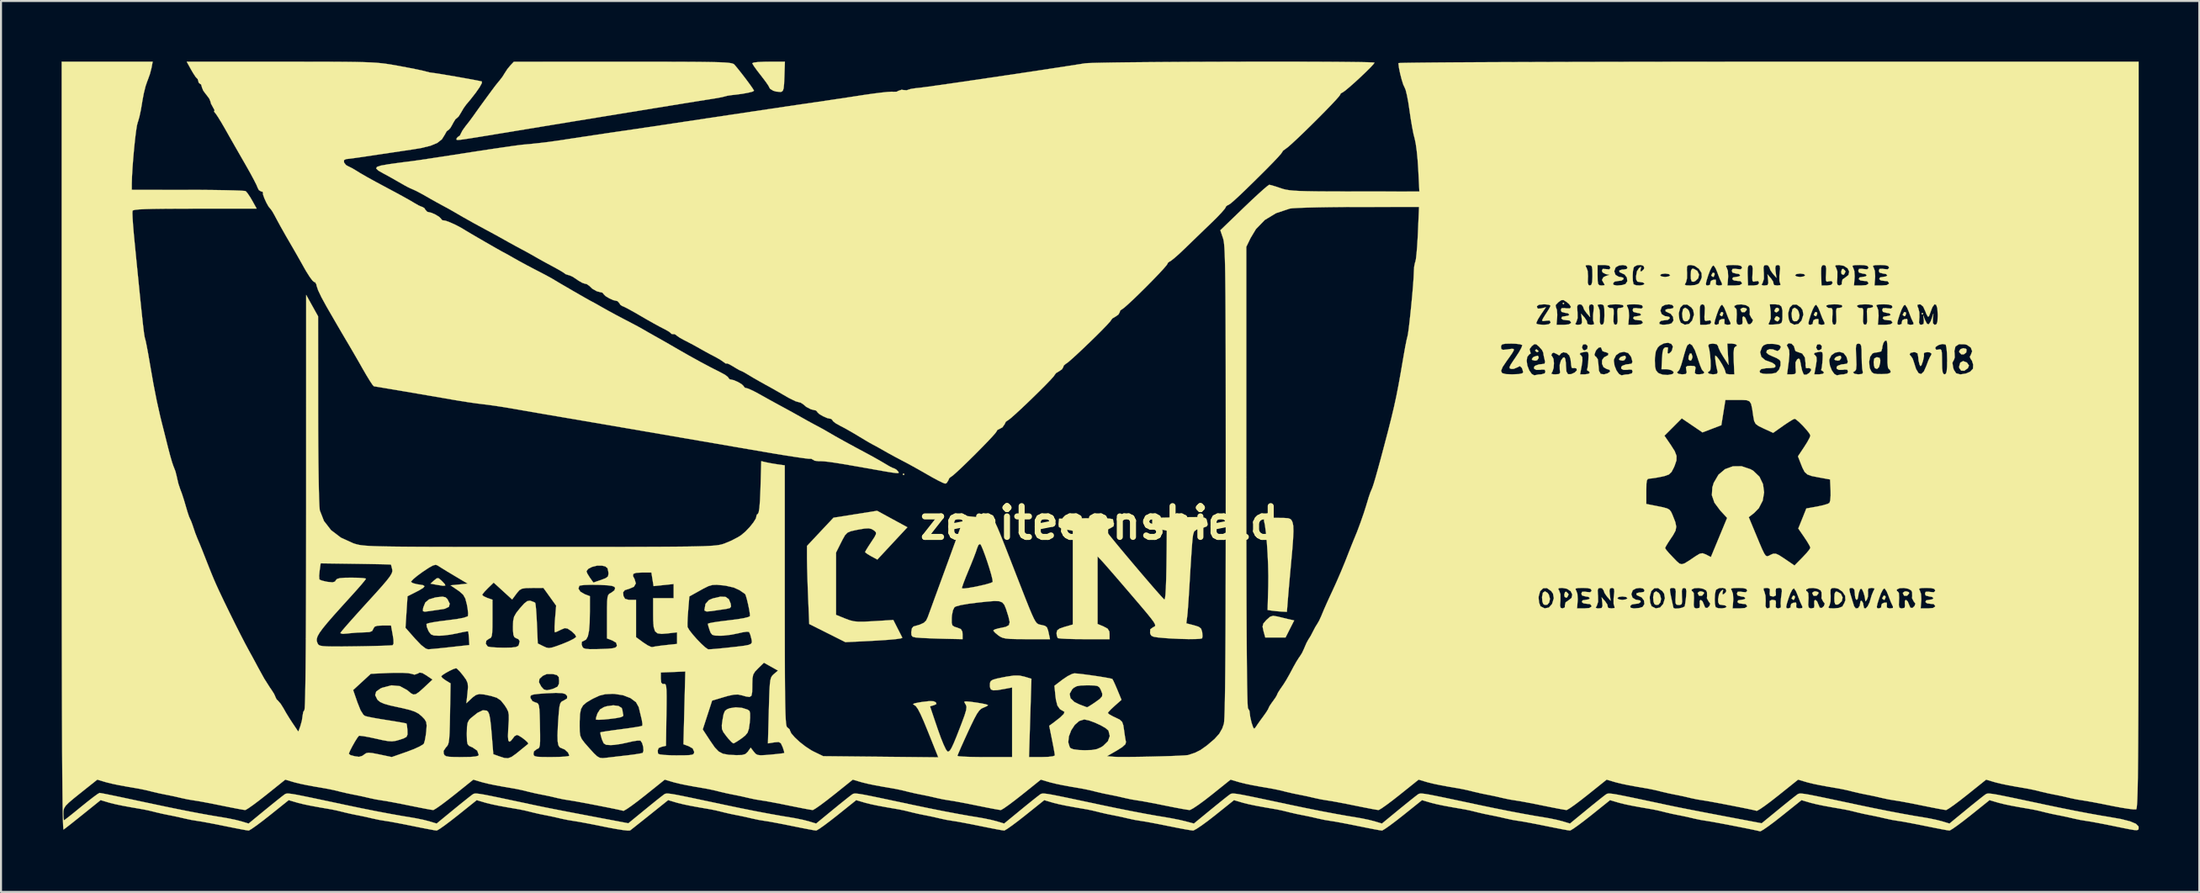
<source format=kicad_pcb>
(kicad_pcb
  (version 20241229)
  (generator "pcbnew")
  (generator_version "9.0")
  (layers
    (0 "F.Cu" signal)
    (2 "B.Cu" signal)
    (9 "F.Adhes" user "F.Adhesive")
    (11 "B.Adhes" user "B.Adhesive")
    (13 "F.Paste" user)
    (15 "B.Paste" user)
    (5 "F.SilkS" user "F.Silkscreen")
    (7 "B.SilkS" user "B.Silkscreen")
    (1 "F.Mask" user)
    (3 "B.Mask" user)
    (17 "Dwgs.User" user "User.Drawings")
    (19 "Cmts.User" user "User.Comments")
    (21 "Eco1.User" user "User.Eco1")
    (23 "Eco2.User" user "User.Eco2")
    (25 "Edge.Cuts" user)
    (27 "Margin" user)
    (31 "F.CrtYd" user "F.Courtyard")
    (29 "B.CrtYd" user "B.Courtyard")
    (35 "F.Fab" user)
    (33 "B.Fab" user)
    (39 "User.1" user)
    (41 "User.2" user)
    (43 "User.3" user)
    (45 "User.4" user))
  (footprint "zenitecanshield"
    (layer "F.Cu")
    (at 51.398 22.867)
    (property "Reference" "zenitecanshield" (at 0 0 0) (layer "F.SilkS") (effects (font (size 1.524 1.524) (thickness 0.3))))
    (attr through_hole)
    (fp_poly (pts (xy -9.652 -2.413) (xy -9.694 -2.371) (xy -9.737 -2.413) (xy -9.694 -2.455) (xy -9.652 -2.413)) (stroke (width 0.01) (type solid)) (fill yes) (layer "F.SilkS"))
    (fp_poly (pts (xy 23.029 -10.88) (xy 22.987 -10.837) (xy 22.945 -10.88) (xy 22.987 -10.922) (xy 23.029 -10.88)) (stroke (width 0.01) (type solid)) (fill yes) (layer "F.SilkS"))
    (fp_poly (pts (xy 40.809 -10.372) (xy 40.767 -10.329) (xy 40.725 -10.372) (xy 40.767 -10.414) (xy 40.809 -10.372)) (stroke (width 0.01) (type solid)) (fill yes) (layer "F.SilkS"))
    (fp_poly (pts (xy 33.67 -10.619) (xy 33.655 -10.517) (xy 33.544 -10.433) (xy 33.458 -10.47) (xy 33.443 -10.534) (xy 33.512 -10.651) (xy 33.577 -10.668) (xy 33.67 -10.619)) (stroke (width 0.01) (type solid)) (fill yes) (layer "F.SilkS"))
    (fp_poly (pts (xy 21.675 -8.594) (xy 21.755 -8.518) (xy 21.759 -8.504) (xy 21.694 -8.468) (xy 21.675 -8.467) (xy 21.593 -8.532) (xy 21.59 -8.556) (xy 21.642 -8.607) (xy 21.675 -8.594)) (stroke (width 0.01) (type solid)) (fill yes) (layer "F.SilkS"))
    (fp_poly (pts (xy 23.233 3.512) (xy 23.241 3.556) (xy 23.174 3.683) (xy 23.135 3.704) (xy 23.05 3.665) (xy 23.029 3.556) (xy 23.068 3.422) (xy 23.135 3.408) (xy 23.233 3.512)) (stroke (width 0.01) (type solid)) (fill yes) (layer "F.SilkS"))
    (fp_poly (pts (xy 29.331 -8.396) (xy 29.377 -8.255) (xy 29.379 -8.208) (xy 29.33 -8.073) (xy 29.264 -8.043) (xy 29.183 -8.111) (xy 29.189 -8.254) (xy 29.253 -8.399) (xy 29.331 -8.396)) (stroke (width 0.01) (type solid)) (fill yes) (layer "F.SilkS"))
    (fp_poly (pts (xy 29.937 3.426) (xy 29.953 3.487) (xy 29.854 3.604) (xy 29.723 3.609) (xy 29.692 3.586) (xy 29.635 3.465) (xy 29.73 3.394) (xy 29.81 3.387) (xy 29.937 3.426)) (stroke (width 0.01) (type solid)) (fill yes) (layer "F.SilkS"))
    (fp_poly (pts (xy 30.468 -12.384) (xy 30.48 -12.324) (xy 30.436 -12.208) (xy 30.395 -12.192) (xy 30.313 -12.253) (xy 30.311 -12.272) (xy 30.372 -12.386) (xy 30.395 -12.404) (xy 30.468 -12.384)) (stroke (width 0.01) (type solid)) (fill yes) (layer "F.SilkS"))
    (fp_poly (pts (xy 30.891 -10.437) (xy 30.903 -10.377) (xy 30.859 -10.261) (xy 30.819 -10.245) (xy 30.736 -10.305) (xy 30.734 -10.324) (xy 30.796 -10.439) (xy 30.819 -10.456) (xy 30.891 -10.437)) (stroke (width 0.01) (type solid)) (fill yes) (layer "F.SilkS"))
    (fp_poly (pts (xy 32.054 -10.629) (xy 32.069 -10.567) (xy 31.971 -10.45) (xy 31.839 -10.446) (xy 31.808 -10.469) (xy 31.752 -10.59) (xy 31.847 -10.66) (xy 31.926 -10.668) (xy 32.054 -10.629)) (stroke (width 0.01) (type solid)) (fill yes) (layer "F.SilkS"))
    (fp_poly (pts (xy 33.683 -10.177) (xy 33.697 -10.118) (xy 33.63 -10.005) (xy 33.57 -9.991) (xy 33.458 -10.058) (xy 33.443 -10.118) (xy 33.511 -10.23) (xy 33.57 -10.245) (xy 33.683 -10.177)) (stroke (width 0.01) (type solid)) (fill yes) (layer "F.SilkS"))
    (fp_poly (pts (xy 34.447 3.618) (xy 34.459 3.678) (xy 34.415 3.794) (xy 34.375 3.81) (xy 34.292 3.749) (xy 34.29 3.73) (xy 34.352 3.616) (xy 34.375 3.598) (xy 34.447 3.618)) (stroke (width 0.01) (type solid)) (fill yes) (layer "F.SilkS"))
    (fp_poly (pts (xy 35.548 -10.437) (xy 35.56 -10.377) (xy 35.516 -10.261) (xy 35.475 -10.245) (xy 35.393 -10.305) (xy 35.391 -10.324) (xy 35.452 -10.439) (xy 35.475 -10.456) (xy 35.548 -10.437)) (stroke (width 0.01) (type solid)) (fill yes) (layer "F.SilkS"))
    (fp_poly (pts (xy 35.61 3.426) (xy 35.625 3.487) (xy 35.527 3.604) (xy 35.395 3.609) (xy 35.364 3.586) (xy 35.308 3.465) (xy 35.403 3.394) (xy 35.482 3.387) (xy 35.61 3.426)) (stroke (width 0.01) (type solid)) (fill yes) (layer "F.SilkS"))
    (fp_poly (pts (xy 36.949 -12.49) (xy 36.957 -12.446) (xy 36.89 -12.319) (xy 36.851 -12.298) (xy 36.766 -12.337) (xy 36.745 -12.446) (xy 36.784 -12.58) (xy 36.851 -12.594) (xy 36.949 -12.49)) (stroke (width 0.01) (type solid)) (fill yes) (layer "F.SilkS"))
    (fp_poly (pts (xy 38.934 3.618) (xy 38.947 3.678) (xy 38.902 3.794) (xy 38.862 3.81) (xy 38.78 3.749) (xy 38.777 3.73) (xy 38.839 3.616) (xy 38.862 3.598) (xy 38.934 3.618)) (stroke (width 0.01) (type solid)) (fill yes) (layer "F.SilkS"))
    (fp_poly (pts (xy 39.95 -10.437) (xy 39.963 -10.377) (xy 39.918 -10.261) (xy 39.878 -10.245) (xy 39.796 -10.305) (xy 39.793 -10.324) (xy 39.855 -10.439) (xy 39.878 -10.456) (xy 39.95 -10.437)) (stroke (width 0.01) (type solid)) (fill yes) (layer "F.SilkS"))
    (fp_poly (pts (xy 40.097 3.426) (xy 40.113 3.487) (xy 40.014 3.604) (xy 39.883 3.609) (xy 39.852 3.586) (xy 39.795 3.465) (xy 39.89 3.394) (xy 39.97 3.387) (xy 40.097 3.426)) (stroke (width 0.01) (type solid)) (fill yes) (layer "F.SilkS"))
    (fp_poly (pts (xy 21.755 -8.248) (xy 21.759 -8.17) (xy 21.689 -8.067) (xy 21.59 -8.043) (xy 21.452 -8.075) (xy 21.421 -8.119) (xy 21.488 -8.211) (xy 21.555 -8.246) (xy 21.705 -8.292) (xy 21.755 -8.248)) (stroke (width 0.01) (type solid)) (fill yes) (layer "F.SilkS"))
    (fp_poly (pts (xy 26.073 -8.248) (xy 26.077 -8.17) (xy 26.007 -8.067) (xy 25.908 -8.043) (xy 25.77 -8.075) (xy 25.739 -8.119) (xy 25.806 -8.211) (xy 25.873 -8.246) (xy 26.023 -8.292) (xy 26.073 -8.248)) (stroke (width 0.01) (type solid)) (fill yes) (layer "F.SilkS"))
    (fp_poly (pts (xy 36.741 -8.248) (xy 36.745 -8.17) (xy 36.675 -8.067) (xy 36.576 -8.043) (xy 36.438 -8.075) (xy 36.407 -8.119) (xy 36.474 -8.211) (xy 36.541 -8.246) (xy 36.691 -8.292) (xy 36.741 -8.248)) (stroke (width 0.01) (type solid)) (fill yes) (layer "F.SilkS"))
    (fp_poly (pts (xy 42.924 -8.635) (xy 42.958 -8.591) (xy 42.94 -8.45) (xy 42.82 -8.358) (xy 42.693 -8.358) (xy 42.595 -8.463) (xy 42.587 -8.506) (xy 42.653 -8.614) (xy 42.793 -8.663) (xy 42.924 -8.635)) (stroke (width 0.01) (type solid)) (fill yes) (layer "F.SilkS"))
    (fp_poly (pts (xy -32.597 2.84) (xy -32.532 2.905) (xy -32.411 3.037) (xy -32.394 3.102) (xy -32.502 3.112) (xy -32.751 3.074) (xy -32.839 3.058) (xy -33.124 3.006) (xy -32.942 2.841) (xy -32.817 2.741) (xy -32.723 2.737) (xy -32.597 2.84)) (stroke (width 0.01) (type solid)) (fill yes) (layer "F.SilkS"))
    (fp_poly (pts (xy 29.618 -12.496) (xy 29.705 -12.314) (xy 29.666 -12.129) (xy 29.525 -11.992) (xy 29.434 -11.953) (xy 29.343 -11.969) (xy 29.302 -12.09) (xy 29.295 -12.277) (xy 29.308 -12.502) (xy 29.359 -12.596) (xy 29.434 -12.6) (xy 29.618 -12.496)) (stroke (width 0.01) (type solid)) (fill yes) (layer "F.SilkS"))
    (fp_poly (pts (xy 36.73 3.506) (xy 36.817 3.688) (xy 36.778 3.873) (xy 36.637 4.01) (xy 36.546 4.049) (xy 36.455 4.033) (xy 36.414 3.912) (xy 36.407 3.725) (xy 36.42 3.5) (xy 36.471 3.406) (xy 36.546 3.402) (xy 36.73 3.506)) (stroke (width 0.01) (type solid)) (fill yes) (layer "F.SilkS"))
    (fp_poly (pts (xy 38.648 -8.184) (xy 38.684 -8.066) (xy 38.677 -7.944) (xy 38.621 -7.728) (xy 38.521 -7.633) (xy 38.412 -7.675) (xy 38.37 -7.795) (xy 38.354 -7.973) (xy 38.383 -8.151) (xy 38.493 -8.211) (xy 38.529 -8.213) (xy 38.648 -8.184)) (stroke (width 0.01) (type solid)) (fill yes) (layer "F.SilkS"))
    (fp_poly (pts (xy 42.959 -7.959) (xy 42.989 -7.932) (xy 43.076 -7.804) (xy 43.026 -7.681) (xy 43.014 -7.667) (xy 42.845 -7.544) (xy 42.689 -7.55) (xy 42.596 -7.676) (xy 42.587 -7.75) (xy 42.645 -7.947) (xy 42.785 -8.024) (xy 42.959 -7.959)) (stroke (width 0.01) (type solid)) (fill yes) (layer "F.SilkS"))
    (fp_poly (pts (xy 22.206 3.464) (xy 22.269 3.559) (xy 22.322 3.759) (xy 22.286 3.937) (xy 22.19 4.051) (xy 22.058 4.059) (xy 21.985 4.008) (xy 21.946 3.891) (xy 21.929 3.686) (xy 21.929 3.669) (xy 21.971 3.456) (xy 22.074 3.384) (xy 22.206 3.464)) (stroke (width 0.01) (type solid)) (fill yes) (layer "F.SilkS"))
    (fp_poly (pts (xy 27.709 3.464) (xy 27.772 3.559) (xy 27.825 3.759) (xy 27.79 3.937) (xy 27.693 4.051) (xy 27.562 4.059) (xy 27.488 4.008) (xy 27.45 3.891) (xy 27.432 3.686) (xy 27.432 3.669) (xy 27.474 3.456) (xy 27.577 3.384) (xy 27.709 3.464)) (stroke (width 0.01) (type solid)) (fill yes) (layer "F.SilkS"))
    (fp_poly (pts (xy 29.148 -10.591) (xy 29.212 -10.495) (xy 29.264 -10.296) (xy 29.229 -10.118) (xy 29.132 -10.004) (xy 29.001 -9.996) (xy 28.928 -10.047) (xy 28.889 -10.163) (xy 28.871 -10.369) (xy 28.871 -10.386) (xy 28.913 -10.599) (xy 29.017 -10.671) (xy 29.148 -10.591)) (stroke (width 0.01) (type solid)) (fill yes) (layer "F.SilkS"))
    (fp_poly (pts (xy 34.567 -10.591) (xy 34.63 -10.495) (xy 34.683 -10.296) (xy 34.648 -10.118) (xy 34.551 -10.004) (xy 34.42 -9.996) (xy 34.346 -10.047) (xy 34.308 -10.163) (xy 34.29 -10.369) (xy 34.29 -10.386) (xy 34.332 -10.599) (xy 34.435 -10.671) (xy 34.567 -10.591)) (stroke (width 0.01) (type solid)) (fill yes) (layer "F.SilkS"))
    (fp_poly (pts (xy 8.825 4.634) (xy 8.856 4.641) (xy 9.138 4.711) (xy 9.393 4.771) (xy 9.42 4.777) (xy 9.653 4.829) (xy 9.439 5.251) (xy 9.226 5.673) (xy 8.221 5.673) (xy 8.133 5.356) (xy 8.088 5.137) (xy 8.123 4.987) (xy 8.262 4.822) (xy 8.286 4.799) (xy 8.459 4.646) (xy 8.61 4.599) (xy 8.825 4.634)) (stroke (width 0.01) (type solid)) (fill yes) (layer "F.SilkS"))
    (fp_poly (pts (xy -18.511 3.662) (xy -18.349 3.777) (xy -18.259 3.993) (xy -18.238 4.139) (xy -18.296 4.215) (xy -18.473 4.258) (xy -18.542 4.268) (xy -18.87 4.316) (xy -19.203 4.365) (xy -19.219 4.368) (xy -19.449 4.386) (xy -19.547 4.345) (xy -19.557 4.304) (xy -19.504 4.008) (xy -19.337 3.821) (xy -19.139 3.737) (xy -18.766 3.651) (xy -18.511 3.662)) (stroke (width 0.01) (type solid)) (fill yes) (layer "F.SilkS"))
    (fp_poly (pts (xy -32.379 3.684) (xy -32.287 3.772) (xy -32.173 3.997) (xy -32.214 4.154) (xy -32.412 4.249) (xy -32.512 4.268) (xy -32.838 4.316) (xy -33.172 4.365) (xy -33.193 4.368) (xy -33.409 4.395) (xy -33.498 4.369) (xy -33.498 4.265) (xy -33.479 4.178) (xy -33.382 3.94) (xy -33.201 3.787) (xy -32.9 3.695) (xy -32.783 3.675) (xy -32.528 3.651) (xy -32.379 3.684)) (stroke (width 0.01) (type solid)) (fill yes) (layer "F.SilkS"))
    (fp_poly (pts (xy -23.814 9.068) (xy -23.655 9.166) (xy -23.622 9.262) (xy -23.592 9.454) (xy -23.575 9.506) (xy -23.587 9.571) (xy -23.695 9.623) (xy -23.927 9.669) (xy -24.216 9.707) (xy -24.537 9.739) (xy -24.785 9.752) (xy -24.92 9.746) (xy -24.932 9.74) (xy -24.923 9.638) (xy -24.86 9.452) (xy -24.852 9.431) (xy -24.73 9.24) (xy -24.532 9.123) (xy -24.383 9.078) (xy -24.07 9.036) (xy -23.814 9.068)) (stroke (width 0.01) (type solid)) (fill yes) (layer "F.SilkS"))
    (fp_poly (pts (xy -15.597 -22.119) (xy -15.612 -21.761) (xy -15.635 -21.54) (xy -15.674 -21.421) (xy -15.737 -21.371) (xy -15.79 -21.361) (xy -16.006 -21.379) (xy -16.15 -21.422) (xy -16.297 -21.509) (xy -16.341 -21.576) (xy -16.39 -21.674) (xy -16.522 -21.866) (xy -16.71 -22.114) (xy -16.764 -22.183) (xy -16.962 -22.439) (xy -17.111 -22.648) (xy -17.184 -22.772) (xy -17.187 -22.786) (xy -17.109 -22.818) (xy -16.898 -22.843) (xy -16.591 -22.857) (xy -16.38 -22.86) (xy -15.572 -22.86) (xy -15.597 -22.119)) (stroke (width 0.01) (type solid)) (fill yes) (layer "F.SilkS"))
    (fp_poly (pts (xy -17.693 9.162) (xy -17.425 9.247) (xy -17.326 9.313) (xy -17.297 9.428) (xy -17.295 9.657) (xy -17.314 9.904) (xy -17.357 10.202) (xy -17.421 10.392) (xy -17.539 10.534) (xy -17.717 10.674) (xy -17.927 10.817) (xy -18.081 10.907) (xy -18.124 10.922) (xy -18.209 10.861) (xy -18.357 10.705) (xy -18.463 10.576) (xy -18.617 10.37) (xy -18.689 10.21) (xy -18.697 10.023) (xy -18.66 9.751) (xy -18.609 9.475) (xy -18.545 9.318) (xy -18.437 9.231) (xy -18.292 9.177) (xy -18.007 9.135) (xy -17.693 9.162)) (stroke (width 0.01) (type solid)) (fill yes) (layer "F.SilkS"))
    (fp_poly (pts (xy 9.141 -0.251) (xy 9.351 -0.236) (xy 9.469 -0.195) (xy 9.534 -0.118) (xy 9.575 -0.021) (xy 9.607 0.139) (xy 9.615 0.404) (xy 9.599 0.793) (xy 9.559 1.323) (xy 9.533 1.608) (xy 9.484 2.143) (xy 9.435 2.681) (xy 9.392 3.173) (xy 9.358 3.568) (xy 9.347 3.704) (xy 9.291 4.403) (xy 9.027 4.39) (xy 8.758 4.369) (xy 8.55 4.344) (xy 8.336 4.311) (xy 8.369 3.119) (xy 8.373 2.621) (xy 8.361 2.071) (xy 8.335 1.506) (xy 8.299 0.965) (xy 8.254 0.485) (xy 8.204 0.105) (xy 8.159 -0.106) (xy 8.155 -0.179) (xy 8.215 -0.224) (xy 8.37 -0.246) (xy 8.651 -0.254) (xy 8.802 -0.254) (xy 9.141 -0.251)) (stroke (width 0.01) (type solid)) (fill yes) (layer "F.SilkS"))
    (fp_poly (pts (xy -10.255 -0.196) (xy -9.504 0.212) (xy -10.249 1.012) (xy -10.993 1.812) (xy -11.296 1.649) (xy -11.486 1.536) (xy -11.592 1.455) (xy -11.599 1.44) (xy -11.556 1.352) (xy -11.441 1.166) (xy -11.296 0.945) (xy -11.135 0.699) (xy -11.061 0.551) (xy -11.064 0.461) (xy -11.132 0.389) (xy -11.148 0.377) (xy -11.276 0.298) (xy -11.421 0.265) (xy -11.629 0.276) (xy -11.943 0.329) (xy -12.05 0.35) (xy -12.308 0.408) (xy -12.472 0.479) (xy -12.592 0.603) (xy -12.716 0.822) (xy -12.784 0.956) (xy -13.039 1.466) (xy -13.039 4.552) (xy -12.581 4.738) (xy -12.363 4.819) (xy -12.165 4.869) (xy -11.941 4.891) (xy -11.646 4.89) (xy -11.234 4.869) (xy -11.163 4.865) (xy -10.202 4.806) (xy -9.993 5.218) (xy -9.871 5.457) (xy -9.783 5.631) (xy -9.755 5.686) (xy -9.824 5.719) (xy -10.058 5.753) (xy -10.456 5.79) (xy -11.014 5.827) (xy -11.73 5.865) (xy -11.855 5.871) (xy -12.576 5.905) (xy -13.471 5.456) (xy -14.366 5.007) (xy -14.422 3.668) (xy -14.442 3.151) (xy -14.458 2.641) (xy -14.471 2.185) (xy -14.477 1.832) (xy -14.478 1.732) (xy -14.478 1.137) (xy -13.822 0.437) (xy -13.166 -0.262) (xy -12.086 -0.433) (xy -11.006 -0.605) (xy -10.255 -0.196)) (stroke (width 0.01) (type solid)) (fill yes) (layer "F.SilkS"))
    (fp_poly (pts (xy -21.573 -22.858) (xy -20.782 -22.856) (xy -20.122 -22.853) (xy -19.582 -22.848) (xy -19.15 -22.841) (xy -18.811 -22.832) (xy -18.555 -22.82) (xy -18.368 -22.805) (xy -18.238 -22.786) (xy -18.153 -22.764) (xy -18.1 -22.738) (xy -18.071 -22.712) (xy -17.908 -22.518) (xy -17.71 -22.269) (xy -17.503 -21.999) (xy -17.316 -21.746) (xy -17.174 -21.544) (xy -17.105 -21.431) (xy -17.103 -21.421) (xy -17.18 -21.376) (xy -17.386 -21.323) (xy -17.678 -21.269) (xy -18.018 -21.224) (xy -18.203 -21.205) (xy -18.421 -21.172) (xy -18.542 -21.14) (xy -18.686 -21.104) (xy -18.943 -21.055) (xy -19.257 -21.004) (xy -19.262 -21.003) (xy -19.508 -20.965) (xy -19.908 -20.901) (xy -20.449 -20.814) (xy -21.119 -20.705) (xy -21.903 -20.578) (xy -22.789 -20.433) (xy -23.765 -20.274) (xy -24.816 -20.102) (xy -25.93 -19.92) (xy -27.094 -19.729) (xy -28.295 -19.531) (xy -28.884 -19.434) (xy -29.667 -19.305) (xy -30.298 -19.201) (xy -30.794 -19.12) (xy -31.172 -19.06) (xy -31.446 -19.018) (xy -31.634 -18.993) (xy -31.751 -18.983) (xy -31.814 -18.985) (xy -31.838 -18.997) (xy -31.84 -19.017) (xy -31.835 -19.044) (xy -31.835 -19.05) (xy -31.774 -19.132) (xy -31.756 -19.135) (xy -31.667 -19.204) (xy -31.629 -19.283) (xy -31.544 -19.449) (xy -31.401 -19.649) (xy -31.391 -19.662) (xy -31.213 -19.888) (xy -31.021 -20.148) (xy -30.988 -20.194) (xy -30.87 -20.362) (xy -30.742 -20.541) (xy -30.581 -20.764) (xy -30.365 -21.06) (xy -30.081 -21.447) (xy -29.906 -21.68) (xy -29.747 -21.878) (xy -29.703 -21.928) (xy -29.548 -22.133) (xy -29.457 -22.282) (xy -29.318 -22.495) (xy -29.176 -22.668) (xy -28.998 -22.857) (xy -23.601 -22.859) (xy -22.508 -22.859) (xy -21.573 -22.858)) (stroke (width 0.01) (type solid)) (fill yes) (layer "F.SilkS"))
    (fp_poly (pts (xy -6.148 -0.299) (xy -5.83 -0.263) (xy -5.55 -0.226) (xy -5.412 -0.204) (xy -5.351 -0.194) (xy -5.3 -0.18) (xy -5.251 -0.147) (xy -5.197 -0.079) (xy -5.131 0.04) (xy -5.045 0.226) (xy -4.932 0.493) (xy -4.786 0.857) (xy -4.598 1.334) (xy -4.361 1.94) (xy -4.111 2.582) (xy -3.846 3.261) (xy -3.635 3.799) (xy -3.469 4.213) (xy -3.34 4.52) (xy -3.239 4.737) (xy -3.159 4.88) (xy -3.09 4.966) (xy -3.024 5.012) (xy -2.954 5.035) (xy -2.877 5.051) (xy -2.693 5.095) (xy -2.595 5.168) (xy -2.537 5.321) (xy -2.501 5.482) (xy -2.442 5.757) (xy -3.595 5.757) (xy -4.066 5.755) (xy -4.4 5.746) (xy -4.631 5.725) (xy -4.791 5.688) (xy -4.913 5.631) (xy -4.999 5.572) (xy -5.163 5.436) (xy -5.247 5.337) (xy -5.249 5.326) (xy -5.175 5.274) (xy -4.99 5.222) (xy -4.93 5.21) (xy -4.633 5.148) (xy -4.477 5.063) (xy -4.438 4.914) (xy -4.493 4.662) (xy -4.53 4.54) (xy -4.621 4.254) (xy -4.703 4.057) (xy -4.807 3.935) (xy -4.963 3.876) (xy -5.201 3.867) (xy -5.553 3.895) (xy -5.961 3.938) (xy -6.478 4.002) (xy -6.864 4.069) (xy -7.105 4.136) (xy -7.174 4.175) (xy -7.249 4.327) (xy -7.299 4.575) (xy -7.309 4.701) (xy -7.31 4.948) (xy -7.273 5.079) (xy -7.167 5.146) (xy -7.048 5.181) (xy -6.856 5.257) (xy -6.782 5.383) (xy -6.773 5.506) (xy -6.773 5.757) (xy -7.556 5.741) (xy -7.977 5.73) (xy -8.4 5.715) (xy -8.751 5.699) (xy -8.826 5.695) (xy -9.1 5.673) (xy -9.245 5.637) (xy -9.303 5.562) (xy -9.313 5.425) (xy -9.313 5.412) (xy -9.282 5.224) (xy -9.207 5.131) (xy -8.888 5.037) (xy -8.691 4.947) (xy -8.575 4.832) (xy -8.495 4.663) (xy -8.493 4.656) (xy -8.429 4.482) (xy -8.319 4.181) (xy -8.175 3.784) (xy -8.006 3.323) (xy -7.976 3.241) (xy -6.806 3.241) (xy -6.705 3.248) (xy -6.488 3.221) (xy -6.201 3.171) (xy -5.891 3.106) (xy -5.603 3.037) (xy -5.384 2.973) (xy -5.282 2.925) (xy -5.279 2.921) (xy -5.291 2.8) (xy -5.348 2.566) (xy -5.438 2.259) (xy -5.547 1.919) (xy -5.662 1.587) (xy -5.769 1.303) (xy -5.855 1.106) (xy -5.904 1.038) (xy -5.984 1.088) (xy -6.05 1.243) (xy -6.107 1.417) (xy -6.214 1.702) (xy -6.355 2.056) (xy -6.474 2.343) (xy -6.617 2.693) (xy -6.728 2.981) (xy -6.794 3.175) (xy -6.806 3.241) (xy -7.976 3.241) (xy -7.844 2.879) (xy -7.643 2.33) (xy -7.436 1.763) (xy -7.24 1.224) (xy -7.072 0.764) (xy -6.984 0.522) (xy -6.665 -0.353) (xy -6.148 -0.299)) (stroke (width 0.01) (type solid)) (fill yes) (layer "F.SilkS"))
    (fp_poly (pts (xy 5.073 -0.283) (xy 5.205 -0.262) (xy 5.277 -0.226) (xy 5.312 -0.173) (xy 5.333 -0.1) (xy 5.342 -0.063) (xy 5.368 0.084) (xy 5.319 0.169) (xy 5.157 0.231) (xy 5.037 0.263) (xy 4.813 0.329) (xy 4.698 0.417) (xy 4.646 0.583) (xy 4.623 0.749) (xy 4.603 0.961) (xy 4.577 1.307) (xy 4.547 1.75) (xy 4.515 2.254) (xy 4.488 2.709) (xy 4.457 3.234) (xy 4.426 3.723) (xy 4.397 4.144) (xy 4.372 4.46) (xy 4.355 4.625) (xy 4.311 4.973) (xy 4.686 5.068) (xy 4.924 5.143) (xy 5.043 5.238) (xy 5.094 5.396) (xy 5.098 5.418) (xy 5.112 5.611) (xy 5.094 5.715) (xy 4.984 5.74) (xy 4.74 5.753) (xy 4.395 5.754) (xy 3.985 5.744) (xy 3.542 5.723) (xy 3.246 5.703) (xy 2.904 5.672) (xy 2.695 5.639) (xy 2.583 5.589) (xy 2.532 5.51) (xy 2.516 5.443) (xy 2.525 5.268) (xy 2.666 5.165) (xy 2.682 5.159) (xy 2.743 5.129) (xy 2.771 5.086) (xy 2.756 5.012) (xy 2.686 4.891) (xy 2.55 4.708) (xy 2.338 4.447) (xy 2.038 4.091) (xy 1.64 3.624) (xy 1.6 3.578) (xy 1.223 3.138) (xy 0.872 2.73) (xy 0.565 2.376) (xy 0.322 2.097) (xy 0.16 1.915) (xy 0.114 1.865) (xy -0.085 1.655) (xy -0.085 5.004) (xy 0.212 5.128) (xy 0.414 5.238) (xy 0.497 5.375) (xy 0.508 5.504) (xy 0.508 5.757) (xy -0.748 5.757) (xy -1.193 5.754) (xy -1.576 5.744) (xy -1.867 5.729) (xy -2.034 5.71) (xy -2.06 5.701) (xy -2.105 5.579) (xy -2.117 5.452) (xy -2.086 5.324) (xy -1.967 5.232) (xy -1.722 5.148) (xy -1.714 5.146) (xy -1.312 5.032) (xy -1.312 0.386) (xy -1.677 0.314) (xy -1.904 0.259) (xy -2.004 0.187) (xy -2.021 0.063) (xy -2.016 0.015) (xy -1.99 -0.212) (xy -0.656 -0.235) (xy -0.153 -0.239) (xy 0.248 -0.232) (xy 0.528 -0.216) (xy 0.666 -0.19) (xy 0.677 -0.178) (xy 0.705 -0.034) (xy 0.728 0.034) (xy 0.706 0.163) (xy 0.559 0.251) (xy 0.399 0.328) (xy 0.339 0.385) (xy 0.391 0.464) (xy 0.537 0.65) (xy 0.758 0.921) (xy 1.036 1.258) (xy 1.355 1.639) (xy 1.696 2.044) (xy 2.041 2.451) (xy 2.373 2.839) (xy 2.674 3.188) (xy 2.926 3.476) (xy 3.112 3.683) (xy 3.214 3.788) (xy 3.225 3.796) (xy 3.253 3.742) (xy 3.277 3.553) (xy 3.297 3.224) (xy 3.314 2.748) (xy 3.327 2.118) (xy 3.337 1.329) (xy 3.341 0.826) (xy 3.344 0.381) (xy 2.985 0.301) (xy 2.757 0.238) (xy 2.653 0.155) (xy 2.625 0.013) (xy 2.625 -0.016) (xy 2.625 -0.254) (xy 3.514 -0.272) (xy 4.102 -0.284) (xy 4.544 -0.291) (xy 4.86 -0.292) (xy 5.073 -0.283)) (stroke (width 0.01) (type solid)) (fill yes) (layer "F.SilkS"))
    (fp_poly (pts (xy -39.511 -22.86) (xy -38.655 -22.859) (xy -37.935 -22.857) (xy -37.335 -22.853) (xy -36.838 -22.847) (xy -36.428 -22.837) (xy -36.088 -22.824) (xy -35.803 -22.807) (xy -35.554 -22.784) (xy -35.327 -22.756) (xy -35.104 -22.722) (xy -34.869 -22.682) (xy -34.663 -22.644) (xy -34.228 -22.562) (xy -33.847 -22.487) (xy -33.553 -22.425) (xy -33.382 -22.384) (xy -33.359 -22.376) (xy -33.175 -22.329) (xy -33.02 -22.307) (xy -32.869 -22.287) (xy -32.602 -22.245) (xy -32.257 -22.187) (xy -31.869 -22.121) (xy -31.477 -22.051) (xy -31.115 -21.986) (xy -30.821 -21.93) (xy -30.631 -21.891) (xy -30.579 -21.877) (xy -30.587 -21.788) (xy -30.694 -21.595) (xy -30.883 -21.323) (xy -31.139 -20.994) (xy -31.363 -20.727) (xy -31.49 -20.549) (xy -31.621 -20.325) (xy -31.728 -20.151) (xy -31.814 -20.067) (xy -31.821 -20.066) (xy -31.897 -19.997) (xy -32.001 -19.826) (xy -32.029 -19.77) (xy -32.137 -19.58) (xy -32.23 -19.479) (xy -32.246 -19.473) (xy -32.329 -19.404) (xy -32.419 -19.241) (xy -32.561 -19.014) (xy -32.789 -18.835) (xy -33.126 -18.694) (xy -33.593 -18.58) (xy -33.997 -18.513) (xy -34.464 -18.444) (xy -35.024 -18.36) (xy -35.602 -18.274) (xy -36.057 -18.205) (xy -36.483 -18.142) (xy -36.854 -18.089) (xy -37.135 -18.052) (xy -37.291 -18.035) (xy -37.306 -18.034) (xy -37.41 -17.983) (xy -37.408 -17.866) (xy -37.313 -17.742) (xy -37.232 -17.693) (xy -37.004 -17.58) (xy -36.876 -17.505) (xy -36.597 -17.333) (xy -36.262 -17.14) (xy -35.842 -16.908) (xy -35.306 -16.621) (xy -35.179 -16.553) (xy -34.786 -16.343) (xy -34.417 -16.141) (xy -34.115 -15.971) (xy -33.932 -15.862) (xy -33.719 -15.74) (xy -33.56 -15.67) (xy -33.527 -15.663) (xy -33.422 -15.596) (xy -33.389 -15.536) (xy -33.29 -15.424) (xy -33.236 -15.409) (xy -33.076 -15.371) (xy -32.875 -15.281) (xy -32.696 -15.171) (xy -32.6 -15.076) (xy -32.597 -15.061) (xy -32.532 -14.997) (xy -32.491 -14.999) (xy -32.361 -14.974) (xy -32.136 -14.889) (xy -31.868 -14.767) (xy -31.611 -14.631) (xy -31.496 -14.562) (xy -31.358 -14.477) (xy -31.115 -14.333) (xy -30.805 -14.152) (xy -30.464 -13.954) (xy -30.13 -13.762) (xy -29.84 -13.596) (xy -29.631 -13.478) (xy -29.549 -13.434) (xy -29.408 -13.359) (xy -29.179 -13.231) (xy -28.998 -13.127) (xy -28.718 -12.97) (xy -28.355 -12.773) (xy -27.978 -12.575) (xy -27.898 -12.534) (xy -27.58 -12.369) (xy -27.31 -12.225) (xy -27.13 -12.127) (xy -27.093 -12.105) (xy -26.948 -12.017) (xy -26.701 -11.871) (xy -26.389 -11.689) (xy -26.049 -11.491) (xy -25.717 -11.3) (xy -25.43 -11.136) (xy -25.224 -11.021) (xy -25.146 -10.979) (xy -25.005 -10.904) (xy -24.777 -10.776) (xy -24.596 -10.672) (xy -24.315 -10.514) (xy -23.952 -10.318) (xy -23.576 -10.119) (xy -23.495 -10.077) (xy -23.156 -9.9) (xy -22.844 -9.734) (xy -22.614 -9.606) (xy -22.564 -9.577) (xy -22.341 -9.448) (xy -22.052 -9.284) (xy -21.886 -9.191) (xy -21.596 -9.028) (xy -21.236 -8.821) (xy -20.883 -8.616) (xy -20.87 -8.609) (xy -20.342 -8.307) (xy -19.782 -7.997) (xy -19.245 -7.711) (xy -18.789 -7.479) (xy -18.733 -7.451) (xy -18.52 -7.333) (xy -18.391 -7.23) (xy -18.373 -7.195) (xy -18.305 -7.119) (xy -18.259 -7.112) (xy -18.097 -7.075) (xy -17.894 -6.986) (xy -17.713 -6.878) (xy -17.615 -6.783) (xy -17.611 -6.767) (xy -17.543 -6.696) (xy -17.492 -6.689) (xy -17.363 -6.649) (xy -17.136 -6.545) (xy -16.858 -6.397) (xy -16.836 -6.384) (xy -16.46 -6.174) (xy -16.041 -5.943) (xy -15.748 -5.784) (xy -15.397 -5.593) (xy -15.033 -5.392) (xy -14.774 -5.247) (xy -14.464 -5.072) (xy -14.149 -4.9) (xy -14.012 -4.828) (xy -13.734 -4.678) (xy -13.47 -4.528) (xy -13.42 -4.499) (xy -13.079 -4.301) (xy -12.615 -4.042) (xy -12.055 -3.737) (xy -11.569 -3.477) (xy -11.219 -3.287) (xy -10.885 -3.099) (xy -10.624 -2.946) (xy -10.576 -2.916) (xy -10.363 -2.792) (xy -10.207 -2.718) (xy -10.172 -2.709) (xy -10.06 -2.651) (xy -9.991 -2.582) (xy -9.947 -2.528) (xy -9.932 -2.491) (xy -9.967 -2.472) (xy -10.071 -2.475) (xy -10.264 -2.5) (xy -10.567 -2.549) (xy -10.998 -2.625) (xy -11.515 -2.717) (xy -12.181 -2.834) (xy -12.704 -2.924) (xy -13.105 -2.988) (xy -13.408 -3.031) (xy -13.634 -3.055) (xy -13.808 -3.064) (xy -13.904 -3.063) (xy -14.091 -3.085) (xy -14.185 -3.138) (xy -14.277 -3.188) (xy -14.301 -3.18) (xy -14.398 -3.183) (xy -14.64 -3.212) (xy -15.003 -3.264) (xy -15.464 -3.335) (xy -16 -3.422) (xy -16.517 -3.51) (xy -17.256 -3.637) (xy -18.083 -3.779) (xy -18.937 -3.927) (xy -19.76 -4.068) (xy -20.491 -4.194) (xy -20.659 -4.223) (xy -21.76 -4.413) (xy -22.72 -4.578) (xy -23.564 -4.723) (xy -24.317 -4.853) (xy -25.005 -4.97) (xy -25.653 -5.081) (xy -26.285 -5.189) (xy -26.67 -5.255) (xy -27.239 -5.352) (xy -27.832 -5.454) (xy -28.397 -5.552) (xy -28.877 -5.636) (xy -29.083 -5.672) (xy -29.525 -5.746) (xy -29.966 -5.813) (xy -30.343 -5.865) (xy -30.522 -5.886) (xy -30.825 -5.923) (xy -31.232 -5.981) (xy -31.681 -6.052) (xy -31.962 -6.099) (xy -32.571 -6.205) (xy -33.191 -6.311) (xy -33.8 -6.416) (xy -34.374 -6.514) (xy -34.891 -6.602) (xy -35.328 -6.675) (xy -35.661 -6.731) (xy -35.868 -6.765) (xy -35.928 -6.773) (xy -35.994 -6.843) (xy -36.124 -7.036) (xy -36.299 -7.323) (xy -36.495 -7.662) (xy -36.623 -7.888) (xy -36.795 -8.187) (xy -36.981 -8.508) (xy -37.151 -8.799) (xy -37.275 -9.009) (xy -37.297 -9.045) (xy -37.391 -9.204) (xy -37.547 -9.47) (xy -37.741 -9.802) (xy -37.948 -10.16) (xy -38.147 -10.504) (xy -38.283 -10.74) (xy -38.526 -11.185) (xy -38.692 -11.534) (xy -38.771 -11.769) (xy -38.777 -11.821) (xy -38.839 -11.928) (xy -38.883 -11.939) (xy -38.968 -12.009) (xy -39.108 -12.196) (xy -39.279 -12.466) (xy -39.37 -12.624) (xy -39.573 -12.986) (xy -39.777 -13.345) (xy -39.945 -13.638) (xy -39.983 -13.703) (xy -40.291 -14.233) (xy -40.571 -14.73) (xy -40.796 -15.145) (xy -40.84 -15.23) (xy -40.955 -15.434) (xy -41.046 -15.563) (xy -41.062 -15.579) (xy -41.149 -15.685) (xy -41.255 -15.875) (xy -41.354 -16.091) (xy -41.42 -16.276) (xy -41.427 -16.372) (xy -41.427 -16.373) (xy -41.446 -16.418) (xy -41.506 -16.425) (xy -41.627 -16.497) (xy -41.688 -16.616) (xy -41.747 -16.759) (xy -41.876 -17.013) (xy -42.054 -17.345) (xy -42.266 -17.72) (xy -42.3 -17.78) (xy -42.562 -18.236) (xy -42.844 -18.728) (xy -43.108 -19.191) (xy -43.291 -19.516) (xy -43.479 -19.84) (xy -43.644 -20.109) (xy -43.764 -20.288) (xy -43.81 -20.34) (xy -43.852 -20.397) (xy -43.831 -20.403) (xy -43.823 -20.462) (xy -43.895 -20.593) (xy -43.994 -20.774) (xy -44.027 -20.893) (xy -44.08 -21.025) (xy -44.212 -21.204) (xy -44.238 -21.233) (xy -44.38 -21.424) (xy -44.449 -21.593) (xy -44.45 -21.61) (xy -44.49 -21.736) (xy -44.535 -21.759) (xy -44.611 -21.827) (xy -44.619 -21.879) (xy -44.66 -22.006) (xy -44.687 -22.027) (xy -44.763 -22.112) (xy -44.885 -22.299) (xy -44.978 -22.458) (xy -45.2 -22.86) (xy -40.52 -22.86) (xy -39.511 -22.86)) (stroke (width 0.01) (type solid)) (fill yes) (layer "F.SilkS"))
    (fp_poly (pts (xy 9.395 -22.861) (xy 10.249 -22.86) (xy 11.039 -22.857) (xy 11.753 -22.853) (xy 12.373 -22.847) (xy 12.886 -22.841) (xy 13.277 -22.833) (xy 13.53 -22.824) (xy 13.63 -22.813) (xy 13.631 -22.812) (xy 13.572 -22.727) (xy 13.415 -22.558) (xy 13.188 -22.334) (xy 12.923 -22.082) (xy 12.648 -21.829) (xy 12.393 -21.604) (xy 12.188 -21.433) (xy 12.063 -21.343) (xy 12.044 -21.337) (xy 11.946 -21.273) (xy 11.938 -21.236) (xy 11.88 -21.149) (xy 11.721 -20.967) (xy 11.481 -20.711) (xy 11.182 -20.402) (xy 10.845 -20.062) (xy 10.492 -19.711) (xy 10.144 -19.37) (xy 9.822 -19.062) (xy 9.548 -18.807) (xy 9.342 -18.626) (xy 9.231 -18.543) (xy 9.096 -18.444) (xy 9.059 -18.38) (xy 9.002 -18.298) (xy 8.846 -18.121) (xy 8.612 -17.873) (xy 8.322 -17.577) (xy 8.219 -17.473) (xy 7.682 -16.941) (xy 7.252 -16.521) (xy 6.919 -16.203) (xy 6.673 -15.977) (xy 6.502 -15.832) (xy 6.395 -15.761) (xy 6.356 -15.748) (xy 6.27 -15.682) (xy 6.265 -15.653) (xy 6.207 -15.56) (xy 6.05 -15.378) (xy 5.819 -15.135) (xy 5.567 -14.887) (xy 5.194 -14.528) (xy 4.778 -14.126) (xy 4.385 -13.746) (xy 4.219 -13.585) (xy 3.945 -13.326) (xy 3.709 -13.119) (xy 3.542 -12.988) (xy 3.478 -12.954) (xy 3.391 -12.888) (xy 3.387 -12.859) (xy 3.329 -12.769) (xy 3.171 -12.586) (xy 2.937 -12.333) (xy 2.65 -12.035) (xy 2.333 -11.714) (xy 2.01 -11.394) (xy 1.704 -11.097) (xy 1.438 -10.849) (xy 1.236 -10.671) (xy 1.121 -10.587) (xy 1.109 -10.583) (xy 1.027 -10.515) (xy 1.016 -10.455) (xy 0.946 -10.328) (xy 0.804 -10.229) (xy 0.649 -10.137) (xy 0.593 -10.065) (xy 0.534 -9.981) (xy 0.375 -9.806) (xy 0.139 -9.562) (xy -0.15 -9.273) (xy -0.468 -8.963) (xy -0.791 -8.653) (xy -1.095 -8.368) (xy -1.356 -8.13) (xy -1.55 -7.963) (xy -1.654 -7.89) (xy -1.658 -7.889) (xy -1.766 -7.794) (xy -1.778 -7.739) (xy -1.847 -7.617) (xy -1.99 -7.52) (xy -2.145 -7.425) (xy -2.201 -7.35) (xy -2.26 -7.265) (xy -2.419 -7.088) (xy -2.656 -6.842) (xy -2.948 -6.549) (xy -3.27 -6.233) (xy -3.599 -5.915) (xy -3.913 -5.619) (xy -4.187 -5.368) (xy -4.397 -5.184) (xy -4.522 -5.089) (xy -4.541 -5.081) (xy -4.636 -5.009) (xy -4.683 -4.904) (xy -4.796 -4.741) (xy -4.904 -4.683) (xy -5.045 -4.611) (xy -5.08 -4.551) (xy -5.138 -4.465) (xy -5.295 -4.286) (xy -5.528 -4.037) (xy -5.815 -3.741) (xy -6.131 -3.422) (xy -6.453 -3.103) (xy -6.758 -2.807) (xy -7.023 -2.558) (xy -7.224 -2.378) (xy -7.338 -2.291) (xy -7.351 -2.286) (xy -7.434 -2.215) (xy -7.475 -2.117) (xy -7.559 -1.981) (xy -7.633 -1.951) (xy -7.751 -1.993) (xy -7.977 -2.103) (xy -8.276 -2.264) (xy -8.509 -2.397) (xy -8.892 -2.616) (xy -9.279 -2.832) (xy -9.612 -3.012) (xy -9.737 -3.077) (xy -10.083 -3.259) (xy -10.449 -3.46) (xy -10.626 -3.56) (xy -10.891 -3.71) (xy -11.119 -3.836) (xy -11.218 -3.888) (xy -11.372 -3.973) (xy -11.618 -4.117) (xy -11.908 -4.292) (xy -11.938 -4.31) (xy -12.267 -4.506) (xy -12.595 -4.692) (xy -12.848 -4.824) (xy -13.06 -4.943) (xy -13.189 -5.047) (xy -13.208 -5.082) (xy -13.276 -5.157) (xy -13.322 -5.165) (xy -13.484 -5.202) (xy -13.686 -5.291) (xy -13.868 -5.399) (xy -13.966 -5.493) (xy -13.97 -5.51) (xy -14.039 -5.579) (xy -14.098 -5.588) (xy -14.292 -5.638) (xy -14.514 -5.754) (xy -14.665 -5.884) (xy -14.798 -5.967) (xy -14.834 -5.973) (xy -15.041 -6.032) (xy -15.367 -6.191) (xy -15.663 -6.361) (xy -15.892 -6.494) (xy -16.2 -6.669) (xy -16.51 -6.84) (xy -16.836 -7.022) (xy -17.152 -7.203) (xy -17.376 -7.338) (xy -17.578 -7.458) (xy -17.714 -7.528) (xy -17.738 -7.535) (xy -17.83 -7.577) (xy -18.013 -7.682) (xy -18.12 -7.748) (xy -18.316 -7.861) (xy -18.438 -7.911) (xy -18.457 -7.904) (xy -18.51 -7.906) (xy -18.605 -7.974) (xy -18.781 -8.096) (xy -19.016 -8.229) (xy -19.05 -8.246) (xy -19.298 -8.375) (xy -19.603 -8.542) (xy -19.77 -8.637) (xy -20.084 -8.812) (xy -20.407 -8.984) (xy -20.548 -9.054) (xy -20.771 -9.176) (xy -20.925 -9.282) (xy -20.956 -9.314) (xy -21.054 -9.366) (xy -21.082 -9.356) (xy -21.186 -9.369) (xy -21.207 -9.394) (xy -21.311 -9.481) (xy -21.508 -9.594) (xy -21.572 -9.626) (xy -21.775 -9.73) (xy -22.078 -9.896) (xy -22.436 -10.098) (xy -22.719 -10.263) (xy -23.057 -10.458) (xy -23.344 -10.616) (xy -23.547 -10.72) (xy -23.632 -10.753) (xy -23.728 -10.82) (xy -23.761 -10.88) (xy -23.86 -10.992) (xy -23.914 -11.007) (xy -24.072 -11.044) (xy -24.272 -11.134) (xy -24.452 -11.242) (xy -24.549 -11.336) (xy -24.553 -11.352) (xy -24.622 -11.421) (xy -24.681 -11.43) (xy -24.889 -11.484) (xy -25.114 -11.611) (xy -25.256 -11.748) (xy -25.393 -11.842) (xy -25.46 -11.853) (xy -25.61 -11.902) (xy -25.816 -12.023) (xy -25.873 -12.065) (xy -26.076 -12.199) (xy -26.237 -12.272) (xy -26.266 -12.277) (xy -26.43 -12.33) (xy -26.463 -12.355) (xy -26.573 -12.431) (xy -26.79 -12.559) (xy -27.067 -12.711) (xy -27.093 -12.725) (xy -27.416 -12.899) (xy -27.724 -13.069) (xy -27.94 -13.192) (xy -28.203 -13.342) (xy -28.512 -13.511) (xy -28.617 -13.567) (xy -28.924 -13.732) (xy -29.269 -13.922) (xy -29.422 -14.008) (xy -29.726 -14.178) (xy -30.093 -14.379) (xy -30.395 -14.541) (xy -30.939 -14.836) (xy -31.52 -15.162) (xy -32.044 -15.466) (xy -32.046 -15.467) (xy -32.227 -15.57) (xy -32.474 -15.704) (xy -32.554 -15.747) (xy -32.831 -15.898) (xy -33.155 -16.08) (xy -33.316 -16.173) (xy -33.591 -16.327) (xy -33.839 -16.457) (xy -33.951 -16.51) (xy -34.119 -16.582) (xy -34.257 -16.649) (xy -34.419 -16.737) (xy -34.658 -16.874) (xy -34.756 -16.93) (xy -35.047 -17.096) (xy -35.325 -17.25) (xy -35.45 -17.317) (xy -35.705 -17.461) (xy -35.816 -17.567) (xy -35.778 -17.646) (xy -35.584 -17.711) (xy -35.228 -17.774) (xy -35.202 -17.778) (xy -34.825 -17.831) (xy -34.467 -17.879) (xy -34.196 -17.913) (xy -34.163 -17.916) (xy -33.993 -17.939) (xy -33.68 -17.983) (xy -33.25 -18.047) (xy -32.727 -18.127) (xy -32.137 -18.217) (xy -31.504 -18.315) (xy -31.411 -18.33) (xy -30.766 -18.43) (xy -30.153 -18.523) (xy -29.598 -18.605) (xy -29.127 -18.673) (xy -28.768 -18.722) (xy -28.547 -18.748) (xy -28.533 -18.75) (xy -28.069 -18.793) (xy -27.677 -18.835) (xy -27.302 -18.88) (xy -26.89 -18.938) (xy -26.387 -19.013) (xy -26.162 -19.048) (xy -25.595 -19.134) (xy -24.949 -19.231) (xy -24.313 -19.326) (xy -23.876 -19.39) (xy -23.469 -19.449) (xy -22.933 -19.528) (xy -22.307 -19.621) (xy -21.628 -19.722) (xy -20.936 -19.826) (xy -20.447 -19.9) (xy -19.303 -20.072) (xy -18.202 -20.237) (xy -17.165 -20.392) (xy -16.21 -20.535) (xy -15.359 -20.661) (xy -14.631 -20.768) (xy -14.045 -20.853) (xy -13.928 -20.87) (xy -13.534 -20.928) (xy -13.029 -21.004) (xy -12.467 -21.088) (xy -11.906 -21.174) (xy -11.708 -21.205) (xy -11.237 -21.273) (xy -10.82 -21.326) (xy -10.487 -21.361) (xy -10.269 -21.373) (xy -10.204 -21.367) (xy -10.031 -21.372) (xy -9.958 -21.413) (xy -9.79 -21.47) (xy -9.709 -21.457) (xy -9.539 -21.444) (xy -9.478 -21.466) (xy -9.339 -21.509) (xy -9.103 -21.546) (xy -8.99 -21.557) (xy -8.824 -21.576) (xy -8.51 -21.618) (xy -8.069 -21.679) (xy -7.52 -21.757) (xy -6.882 -21.849) (xy -6.176 -21.953) (xy -5.422 -22.064) (xy -4.639 -22.18) (xy -3.847 -22.298) (xy -3.066 -22.416) (xy -2.315 -22.53) (xy -1.616 -22.637) (xy -0.986 -22.735) (xy -0.713 -22.778) (xy -0.56 -22.79) (xy -0.26 -22.8) (xy 0.173 -22.81) (xy 0.724 -22.82) (xy 1.377 -22.828) (xy 2.118 -22.835) (xy 2.931 -22.842) (xy 3.802 -22.848) (xy 4.715 -22.853) (xy 5.656 -22.856) (xy 6.61 -22.859) (xy 7.561 -22.861) (xy 8.494 -22.862) (xy 9.395 -22.861)) (stroke (width 0.01) (type solid)) (fill yes) (layer "F.SilkS"))
    (fp_poly (pts (xy -46.946 -22.543) (xy -47.022 -22.25) (xy -47.134 -21.938) (xy -47.156 -21.886) (xy -47.24 -21.639) (xy -47.326 -21.291) (xy -47.398 -20.908) (xy -47.41 -20.828) (xy -47.472 -20.462) (xy -47.543 -20.131) (xy -47.611 -19.894) (xy -47.626 -19.854) (xy -47.666 -19.696) (xy -47.711 -19.405) (xy -47.759 -19.014) (xy -47.806 -18.559) (xy -47.849 -18.076) (xy -47.885 -17.599) (xy -47.91 -17.164) (xy -47.921 -16.805) (xy -47.921 -16.757) (xy -47.921 -16.51) (xy -45.148 -16.509) (xy -44.477 -16.507) (xy -43.859 -16.501) (xy -43.314 -16.493) (xy -42.863 -16.482) (xy -42.527 -16.469) (xy -42.326 -16.455) (xy -42.279 -16.445) (xy -42.186 -16.34) (xy -42.051 -16.138) (xy -41.959 -15.981) (xy -41.735 -15.579) (xy -44.789 -15.579) (xy -45.626 -15.577) (xy -46.308 -15.573) (xy -46.848 -15.566) (xy -47.259 -15.555) (xy -47.554 -15.54) (xy -47.748 -15.52) (xy -47.854 -15.495) (xy -47.883 -15.472) (xy -47.89 -15.353) (xy -47.88 -15.099) (xy -47.856 -14.742) (xy -47.82 -14.317) (xy -47.803 -14.138) (xy -47.699 -13.074) (xy -47.608 -12.167) (xy -47.532 -11.405) (xy -47.468 -10.777) (xy -47.414 -10.27) (xy -47.371 -9.873) (xy -47.336 -9.575) (xy -47.308 -9.364) (xy -47.286 -9.227) (xy -47.269 -9.154) (xy -47.266 -9.144) (xy -47.232 -9.017) (xy -47.179 -8.757) (xy -47.112 -8.401) (xy -47.039 -7.981) (xy -47.021 -7.874) (xy -46.85 -6.897) (xy -46.684 -6.049) (xy -46.514 -5.29) (xy -46.431 -4.953) (xy -46.348 -4.627) (xy -46.244 -4.213) (xy -46.138 -3.788) (xy -46.111 -3.683) (xy -46.017 -3.326) (xy -45.927 -3.017) (xy -45.854 -2.803) (xy -45.832 -2.752) (xy -45.758 -2.557) (xy -45.692 -2.296) (xy -45.682 -2.244) (xy -45.613 -1.95) (xy -45.523 -1.678) (xy -45.512 -1.651) (xy -45.431 -1.434) (xy -45.332 -1.126) (xy -45.25 -0.847) (xy -45.164 -0.554) (xy -45.088 -0.325) (xy -45.039 -0.212) (xy -44.978 -0.082) (xy -44.898 0.138) (xy -44.874 0.212) (xy -44.776 0.501) (xy -44.67 0.771) (xy -44.656 0.804) (xy -44.559 1.032) (xy -44.437 1.332) (xy -44.37 1.503) (xy -44.165 2.024) (xy -44.006 2.424) (xy -43.875 2.742) (xy -43.757 3.015) (xy -43.636 3.281) (xy -43.587 3.387) (xy -43.346 3.894) (xy -43.077 4.447) (xy -42.801 5.005) (xy -42.537 5.528) (xy -42.305 5.976) (xy -42.127 6.308) (xy -41.949 6.631) (xy -41.776 6.951) (xy -41.668 7.154) (xy -41.363 7.708) (xy -41.074 8.162) (xy -41 8.268) (xy -40.877 8.461) (xy -40.812 8.6) (xy -40.809 8.618) (xy -40.751 8.734) (xy -40.675 8.811) (xy -40.545 8.961) (xy -40.41 9.177) (xy -40.4 9.195) (xy -40.273 9.419) (xy -40.096 9.706) (xy -39.965 9.906) (xy -39.672 10.342) (xy -39.57 10.061) (xy -39.496 9.795) (xy -39.461 9.552) (xy -39.461 9.551) (xy -39.428 9.363) (xy -39.37 9.271) (xy -39.356 9.177) (xy -39.343 8.915) (xy -39.331 8.487) (xy -39.32 7.892) (xy -39.311 7.133) (xy -39.303 6.211) (xy -39.3 5.743) (xy -38.759 5.743) (xy -38.758 5.852) (xy -38.722 5.954) (xy -38.701 5.996) (xy -38.661 6.044) (xy -38.584 6.079) (xy -38.449 6.102) (xy -38.233 6.116) (xy -37.915 6.122) (xy -37.472 6.12) (xy -36.882 6.113) (xy -36.86 6.113) (xy -36.326 6.104) (xy -35.849 6.093) (xy -35.453 6.082) (xy -35.167 6.07) (xy -35.016 6.06) (xy -35.002 6.057) (xy -34.954 5.978) (xy -34.96 5.776) (xy -34.995 5.553) (xy -35.06 5.192) (xy -34.365 5.192) (xy -33.894 5.728) (xy -33.588 6.048) (xy -33.359 6.224) (xy -33.242 6.26) (xy -33.087 6.248) (xy -32.806 6.222) (xy -32.444 6.185) (xy -32.131 6.151) (xy -31.2 6.048) (xy -31.22 5.72) (xy -31.238 5.506) (xy -31.258 5.38) (xy -31.263 5.37) (xy -31.35 5.375) (xy -31.555 5.413) (xy -31.793 5.466) (xy -32.149 5.534) (xy -32.513 5.577) (xy -32.7 5.587) (xy -32.953 5.576) (xy -33.099 5.52) (xy -33.201 5.391) (xy -33.233 5.332) (xy -33.311 5.139) (xy -33.324 5.01) (xy -33.321 5.003) (xy -33.224 4.966) (xy -32.994 4.919) (xy -32.665 4.868) (xy -32.293 4.822) (xy -31.819 4.76) (xy -31.484 4.697) (xy -31.3 4.634) (xy -31.269 4.605) (xy -31.262 4.467) (xy -31.289 4.226) (xy -31.324 4.035) (xy -31.4 3.745) (xy -31.501 3.564) (xy -30.565 3.564) (xy -30.494 3.63) (xy -30.322 3.709) (xy -30.311 3.713) (xy -30.057 3.801) (xy -30.057 4.745) (xy -30.059 5.157) (xy -30.069 5.431) (xy -30.092 5.597) (xy -30.134 5.685) (xy -30.199 5.725) (xy -30.226 5.733) (xy -30.361 5.833) (xy -30.387 5.984) (xy -30.297 6.112) (xy -30.261 6.129) (xy -30.116 6.154) (xy -29.853 6.172) (xy -29.526 6.18) (xy -29.466 6.181) (xy -29.115 6.173) (xy -28.9 6.148) (xy -28.788 6.097) (xy -28.753 6.047) (xy -28.707 5.857) (xy -28.774 5.755) (xy -28.871 5.715) (xy -28.967 5.66) (xy -29.019 5.546) (xy -29.039 5.329) (xy -29.041 5.15) (xy -29.031 4.855) (xy -28.986 4.647) (xy -28.877 4.454) (xy -28.692 4.221) (xy -28.482 3.988) (xy -28.332 3.872) (xy -28.206 3.851) (xy -28.163 3.86) (xy -28.001 3.92) (xy -27.94 3.954) (xy -27.92 4.049) (xy -27.897 4.279) (xy -27.874 4.607) (xy -27.855 4.981) (xy -27.813 5.969) (xy -27.535 6.108) (xy -27.392 6.172) (xy -27.264 6.196) (xy -27.107 6.173) (xy -26.876 6.099) (xy -26.583 5.99) (xy -26.277 5.863) (xy -26.043 5.745) (xy -25.919 5.656) (xy -25.908 5.634) (xy -25.971 5.523) (xy -26.125 5.376) (xy -26.162 5.348) (xy -26.342 5.229) (xy -26.476 5.21) (xy -26.648 5.28) (xy -26.666 5.289) (xy -26.85 5.378) (xy -26.96 5.418) (xy -26.964 5.419) (xy -26.98 5.341) (xy -26.98 5.135) (xy -26.964 4.841) (xy -26.957 4.757) (xy -26.902 4.095) (xy -27.217 3.656) (xy -27.507 3.253) (xy -25.798 3.253) (xy -25.702 3.403) (xy -25.489 3.528) (xy -25.482 3.531) (xy -25.231 3.626) (xy -25.232 4.374) (xy -25.242 4.934) (xy -25.274 5.342) (xy -25.331 5.615) (xy -25.415 5.771) (xy -25.498 5.821) (xy -25.628 5.885) (xy -25.641 6.012) (xy -25.601 6.134) (xy -25.552 6.198) (xy -25.442 6.236) (xy -25.241 6.253) (xy -24.916 6.252) (xy -24.735 6.247) (xy -24.352 6.232) (xy -24.108 6.21) (xy -23.97 6.173) (xy -23.906 6.116) (xy -23.891 6.07) (xy -23.932 5.93) (xy -24.123 5.819) (xy -24.384 5.72) (xy -24.384 4.636) (xy -24.383 4.191) (xy -24.376 3.886) (xy -24.359 3.69) (xy -24.325 3.574) (xy -24.269 3.508) (xy -24.186 3.462) (xy -24.169 3.454) (xy -24.14 3.432) (xy -23.586 3.432) (xy -23.569 3.612) (xy -23.566 3.626) (xy -23.489 3.758) (xy -23.319 3.807) (xy -23.231 3.81) (xy -22.945 3.81) (xy -22.945 5.658) (xy -22.587 5.921) (xy -22.368 6.064) (xy -22.196 6.143) (xy -22.136 6.148) (xy -22.009 6.122) (xy -21.766 6.086) (xy -21.478 6.052) (xy -20.913 5.992) (xy -20.913 5.417) (xy -21.377 5.472) (xy -21.678 5.496) (xy -21.881 5.468) (xy -22.006 5.363) (xy -22.071 5.155) (xy -22.085 4.966) (xy -20.399 4.966) (xy -20.397 5.133) (xy -20.393 5.157) (xy -20.306 5.309) (xy -20.139 5.523) (xy -19.929 5.762) (xy -19.709 5.988) (xy -19.514 6.166) (xy -19.381 6.256) (xy -19.361 6.261) (xy -19.212 6.254) (xy -18.941 6.232) (xy -18.594 6.198) (xy -18.387 6.176) (xy -17.912 6.124) (xy -17.581 6.082) (xy -17.369 6.041) (xy -17.254 5.991) (xy -17.21 5.923) (xy -17.213 5.828) (xy -17.233 5.733) (xy -17.288 5.527) (xy -17.344 5.402) (xy -17.346 5.4) (xy -17.452 5.387) (xy -17.667 5.417) (xy -17.866 5.463) (xy -18.227 5.536) (xy -18.61 5.581) (xy -18.767 5.587) (xy -19.026 5.58) (xy -19.169 5.54) (xy -19.249 5.441) (xy -19.296 5.321) (xy -19.36 5.122) (xy -19.389 4.999) (xy -19.389 4.995) (xy -19.31 4.964) (xy -19.095 4.922) (xy -18.776 4.875) (xy -18.385 4.827) (xy -18.365 4.825) (xy -17.934 4.771) (xy -17.596 4.714) (xy -17.376 4.658) (xy -17.303 4.617) (xy -17.307 4.502) (xy -17.341 4.286) (xy -17.396 4.022) (xy -17.457 3.769) (xy -17.513 3.581) (xy -17.546 3.516) (xy -17.623 3.463) (xy -17.785 3.352) (xy -17.823 3.326) (xy -18.102 3.199) (xy -18.497 3.109) (xy -18.644 3.09) (xy -18.947 3.063) (xy -19.164 3.072) (xy -19.363 3.13) (xy -19.61 3.253) (xy -19.758 3.335) (xy -20.305 3.64) (xy -20.364 4.353) (xy -20.388 4.69) (xy -20.399 4.966) (xy -22.085 4.966) (xy -22.095 4.819) (xy -22.098 4.519) (xy -22.098 3.725) (xy -21.082 3.725) (xy -21.082 3.024) (xy -21.58 3.076) (xy -22.077 3.128) (xy -22.131 2.792) (xy -22.185 2.455) (xy -22.649 2.455) (xy -22.94 2.469) (xy -23.081 2.522) (xy -23.094 2.632) (xy -23.016 2.784) (xy -22.955 2.996) (xy -23.051 3.161) (xy -23.277 3.258) (xy -23.5 3.328) (xy -23.586 3.432) (xy -24.14 3.432) (xy -24.016 3.338) (xy -23.98 3.223) (xy -24.022 3.16) (xy -24.138 3.117) (xy -24.357 3.088) (xy -24.709 3.07) (xy -24.843 3.066) (xy -25.207 3.063) (xy -25.507 3.073) (xy -25.703 3.096) (xy -25.755 3.115) (xy -25.798 3.253) (xy -27.507 3.253) (xy -27.533 3.217) (xy -28.096 3.22) (xy -28.402 3.226) (xy -28.592 3.256) (xy -28.72 3.328) (xy -28.837 3.462) (xy -28.87 3.506) (xy -29.081 3.79) (xy -29.539 3.372) (xy -29.996 2.954) (xy -30.28 3.229) (xy -30.449 3.404) (xy -30.551 3.533) (xy -30.565 3.564) (xy -31.501 3.564) (xy -31.507 3.554) (xy -31.689 3.392) (xy -31.775 3.332) (xy -32.131 3.09) (xy -31.708 3.048) (xy -31.284 3.006) (xy -31.962 2.603) (xy -32.276 2.414) (xy -32.304 2.397) (xy -25.4 2.397) (xy -25.355 2.511) (xy -25.245 2.689) (xy -25.229 2.712) (xy -25.058 2.952) (xy -24.674 2.821) (xy -24.442 2.732) (xy -24.334 2.646) (xy -24.309 2.517) (xy -24.316 2.425) (xy -24.357 2.24) (xy -24.469 2.15) (xy -24.638 2.112) (xy -24.877 2.114) (xy -25.122 2.175) (xy -25.315 2.274) (xy -25.4 2.389) (xy -25.4 2.397) (xy -32.304 2.397) (xy -32.546 2.249) (xy -32.73 2.133) (xy -32.775 2.103) (xy -32.868 2.071) (xy -33.002 2.105) (xy -33.207 2.218) (xy -33.513 2.421) (xy -33.781 2.617) (xy -33.982 2.785) (xy -34.084 2.897) (xy -34.09 2.921) (xy -33.998 2.981) (xy -33.797 3.034) (xy -33.698 3.048) (xy -33.495 3.082) (xy -33.421 3.132) (xy -33.483 3.213) (xy -33.687 3.337) (xy -33.917 3.456) (xy -34.264 3.631) (xy -34.315 4.411) (xy -34.365 5.192) (xy -35.06 5.192) (xy -35.08 5.08) (xy -35.497 5.08) (xy -35.757 5.092) (xy -35.895 5.139) (xy -35.956 5.238) (xy -35.959 5.249) (xy -36.017 5.355) (xy -36.151 5.406) (xy -36.405 5.419) (xy -36.757 5.432) (xy -37.129 5.464) (xy -37.211 5.474) (xy -37.475 5.495) (xy -37.582 5.463) (xy -37.582 5.441) (xy -37.518 5.355) (xy -37.356 5.164) (xy -37.112 4.886) (xy -36.804 4.541) (xy -36.448 4.147) (xy -36.259 3.939) (xy -35.838 3.477) (xy -35.521 3.121) (xy -35.293 2.853) (xy -35.142 2.657) (xy -35.055 2.514) (xy -35.017 2.408) (xy -35.017 2.322) (xy -35.022 2.3) (xy -35.064 2.13) (xy -35.085 2.06) (xy -35.168 2.055) (xy -35.396 2.048) (xy -35.742 2.041) (xy -36.182 2.033) (xy -36.691 2.025) (xy -36.83 2.023) (xy -38.566 1.999) (xy -38.619 2.376) (xy -38.641 2.614) (xy -38.632 2.776) (xy -38.619 2.806) (xy -38.509 2.853) (xy -38.297 2.904) (xy -38.217 2.918) (xy -37.98 2.941) (xy -37.857 2.903) (xy -37.818 2.842) (xy -37.758 2.775) (xy -37.62 2.734) (xy -37.374 2.714) (xy -37.044 2.709) (xy -36.718 2.715) (xy -36.469 2.731) (xy -36.335 2.753) (xy -36.322 2.763) (xy -36.376 2.843) (xy -36.522 3.021) (xy -36.737 3.269) (xy -36.978 3.538) (xy -37.496 4.109) (xy -37.91 4.57) (xy -38.228 4.936) (xy -38.462 5.222) (xy -38.622 5.442) (xy -38.718 5.611) (xy -38.759 5.743) (xy -39.3 5.743) (xy -39.297 5.127) (xy -39.292 3.882) (xy -39.288 2.477) (xy -39.285 0.914) (xy -39.284 -0.807) (xy -39.284 -1.042) (xy -39.283 -11.303) (xy -38.988 -10.772) (xy -38.693 -10.242) (xy -38.691 -5.608) (xy -38.689 -4.672) (xy -38.684 -3.797) (xy -38.677 -2.997) (xy -38.667 -2.287) (xy -38.656 -1.682) (xy -38.643 -1.197) (xy -38.628 -0.848) (xy -38.612 -0.648) (xy -38.607 -0.622) (xy -38.402 -0.098) (xy -38.049 0.356) (xy -37.561 0.727) (xy -36.95 1.005) (xy -36.939 1.009) (xy -36.851 1.037) (xy -36.761 1.062) (xy -36.659 1.085) (xy -36.534 1.104) (xy -36.377 1.121) (xy -36.176 1.135) (xy -35.923 1.147) (xy -35.605 1.157) (xy -35.214 1.165) (xy -34.739 1.171) (xy -34.169 1.176) (xy -33.495 1.18) (xy -32.707 1.182) (xy -31.793 1.184) (xy -30.744 1.185) (xy -29.549 1.185) (xy -28.198 1.185) (xy -27.729 1.185) (xy -26.325 1.185) (xy -25.081 1.185) (xy -23.985 1.184) (xy -23.028 1.183) (xy -22.2 1.18) (xy -21.49 1.177) (xy -20.888 1.172) (xy -20.384 1.167) (xy -19.968 1.159) (xy -19.629 1.15) (xy -19.358 1.138) (xy -19.143 1.125) (xy -18.976 1.109) (xy -18.845 1.091) (xy -18.74 1.07) (xy -18.652 1.046) (xy -18.57 1.018) (xy -18.561 1.015) (xy -18.224 0.875) (xy -17.894 0.702) (xy -17.738 0.603) (xy -17.526 0.424) (xy -17.314 0.201) (xy -17.132 -0.027) (xy -17.011 -0.222) (xy -16.98 -0.344) (xy -16.984 -0.352) (xy -16.954 -0.425) (xy -16.918 -0.443) (xy -16.872 -0.525) (xy -16.835 -0.746) (xy -16.806 -1.114) (xy -16.783 -1.639) (xy -16.779 -1.77) (xy -16.743 -3.064) (xy -16.52 -3.011) (xy -16.291 -2.965) (xy -16.002 -2.917) (xy -15.938 -2.907) (xy -15.579 -2.857) (xy -15.579 3.612) (xy -15.578 4.825) (xy -15.577 5.879) (xy -15.575 6.785) (xy -15.572 7.555) (xy -15.567 8.199) (xy -15.561 8.728) (xy -15.553 9.153) (xy -15.543 9.485) (xy -15.531 9.735) (xy -15.516 9.913) (xy -15.499 10.031) (xy -15.478 10.099) (xy -15.455 10.128) (xy -15.452 10.129) (xy -15.339 10.225) (xy -15.325 10.276) (xy -15.259 10.421) (xy -15.085 10.623) (xy -14.838 10.853) (xy -14.553 11.076) (xy -14.267 11.263) (xy -14.147 11.327) (xy -13.674 11.555) (xy -10.825 11.583) (xy -7.975 11.611) (xy -8.483 10.343) (xy -8.692 9.833) (xy -8.856 9.465) (xy -8.985 9.218) (xy -9.088 9.074) (xy -9.173 9.014) (xy -9.226 8.975) (xy -9.138 8.934) (xy -8.897 8.887) (xy -8.778 8.869) (xy -8.43 8.828) (xy -8.215 8.833) (xy -8.102 8.882) (xy -8.064 8.967) (xy -8.178 9.026) (xy -8.193 9.03) (xy -8.339 9.072) (xy -8.382 9.09) (xy -8.356 9.17) (xy -8.285 9.38) (xy -8.18 9.693) (xy -8.049 10.077) (xy -8.007 10.202) (xy -7.852 10.634) (xy -7.712 10.982) (xy -7.597 11.221) (xy -7.52 11.325) (xy -7.513 11.328) (xy -7.454 11.321) (xy -7.39 11.263) (xy -7.311 11.132) (xy -7.208 10.91) (xy -7.07 10.576) (xy -6.888 10.109) (xy -6.815 9.919) (xy -6.674 9.536) (xy -6.596 9.277) (xy -6.576 9.113) (xy -6.605 9.016) (xy -6.612 9.007) (xy -6.679 8.889) (xy -6.675 8.848) (xy -6.579 8.842) (xy -6.373 8.86) (xy -6.108 8.896) (xy -5.841 8.939) (xy -5.625 8.983) (xy -5.515 9.02) (xy -5.513 9.022) (xy -5.557 9.071) (xy -5.712 9.141) (xy -5.733 9.148) (xy -5.843 9.201) (xy -5.946 9.295) (xy -6.058 9.453) (xy -6.194 9.702) (xy -6.371 10.066) (xy -6.509 10.362) (xy -6.692 10.763) (xy -6.847 11.109) (xy -6.961 11.371) (xy -7.021 11.52) (xy -7.027 11.543) (xy -6.947 11.562) (xy -6.726 11.578) (xy -6.393 11.591) (xy -5.975 11.598) (xy -5.673 11.599) (xy -4.318 11.599) (xy -4.318 8.151) (xy -4.678 8.22) (xy -5.032 8.281) (xy -5.252 8.293) (xy -5.369 8.247) (xy -5.414 8.138) (xy -5.419 8.049) (xy -5.413 7.921) (xy -5.374 7.833) (xy -5.272 7.768) (xy -5.077 7.711) (xy -4.758 7.645) (xy -4.588 7.613) (xy -4.226 7.559) (xy -3.95 7.562) (xy -3.708 7.615) (xy -3.362 7.719) (xy -3.482 11.599) (xy -2.842 11.599) (xy -2.528 11.589) (xy -2.303 11.562) (xy -2.203 11.523) (xy -2.201 11.516) (xy -2.217 11.4) (xy -2.259 11.162) (xy -2.316 10.866) (xy -1.538 10.866) (xy -1.466 11.105) (xy -1.422 11.159) (xy -1.282 11.214) (xy -1.015 11.25) (xy -0.722 11.261) (xy -0.372 11.25) (xy -0.126 11.207) (xy 0.077 11.119) (xy 0.192 11.046) (xy 0.428 10.815) (xy 0.52 10.556) (xy 0.457 10.3) (xy 0.443 10.277) (xy 0.308 10.161) (xy 0.066 10.023) (xy -0.225 9.89) (xy -0.509 9.786) (xy -0.729 9.738) (xy -0.752 9.737) (xy -0.994 9.811) (xy -1.214 10.004) (xy -1.391 10.273) (xy -1.506 10.575) (xy -1.538 10.866) (xy -2.316 10.866) (xy -2.32 10.848) (xy -2.341 10.741) (xy -2.48 10.049) (xy -2.263 9.891) (xy -1.942 9.641) (xy -1.761 9.464) (xy -1.725 9.363) (xy -1.745 9.347) (xy -1.949 9.226) (xy -2.075 9.046) (xy -2.147 8.762) (xy -2.17 8.585) (xy -2.182 8.465) (xy -1.468 8.465) (xy -1.429 8.678) (xy -1.235 8.869) (xy -0.989 8.99) (xy -0.77 9.073) (xy -0.63 9.125) (xy -0.608 9.134) (xy -0.529 9.096) (xy -0.356 8.987) (xy -0.206 8.886) (xy 0.027 8.717) (xy 0.138 8.591) (xy 0.149 8.461) (xy 0.08 8.279) (xy 0.071 8.259) (xy 0.004 8.143) (xy -0.092 8.078) (xy -0.264 8.05) (xy -0.555 8.043) (xy -0.591 8.043) (xy -0.913 8.052) (xy -1.118 8.088) (xy -1.26 8.164) (xy -1.344 8.243) (xy -1.468 8.465) (xy -2.182 8.465) (xy -2.223 8.068) (xy -1.819 7.759) (xy -1.571 7.592) (xy -1.351 7.481) (xy -1.237 7.452) (xy -1.057 7.465) (xy -0.778 7.497) (xy -0.441 7.542) (xy -0.09 7.593) (xy 0.234 7.645) (xy 0.489 7.691) (xy 0.632 7.724) (xy 0.648 7.732) (xy 0.7 7.826) (xy 0.794 8.031) (xy 0.895 8.268) (xy 1.1 8.763) (xy 0.762 9.062) (xy 0.572 9.239) (xy 0.45 9.372) (xy 0.423 9.418) (xy 0.494 9.482) (xy 0.673 9.582) (xy 0.795 9.639) (xy 1.012 9.745) (xy 1.13 9.855) (xy 1.19 10.026) (xy 1.225 10.257) (xy 1.265 10.54) (xy 1.303 10.769) (xy 1.322 10.85) (xy 1.292 10.964) (xy 1.135 11.107) (xy 0.871 11.274) (xy 0.381 11.557) (xy 0.72 11.585) (xy 0.918 11.593) (xy 1.238 11.594) (xy 1.65 11.592) (xy 2.12 11.585) (xy 2.617 11.575) (xy 3.109 11.562) (xy 3.565 11.548) (xy 3.952 11.532) (xy 4.238 11.516) (xy 4.392 11.501) (xy 4.403 11.499) (xy 4.742 11.386) (xy 5.011 11.252) (xy 5.296 11.051) (xy 5.361 11) (xy 5.708 10.704) (xy 5.94 10.446) (xy 6.09 10.183) (xy 6.171 9.947) (xy 6.185 9.833) (xy 6.199 9.599) (xy 6.211 9.241) (xy 6.221 8.754) (xy 6.231 8.134) (xy 6.239 7.379) (xy 6.246 6.482) (xy 6.252 5.441) (xy 6.257 4.25) (xy 6.26 2.907) (xy 6.263 1.407) (xy 6.264 -0.255) (xy 6.265 -2.05) (xy 6.265 -3.703) (xy 6.264 -5.196) (xy 6.263 -6.535) (xy 6.262 -7.731) (xy 6.26 -8.792) (xy 6.257 -9.725) (xy 6.253 -10.54) (xy 6.249 -11.245) (xy 6.243 -11.849) (xy 6.237 -12.359) (xy 6.229 -12.784) (xy 6.219 -13.134) (xy 6.209 -13.415) (xy 6.197 -13.638) (xy 6.193 -13.684) (xy 7.281 -13.684) (xy 7.281 -2.275) (xy 7.282 -0.431) (xy 7.284 1.255) (xy 7.287 2.782) (xy 7.291 4.148) (xy 7.297 5.353) (xy 7.304 6.396) (xy 7.312 7.275) (xy 7.321 7.989) (xy 7.332 8.538) (xy 7.343 8.921) (xy 7.356 9.136) (xy 7.366 9.186) (xy 7.436 9.305) (xy 7.451 9.414) (xy 7.475 9.607) (xy 7.534 9.866) (xy 7.553 9.93) (xy 7.622 10.134) (xy 7.676 10.194) (xy 7.736 10.133) (xy 7.743 10.121) (xy 7.844 9.97) (xy 8.003 9.746) (xy 8.107 9.606) (xy 8.26 9.391) (xy 8.36 9.231) (xy 8.382 9.178) (xy 8.429 9.079) (xy 8.547 8.903) (xy 8.594 8.84) (xy 8.726 8.654) (xy 8.8 8.526) (xy 8.805 8.507) (xy 8.85 8.408) (xy 8.962 8.233) (xy 8.996 8.185) (xy 9.137 7.98) (xy 9.271 7.764) (xy 9.426 7.49) (xy 9.624 7.118) (xy 9.764 6.87) (xy 9.891 6.669) (xy 9.935 6.61) (xy 10.041 6.442) (xy 10.15 6.208) (xy 10.16 6.181) (xy 10.261 5.948) (xy 10.358 5.771) (xy 10.368 5.757) (xy 10.472 5.591) (xy 10.583 5.376) (xy 10.697 5.158) (xy 10.799 4.995) (xy 10.89 4.838) (xy 10.998 4.601) (xy 11.027 4.53) (xy 11.12 4.306) (xy 11.263 3.982) (xy 11.38 3.725) (xy 21.759 3.725) (xy 21.786 3.957) (xy 21.851 4.121) (xy 21.861 4.132) (xy 22.06 4.231) (xy 22.268 4.19) (xy 22.422 4.019) (xy 22.423 4.018) (xy 22.513 3.727) (xy 22.472 3.5) (xy 22.381 3.372) (xy 22.249 3.28) (xy 22.731 3.28) (xy 22.776 3.345) (xy 22.842 3.535) (xy 22.84 3.842) (xy 22.839 3.853) (xy 22.822 4.09) (xy 22.849 4.202) (xy 22.933 4.233) (xy 22.947 4.233) (xy 23.06 4.182) (xy 23.06 4.085) (xy 23.097 3.932) (xy 23.215 3.852) (xy 23.39 3.715) (xy 23.428 3.545) (xy 23.347 3.38) (xy 23.163 3.258) (xy 23.117 3.25) (xy 23.593 3.25) (xy 23.595 3.308) (xy 23.62 3.342) (xy 23.681 3.51) (xy 23.698 3.774) (xy 23.694 3.85) (xy 23.663 4.233) (xy 24.024 4.233) (xy 24.271 4.213) (xy 24.293 4.2) (xy 24.585 4.2) (xy 24.667 4.231) (xy 24.74 4.233) (xy 24.88 4.213) (xy 24.925 4.118) (xy 24.915 3.958) (xy 24.882 3.683) (xy 25.056 3.882) (xy 25.164 4.043) (xy 25.184 4.155) (xy 25.183 4.157) (xy 25.22 4.212) (xy 25.37 4.233) (xy 25.524 4.212) (xy 25.518 4.148) (xy 25.517 4.147) (xy 25.506 4.112) (xy 26.298 4.112) (xy 26.311 4.199) (xy 26.457 4.231) (xy 26.524 4.232) (xy 26.752 4.21) (xy 26.91 4.159) (xy 26.999 4.02) (xy 26.979 3.841) (xy 26.894 3.725) (xy 27.263 3.725) (xy 27.289 3.957) (xy 27.355 4.121) (xy 27.364 4.132) (xy 27.564 4.231) (xy 27.772 4.19) (xy 27.926 4.019) (xy 27.926 4.018) (xy 28.016 3.727) (xy 27.975 3.5) (xy 27.885 3.372) (xy 27.756 3.282) (xy 28.264 3.282) (xy 28.273 3.422) (xy 28.325 3.686) (xy 28.329 3.704) (xy 28.386 3.968) (xy 28.427 4.153) (xy 28.441 4.212) (xy 28.527 4.243) (xy 28.698 4.234) (xy 28.877 4.195) (xy 28.987 4.14) (xy 28.994 4.128) (xy 29.022 3.984) (xy 29.053 3.743) (xy 29.066 3.619) (xy 29.08 3.372) (xy 29.064 3.302) (xy 29.337 3.302) (xy 29.348 3.38) (xy 29.383 3.387) (xy 29.443 3.468) (xy 29.456 3.709) (xy 29.451 3.81) (xy 29.441 4.062) (xy 29.465 4.187) (xy 29.539 4.23) (xy 29.6 4.233) (xy 29.728 4.202) (xy 29.748 4.076) (xy 29.739 4.022) (xy 29.739 3.86) (xy 29.791 3.81) (xy 29.879 3.882) (xy 29.937 4.022) (xy 30.012 4.199) (xy 30.115 4.212) (xy 30.217 4.118) (xy 30.262 3.994) (xy 30.183 3.894) (xy 30.12 3.774) (xy 30.482 3.774) (xy 30.492 4.007) (xy 30.525 4.16) (xy 30.536 4.177) (xy 30.658 4.223) (xy 30.838 4.231) (xy 31.001 4.205) (xy 31.073 4.149) (xy 31.073 4.149) (xy 31 4.085) (xy 30.861 4.064) (xy 30.716 4.041) (xy 30.658 3.938) (xy 30.649 3.778) (xy 30.693 3.531) (xy 30.792 3.376) (xy 30.894 3.305) (xy 30.896 3.361) (xy 30.877 3.415) (xy 30.863 3.531) (xy 30.924 3.535) (xy 31.032 3.43) (xy 31.058 3.358) (xy 31.014 3.257) (xy 30.991 3.25) (xy 31.297 3.25) (xy 31.299 3.308) (xy 31.325 3.342) (xy 31.386 3.51) (xy 31.402 3.774) (xy 31.398 3.85) (xy 31.368 4.233) (xy 31.728 4.233) (xy 31.976 4.213) (xy 32.081 4.148) (xy 32.089 4.112) (xy 32.016 4.019) (xy 31.865 4.006) (xy 31.686 3.982) (xy 31.604 3.916) (xy 31.643 3.833) (xy 31.785 3.81) (xy 31.948 3.782) (xy 32.004 3.725) (xy 31.932 3.662) (xy 31.792 3.641) (xy 31.619 3.594) (xy 31.581 3.503) (xy 31.618 3.411) (xy 31.756 3.403) (xy 31.835 3.416) (xy 32.021 3.432) (xy 32.087 3.368) (xy 32.089 3.342) (xy 32.077 3.322) (xy 32.904 3.322) (xy 32.94 3.396) (xy 32.996 3.598) (xy 33.008 3.862) (xy 33.005 3.904) (xy 32.999 4.124) (xy 33.046 4.219) (xy 33.112 4.233) (xy 33.21 4.187) (xy 33.211 4.026) (xy 33.21 4.022) (xy 33.206 3.864) (xy 33.303 3.812) (xy 33.359 3.81) (xy 33.494 3.839) (xy 33.517 3.959) (xy 33.507 4.022) (xy 33.504 4.181) (xy 33.6 4.232) (xy 33.633 4.233) (xy 33.754 4.191) (xy 33.757 4.152) (xy 34.021 4.152) (xy 34.04 4.218) (xy 34.111 4.233) (xy 34.13 4.233) (xy 34.242 4.187) (xy 34.24 4.117) (xy 34.272 4.006) (xy 34.378 3.954) (xy 34.511 3.943) (xy 34.526 4.036) (xy 34.518 4.07) (xy 34.521 4.194) (xy 34.648 4.233) (xy 34.68 4.233) (xy 34.821 4.214) (xy 34.823 4.133) (xy 34.797 4.085) (xy 34.715 3.91) (xy 34.62 3.663) (xy 34.599 3.603) (xy 34.51 3.387) (xy 34.453 3.302) (xy 35.01 3.302) (xy 35.021 3.38) (xy 35.055 3.387) (xy 35.116 3.468) (xy 35.129 3.709) (xy 35.124 3.81) (xy 35.113 4.062) (xy 35.138 4.187) (xy 35.212 4.23) (xy 35.273 4.233) (xy 35.401 4.202) (xy 35.42 4.076) (xy 35.411 4.022) (xy 35.412 3.86) (xy 35.464 3.81) (xy 35.552 3.882) (xy 35.61 4.022) (xy 35.685 4.199) (xy 35.788 4.212) (xy 35.813 4.188) (xy 36.108 4.188) (xy 36.176 4.225) (xy 36.384 4.233) (xy 36.386 4.233) (xy 36.623 4.209) (xy 36.788 4.147) (xy 36.809 4.128) (xy 36.901 3.964) (xy 36.955 3.824) (xy 36.942 3.609) (xy 36.809 3.404) (xy 36.649 3.292) (xy 37.148 3.292) (xy 37.18 3.448) (xy 37.231 3.619) (xy 37.309 3.876) (xy 37.369 4.072) (xy 37.386 4.128) (xy 37.471 4.234) (xy 37.584 4.217) (xy 37.666 4.098) (xy 37.677 4.017) (xy 37.704 3.873) (xy 37.761 3.852) (xy 37.832 3.972) (xy 37.846 4.069) (xy 37.878 4.219) (xy 37.957 4.235) (xy 38.038 4.152) (xy 38.509 4.152) (xy 38.527 4.218) (xy 38.598 4.233) (xy 38.618 4.233) (xy 38.729 4.187) (xy 38.728 4.117) (xy 38.76 4.006) (xy 38.866 3.954) (xy 38.998 3.943) (xy 39.013 4.036) (xy 39.005 4.07) (xy 39.009 4.194) (xy 39.135 4.233) (xy 39.167 4.233) (xy 39.308 4.214) (xy 39.31 4.133) (xy 39.284 4.085) (xy 39.202 3.91) (xy 39.107 3.663) (xy 39.086 3.603) (xy 38.997 3.387) (xy 38.94 3.302) (xy 39.497 3.302) (xy 39.508 3.38) (xy 39.543 3.387) (xy 39.603 3.468) (xy 39.616 3.709) (xy 39.611 3.81) (xy 39.601 4.062) (xy 39.625 4.187) (xy 39.699 4.23) (xy 39.76 4.233) (xy 39.888 4.202) (xy 39.908 4.076) (xy 39.899 4.022) (xy 39.899 3.86) (xy 39.951 3.81) (xy 40.039 3.882) (xy 40.097 4.022) (xy 40.172 4.199) (xy 40.275 4.212) (xy 40.377 4.118) (xy 40.422 3.994) (xy 40.343 3.894) (xy 40.254 3.724) (xy 40.264 3.625) (xy 40.26 3.432) (xy 40.213 3.34) (xy 40.067 3.259) (xy 40.019 3.25) (xy 40.611 3.25) (xy 40.613 3.308) (xy 40.638 3.342) (xy 40.699 3.51) (xy 40.716 3.774) (xy 40.712 3.85) (xy 40.681 4.233) (xy 41.042 4.233) (xy 41.289 4.213) (xy 41.394 4.148) (xy 41.402 4.112) (xy 41.329 4.019) (xy 41.178 4.006) (xy 41 3.982) (xy 40.917 3.916) (xy 40.956 3.833) (xy 41.099 3.81) (xy 41.261 3.782) (xy 41.317 3.725) (xy 41.245 3.662) (xy 41.106 3.641) (xy 40.932 3.594) (xy 40.894 3.503) (xy 40.931 3.411) (xy 41.069 3.403) (xy 41.148 3.416) (xy 41.334 3.432) (xy 41.4 3.368) (xy 41.402 3.342) (xy 41.355 3.264) (xy 41.196 3.226) (xy 40.968 3.217) (xy 40.719 3.224) (xy 40.611 3.25) (xy 40.019 3.25) (xy 39.85 3.221) (xy 39.637 3.232) (xy 39.502 3.295) (xy 39.497 3.302) (xy 38.94 3.302) (xy 38.908 3.254) (xy 38.885 3.239) (xy 38.815 3.297) (xy 38.72 3.478) (xy 38.629 3.721) (xy 38.542 3.998) (xy 38.509 4.152) (xy 38.038 4.152) (xy 38.056 4.134) (xy 38.15 3.935) (xy 38.181 3.832) (xy 38.258 3.573) (xy 38.339 3.376) (xy 38.371 3.324) (xy 38.399 3.244) (xy 38.285 3.218) (xy 38.249 3.217) (xy 38.097 3.244) (xy 38.068 3.357) (xy 38.078 3.421) (xy 38.073 3.647) (xy 38.026 3.781) (xy 37.957 3.884) (xy 37.935 3.84) (xy 37.933 3.794) (xy 37.902 3.612) (xy 37.841 3.416) (xy 37.768 3.266) (xy 37.706 3.262) (xy 37.673 3.305) (xy 37.608 3.49) (xy 37.593 3.619) (xy 37.56 3.768) (xy 37.507 3.81) (xy 37.451 3.736) (xy 37.423 3.553) (xy 37.423 3.514) (xy 37.402 3.307) (xy 37.326 3.225) (xy 37.265 3.217) (xy 37.175 3.229) (xy 37.148 3.292) (xy 36.649 3.292) (xy 36.6 3.258) (xy 36.412 3.217) (xy 36.279 3.23) (xy 36.221 3.297) (xy 36.215 3.465) (xy 36.224 3.6) (xy 36.221 3.879) (xy 36.171 4.078) (xy 36.151 4.108) (xy 36.108 4.188) (xy 35.813 4.188) (xy 35.889 4.118) (xy 35.935 3.994) (xy 35.855 3.894) (xy 35.767 3.724) (xy 35.777 3.625) (xy 35.773 3.432) (xy 35.726 3.34) (xy 35.58 3.259) (xy 35.363 3.221) (xy 35.149 3.232) (xy 35.014 3.295) (xy 35.01 3.302) (xy 34.453 3.302) (xy 34.421 3.254) (xy 34.398 3.239) (xy 34.328 3.297) (xy 34.233 3.478) (xy 34.142 3.721) (xy 34.055 3.998) (xy 34.021 4.152) (xy 33.757 4.152) (xy 33.759 4.126) (xy 33.747 3.984) (xy 33.762 3.745) (xy 33.779 3.618) (xy 33.809 3.377) (xy 33.795 3.259) (xy 33.723 3.22) (xy 33.653 3.217) (xy 33.52 3.247) (xy 33.498 3.369) (xy 33.507 3.429) (xy 33.511 3.587) (xy 33.414 3.638) (xy 33.359 3.641) (xy 33.223 3.612) (xy 33.2 3.491) (xy 33.21 3.429) (xy 33.215 3.272) (xy 33.115 3.22) (xy 33.048 3.217) (xy 32.906 3.235) (xy 32.904 3.322) (xy 32.077 3.322) (xy 32.042 3.264) (xy 31.882 3.226) (xy 31.655 3.217) (xy 31.406 3.224) (xy 31.297 3.25) (xy 30.991 3.25) (xy 30.874 3.213) (xy 30.703 3.227) (xy 30.565 3.299) (xy 30.531 3.351) (xy 30.495 3.532) (xy 30.482 3.774) (xy 30.12 3.774) (xy 30.094 3.724) (xy 30.104 3.625) (xy 30.1 3.432) (xy 30.053 3.34) (xy 29.907 3.259) (xy 29.69 3.221) (xy 29.477 3.232) (xy 29.342 3.295) (xy 29.337 3.302) (xy 29.064 3.302) (xy 29.052 3.251) (xy 28.973 3.217) (xy 28.967 3.217) (xy 28.885 3.247) (xy 28.852 3.364) (xy 28.856 3.604) (xy 28.858 3.641) (xy 28.869 3.892) (xy 28.845 4.018) (xy 28.77 4.06) (xy 28.702 4.064) (xy 28.593 4.049) (xy 28.543 3.974) (xy 28.536 3.797) (xy 28.546 3.641) (xy 28.556 3.389) (xy 28.531 3.263) (xy 28.457 3.22) (xy 28.4 3.217) (xy 28.304 3.227) (xy 28.264 3.282) (xy 27.756 3.282) (xy 27.678 3.227) (xy 27.486 3.235) (xy 27.34 3.378) (xy 27.266 3.641) (xy 27.263 3.725) (xy 26.894 3.725) (xy 26.868 3.69) (xy 26.771 3.644) (xy 26.612 3.569) (xy 26.605 3.486) (xy 26.743 3.443) (xy 26.802 3.445) (xy 26.969 3.416) (xy 27.009 3.339) (xy 26.94 3.25) (xy 26.777 3.218) (xy 26.587 3.243) (xy 26.434 3.325) (xy 26.419 3.34) (xy 26.35 3.529) (xy 26.414 3.705) (xy 26.58 3.804) (xy 26.64 3.81) (xy 26.796 3.844) (xy 26.816 3.916) (xy 26.713 3.99) (xy 26.562 4.007) (xy 26.38 4.037) (xy 26.298 4.112) (xy 25.506 4.112) (xy 25.473 4.009) (xy 25.473 3.758) (xy 25.476 3.725) (xy 25.654 3.725) (xy 25.728 3.785) (xy 25.905 3.81) (xy 25.908 3.81) (xy 26.086 3.785) (xy 26.162 3.726) (xy 26.162 3.725) (xy 26.088 3.666) (xy 25.911 3.641) (xy 25.908 3.641) (xy 25.73 3.665) (xy 25.654 3.724) (xy 25.654 3.725) (xy 25.476 3.725) (xy 25.485 3.639) (xy 25.51 3.387) (xy 25.493 3.261) (xy 25.427 3.219) (xy 25.39 3.217) (xy 25.295 3.246) (xy 25.268 3.362) (xy 25.284 3.535) (xy 25.328 3.852) (xy 25.152 3.652) (xy 25.027 3.475) (xy 24.977 3.335) (xy 24.907 3.238) (xy 24.818 3.217) (xy 24.722 3.239) (xy 24.685 3.333) (xy 24.696 3.543) (xy 24.702 3.598) (xy 24.706 3.907) (xy 24.642 4.102) (xy 24.639 4.106) (xy 24.585 4.2) (xy 24.293 4.2) (xy 24.376 4.148) (xy 24.384 4.112) (xy 24.311 4.019) (xy 24.16 4.006) (xy 23.982 3.982) (xy 23.899 3.916) (xy 23.938 3.833) (xy 24.081 3.81) (xy 24.243 3.782) (xy 24.299 3.725) (xy 24.227 3.662) (xy 24.088 3.641) (xy 23.914 3.594) (xy 23.876 3.503) (xy 23.913 3.411) (xy 24.051 3.403) (xy 24.13 3.416) (xy 24.316 3.432) (xy 24.382 3.368) (xy 24.384 3.342) (xy 24.337 3.264) (xy 24.178 3.226) (xy 23.95 3.217) (xy 23.701 3.224) (xy 23.593 3.25) (xy 23.117 3.25) (xy 22.928 3.217) (xy 22.759 3.229) (xy 22.731 3.28) (xy 22.249 3.28) (xy 22.174 3.227) (xy 21.983 3.235) (xy 21.836 3.378) (xy 21.763 3.641) (xy 21.759 3.725) (xy 11.38 3.725) (xy 11.433 3.609) (xy 11.537 3.387) (xy 11.746 2.928) (xy 11.971 2.409) (xy 12.173 1.92) (xy 12.229 1.778) (xy 12.369 1.42) (xy 12.493 1.106) (xy 12.584 0.881) (xy 12.616 0.804) (xy 12.767 0.436) (xy 12.938 -0.022) (xy 13.102 -0.494) (xy 13.233 -0.907) (xy 13.253 -0.974) (xy 13.342 -1.271) (xy 13.427 -1.519) (xy 13.45 -1.572) (xy 27.093 -1.572) (xy 27.093 -0.943) (xy 27.58 -0.848) (xy 27.915 -0.78) (xy 28.125 -0.722) (xy 28.249 -0.65) (xy 28.328 -0.542) (xy 28.403 -0.373) (xy 28.405 -0.368) (xy 28.53 -0.046) (xy 28.577 0.184) (xy 28.541 0.381) (xy 28.418 0.607) (xy 28.326 0.743) (xy 28.169 0.981) (xy 28.06 1.164) (xy 28.025 1.244) (xy 28.08 1.332) (xy 28.224 1.501) (xy 28.422 1.71) (xy 28.603 1.897) (xy 28.733 2.009) (xy 28.849 2.043) (xy 28.992 1.999) (xy 29.2 1.872) (xy 29.511 1.662) (xy 29.54 1.642) (xy 29.739 1.523) (xy 29.879 1.498) (xy 30.036 1.556) (xy 30.061 1.568) (xy 30.292 1.688) (xy 30.694 0.718) (xy 31.096 -0.252) (xy 30.751 -0.626) (xy 30.468 -1.006) (xy 30.341 -1.375) (xy 30.364 -1.765) (xy 30.434 -1.992) (xy 30.667 -2.392) (xy 30.994 -2.668) (xy 31.388 -2.811) (xy 31.818 -2.812) (xy 32.258 -2.664) (xy 32.399 -2.581) (xy 32.698 -2.293) (xy 32.874 -1.925) (xy 32.928 -1.517) (xy 32.859 -1.107) (xy 32.665 -0.733) (xy 32.435 -0.497) (xy 32.168 -0.288) (xy 32.518 0.555) (xy 32.704 1.002) (xy 32.838 1.314) (xy 32.935 1.512) (xy 33.01 1.617) (xy 33.078 1.649) (xy 33.154 1.628) (xy 33.252 1.577) (xy 33.253 1.576) (xy 33.384 1.52) (xy 33.504 1.52) (xy 33.658 1.588) (xy 33.895 1.74) (xy 33.957 1.782) (xy 34.434 2.106) (xy 34.828 1.706) (xy 35.029 1.491) (xy 35.17 1.317) (xy 35.221 1.225) (xy 35.176 1.118) (xy 35.06 0.919) (xy 34.921 0.709) (xy 34.621 0.273) (xy 34.821 -0.223) (xy 35.02 -0.72) (xy 35.55 -0.815) (xy 35.84 -0.877) (xy 36.064 -0.943) (xy 36.163 -0.993) (xy 36.203 -1.115) (xy 36.223 -1.352) (xy 36.221 -1.616) (xy 36.195 -2.157) (xy 35.608 -2.264) (xy 35.279 -2.329) (xy 35.071 -2.406) (xy 34.936 -2.529) (xy 34.827 -2.737) (xy 34.745 -2.943) (xy 34.605 -3.303) (xy 34.913 -3.767) (xy 35.072 -4.02) (xy 35.183 -4.227) (xy 35.221 -4.335) (xy 35.165 -4.445) (xy 35.024 -4.623) (xy 34.839 -4.827) (xy 34.651 -5.012) (xy 34.499 -5.137) (xy 34.438 -5.165) (xy 34.338 -5.119) (xy 34.142 -4.999) (xy 33.891 -4.83) (xy 33.872 -4.816) (xy 33.377 -4.467) (xy 32.913 -4.679) (xy 32.654 -4.805) (xy 32.509 -4.913) (xy 32.436 -5.054) (xy 32.394 -5.276) (xy 32.39 -5.303) (xy 32.336 -5.671) (xy 32.284 -5.903) (xy 32.202 -6.03) (xy 32.063 -6.085) (xy 31.835 -6.096) (xy 31.625 -6.096) (xy 31.011 -6.096) (xy 30.81 -4.846) (xy 29.876 -4.489) (xy 29.364 -4.837) (xy 28.851 -5.185) (xy 27.992 -4.325) (xy 28.304 -3.871) (xy 28.499 -3.564) (xy 28.591 -3.326) (xy 28.587 -3.102) (xy 28.495 -2.832) (xy 28.454 -2.739) (xy 28.342 -2.526) (xy 28.213 -2.404) (xy 28.007 -2.329) (xy 27.859 -2.295) (xy 27.576 -2.241) (xy 27.341 -2.207) (xy 27.258 -2.201) (xy 27.174 -2.185) (xy 27.124 -2.113) (xy 27.1 -1.95) (xy 27.094 -1.662) (xy 27.093 -1.572) (xy 13.45 -1.572) (xy 13.477 -1.638) (xy 13.526 -1.753) (xy 13.591 -1.948) (xy 13.679 -2.242) (xy 13.794 -2.651) (xy 13.942 -3.192) (xy 14.095 -3.768) (xy 14.296 -4.531) (xy 14.459 -5.174) (xy 14.594 -5.741) (xy 14.71 -6.273) (xy 14.816 -6.815) (xy 14.923 -7.408) (xy 15.017 -7.959) (xy 15.091 -8.388) (xy 15.151 -8.72) (xy 19.897 -8.72) (xy 19.915 -8.615) (xy 20.001 -8.579) (xy 20.199 -8.598) (xy 20.248 -8.606) (xy 20.429 -8.632) (xy 20.524 -8.623) (xy 20.531 -8.556) (xy 20.446 -8.408) (xy 20.267 -8.153) (xy 20.18 -8.032) (xy 19.979 -7.733) (xy 19.9 -7.539) (xy 19.952 -7.427) (xy 20.142 -7.377) (xy 20.447 -7.366) (xy 20.777 -7.379) (xy 20.955 -7.418) (xy 20.996 -7.472) (xy 20.952 -7.634) (xy 20.918 -7.699) (xy 20.83 -7.776) (xy 20.712 -7.714) (xy 20.524 -7.637) (xy 20.411 -7.635) (xy 20.332 -7.66) (xy 20.318 -7.723) (xy 20.379 -7.851) (xy 20.502 -8.038) (xy 21.167 -8.038) (xy 21.204 -7.794) (xy 21.297 -7.56) (xy 21.42 -7.385) (xy 21.544 -7.317) (xy 21.574 -7.322) (xy 21.747 -7.357) (xy 21.893 -7.366) (xy 22.003 -7.397) (xy 22.384 -7.397) (xy 22.485 -7.369) (xy 22.587 -7.366) (xy 22.77 -7.38) (xy 22.827 -7.453) (xy 22.807 -7.61) (xy 22.804 -7.837) (xy 22.866 -8.051) (xy 22.969 -8.19) (xy 23.032 -8.213) (xy 23.079 -8.137) (xy 23.108 -7.942) (xy 23.114 -7.789) (xy 23.136 -7.507) (xy 23.215 -7.374) (xy 23.37 -7.376) (xy 23.545 -7.455) (xy 23.65 -7.561) (xy 23.639 -7.658) (xy 23.527 -7.683) (xy 23.486 -7.671) (xy 23.399 -7.688) (xy 23.368 -7.845) (xy 23.368 -7.882) (xy 23.339 -8.126) (xy 23.28 -8.303) (xy 23.213 -8.367) (xy 23.793 -8.367) (xy 23.863 -8.305) (xy 23.924 -8.219) (xy 23.929 -8.043) (xy 23.894 -7.802) (xy 23.814 -7.366) (xy 24.057 -7.366) (xy 24.23 -7.392) (xy 24.299 -7.451) (xy 24.234 -7.532) (xy 24.21 -7.535) (xy 24.152 -7.579) (xy 24.16 -7.6) (xy 24.187 -7.715) (xy 24.214 -7.939) (xy 24.224 -8.086) (xy 24.234 -8.336) (xy 24.234 -8.338) (xy 24.523 -8.338) (xy 24.565 -8.258) (xy 24.601 -8.241) (xy 24.69 -8.118) (xy 24.723 -7.849) (xy 24.723 -7.837) (xy 24.748 -7.539) (xy 24.835 -7.387) (xy 25.003 -7.365) (xy 25.181 -7.417) (xy 25.305 -7.505) (xy 25.269 -7.59) (xy 25.125 -7.635) (xy 24.974 -7.724) (xy 24.899 -7.893) (xy 24.904 -8.032) (xy 25.485 -8.032) (xy 25.522 -7.791) (xy 25.616 -7.559) (xy 25.739 -7.385) (xy 25.863 -7.317) (xy 25.892 -7.322) (xy 26.065 -7.357) (xy 26.211 -7.366) (xy 26.379 -7.414) (xy 26.416 -7.504) (xy 26.378 -7.596) (xy 26.239 -7.604) (xy 26.165 -7.591) (xy 25.967 -7.586) (xy 25.852 -7.645) (xy 25.853 -7.739) (xy 25.918 -7.798) (xy 26.096 -7.859) (xy 26.226 -7.873) (xy 26.368 -7.896) (xy 26.408 -7.989) (xy 26.394 -8.044) (xy 27.517 -8.044) (xy 27.528 -7.75) (xy 27.571 -7.571) (xy 27.664 -7.455) (xy 27.707 -7.422) (xy 27.904 -7.35) (xy 28.153 -7.334) (xy 28.37 -7.374) (xy 28.435 -7.413) (xy 28.438 -7.451) (xy 28.617 -7.451) (xy 28.691 -7.391) (xy 28.868 -7.366) (xy 28.873 -7.366) (xy 29.048 -7.382) (xy 29.097 -7.458) (xy 29.075 -7.578) (xy 29.056 -7.723) (xy 29.129 -7.78) (xy 29.295 -7.789) (xy 29.478 -7.776) (xy 29.535 -7.708) (xy 29.514 -7.578) (xy 29.496 -7.429) (xy 29.573 -7.373) (xy 29.716 -7.366) (xy 29.895 -7.39) (xy 29.972 -7.449) (xy 29.972 -7.451) (xy 30.141 -7.451) (xy 30.215 -7.392) (xy 30.393 -7.366) (xy 30.401 -7.366) (xy 30.58 -7.386) (xy 30.629 -7.461) (xy 30.62 -7.514) (xy 30.566 -7.748) (xy 30.525 -7.993) (xy 30.503 -8.193) (xy 30.509 -8.294) (xy 30.514 -8.297) (xy 30.598 -8.23) (xy 30.721 -8.062) (xy 30.853 -7.849) (xy 30.96 -7.643) (xy 31.012 -7.498) (xy 31.011 -7.472) (xy 31.052 -7.39) (xy 31.214 -7.366) (xy 31.455 -7.366) (xy 31.447 -7.532) (xy 32.702 -7.532) (xy 32.728 -7.445) (xy 32.873 -7.4) (xy 33.03 -7.388) (xy 33.291 -7.397) (xy 33.497 -7.438) (xy 33.531 -7.452) (xy 33.665 -7.594) (xy 33.741 -7.801) (xy 33.741 -7.998) (xy 33.698 -8.077) (xy 33.556 -8.169) (xy 33.343 -8.26) (xy 33.339 -8.261) (xy 33.146 -8.351) (xy 33.041 -8.446) (xy 33.039 -8.451) (xy 33.069 -8.559) (xy 33.202 -8.615) (xy 33.374 -8.602) (xy 33.447 -8.568) (xy 33.596 -8.521) (xy 33.697 -8.594) (xy 33.763 -8.731) (xy 33.694 -8.808) (xy 34.049 -8.808) (xy 34.112 -8.689) (xy 34.113 -8.688) (xy 34.168 -8.566) (xy 34.181 -8.36) (xy 34.153 -8.034) (xy 34.144 -7.962) (xy 34.067 -7.366) (xy 34.297 -7.366) (xy 34.445 -7.379) (xy 34.501 -7.451) (xy 34.492 -7.631) (xy 34.485 -7.687) (xy 34.483 -7.961) (xy 34.568 -8.112) (xy 34.647 -8.152) (xy 34.699 -8.088) (xy 34.742 -7.893) (xy 34.754 -7.813) (xy 34.808 -7.563) (xy 34.877 -7.389) (xy 34.91 -7.349) (xy 35.032 -7.352) (xy 35.169 -7.44) (xy 35.256 -7.561) (xy 35.253 -7.637) (xy 35.144 -7.682) (xy 35.083 -7.67) (xy 35.002 -7.678) (xy 34.978 -7.81) (xy 34.982 -7.91) (xy 34.948 -8.203) (xy 34.837 -8.367) (xy 35.393 -8.367) (xy 35.463 -8.305) (xy 35.523 -8.219) (xy 35.529 -8.043) (xy 35.493 -7.802) (xy 35.414 -7.366) (xy 35.656 -7.366) (xy 35.83 -7.392) (xy 35.899 -7.451) (xy 35.834 -7.532) (xy 35.809 -7.535) (xy 35.751 -7.579) (xy 35.759 -7.6) (xy 35.787 -7.715) (xy 35.813 -7.939) (xy 35.82 -8.032) (xy 36.153 -8.032) (xy 36.19 -7.791) (xy 36.284 -7.559) (xy 36.407 -7.385) (xy 36.531 -7.317) (xy 36.56 -7.322) (xy 36.733 -7.357) (xy 36.879 -7.366) (xy 37.047 -7.414) (xy 37.062 -7.451) (xy 37.338 -7.451) (xy 37.412 -7.392) (xy 37.59 -7.366) (xy 37.601 -7.366) (xy 37.781 -7.385) (xy 37.825 -7.455) (xy 37.813 -7.5) (xy 37.788 -7.647) (xy 37.769 -7.909) (xy 37.767 -7.989) (xy 38.129 -7.989) (xy 38.153 -7.717) (xy 38.183 -7.624) (xy 38.256 -7.481) (xy 38.358 -7.408) (xy 38.539 -7.381) (xy 38.743 -7.378) (xy 39.025 -7.391) (xy 39.168 -7.435) (xy 39.201 -7.499) (xy 39.15 -7.608) (xy 39.111 -7.62) (xy 39.063 -7.702) (xy 39.039 -7.939) (xy 39.039 -8.299) (xy 39.039 -8.343) (xy 40.133 -8.343) (xy 40.207 -8.261) (xy 40.284 -8.15) (xy 40.335 -8.006) (xy 40.454 -7.631) (xy 40.58 -7.423) (xy 40.709 -7.382) (xy 40.841 -7.508) (xy 40.971 -7.803) (xy 40.971 -7.805) (xy 41.062 -8.048) (xy 41.141 -8.221) (xy 41.169 -8.263) (xy 41.231 -8.384) (xy 41.138 -8.454) (xy 41.016 -8.467) (xy 40.871 -8.444) (xy 40.843 -8.396) (xy 40.848 -8.276) (xy 40.806 -8.068) (xy 40.789 -8.006) (xy 40.721 -7.816) (xy 40.672 -7.773) (xy 40.629 -7.844) (xy 40.579 -8.05) (xy 40.561 -8.234) (xy 40.528 -8.406) (xy 40.408 -8.464) (xy 40.344 -8.467) (xy 40.176 -8.43) (xy 40.133 -8.343) (xy 39.039 -8.343) (xy 39.04 -8.623) (xy 39.038 -8.663) (xy 41.402 -8.663) (xy 41.456 -8.579) (xy 41.571 -8.594) (xy 41.657 -8.609) (xy 41.708 -8.567) (xy 41.732 -8.436) (xy 41.74 -8.182) (xy 41.741 -8.007) (xy 41.747 -7.67) (xy 41.771 -7.472) (xy 41.818 -7.381) (xy 41.868 -7.366) (xy 41.931 -7.397) (xy 41.97 -7.509) (xy 41.99 -7.732) (xy 41.993 -7.943) (xy 42.254 -7.943) (xy 42.295 -7.687) (xy 42.331 -7.583) (xy 42.439 -7.42) (xy 42.63 -7.367) (xy 42.673 -7.366) (xy 42.932 -7.409) (xy 43.129 -7.495) (xy 43.273 -7.644) (xy 43.283 -7.85) (xy 43.282 -7.855) (xy 43.221 -8.045) (xy 43.152 -8.143) (xy 43.115 -8.241) (xy 43.161 -8.316) (xy 43.234 -8.51) (xy 43.165 -8.695) (xy 42.975 -8.827) (xy 42.873 -8.855) (xy 42.58 -8.86) (xy 42.404 -8.746) (xy 42.351 -8.515) (xy 42.362 -8.409) (xy 42.371 -8.206) (xy 42.333 -8.086) (xy 42.328 -8.082) (xy 42.254 -7.943) (xy 41.993 -7.943) (xy 41.995 -8.081) (xy 41.986 -8.412) (xy 41.962 -8.675) (xy 41.928 -8.827) (xy 41.914 -8.845) (xy 41.761 -8.87) (xy 41.576 -8.823) (xy 41.435 -8.733) (xy 41.402 -8.663) (xy 39.038 -8.663) (xy 39.028 -8.88) (xy 39.005 -9.024) (xy 38.997 -9.037) (xy 38.915 -9.036) (xy 38.834 -8.917) (xy 38.784 -8.732) (xy 38.779 -8.657) (xy 38.73 -8.505) (xy 38.587 -8.465) (xy 38.39 -8.438) (xy 38.297 -8.401) (xy 38.181 -8.24) (xy 38.129 -7.989) (xy 37.767 -7.989) (xy 37.761 -8.232) (xy 37.761 -8.262) (xy 37.757 -8.586) (xy 37.737 -8.776) (xy 37.693 -8.865) (xy 37.617 -8.89) (xy 37.606 -8.89) (xy 37.529 -8.875) (xy 37.487 -8.807) (xy 37.473 -8.652) (xy 37.481 -8.377) (xy 37.49 -8.213) (xy 37.502 -7.835) (xy 37.485 -7.613) (xy 37.438 -7.536) (xy 37.434 -7.535) (xy 37.343 -7.477) (xy 37.338 -7.451) (xy 37.062 -7.451) (xy 37.084 -7.504) (xy 37.046 -7.596) (xy 36.907 -7.604) (xy 36.833 -7.591) (xy 36.635 -7.586) (xy 36.52 -7.645) (xy 36.521 -7.739) (xy 36.586 -7.798) (xy 36.764 -7.859) (xy 36.894 -7.873) (xy 37.036 -7.896) (xy 37.076 -7.989) (xy 37.024 -8.187) (xy 37.001 -8.249) (xy 36.864 -8.422) (xy 36.662 -8.482) (xy 36.445 -8.442) (xy 36.261 -8.313) (xy 36.16 -8.109) (xy 36.153 -8.032) (xy 35.82 -8.032) (xy 35.824 -8.086) (xy 35.833 -8.336) (xy 35.811 -8.456) (xy 35.737 -8.489) (xy 35.641 -8.48) (xy 35.435 -8.432) (xy 35.393 -8.367) (xy 34.837 -8.367) (xy 34.816 -8.399) (xy 34.618 -8.467) (xy 34.487 -8.516) (xy 34.459 -8.577) (xy 34.426 -8.696) (xy 35.503 -8.696) (xy 35.565 -8.578) (xy 35.645 -8.551) (xy 35.753 -8.613) (xy 35.776 -8.643) (xy 35.786 -8.773) (xy 35.697 -8.859) (xy 35.574 -8.849) (xy 35.55 -8.83) (xy 35.503 -8.696) (xy 34.426 -8.696) (xy 34.408 -8.76) (xy 34.287 -8.886) (xy 34.149 -8.906) (xy 34.126 -8.895) (xy 34.049 -8.808) (xy 33.694 -8.808) (xy 33.684 -8.82) (xy 33.45 -8.869) (xy 33.329 -8.877) (xy 33.066 -8.872) (xy 32.907 -8.809) (xy 32.825 -8.718) (xy 32.731 -8.466) (xy 32.789 -8.237) (xy 32.984 -8.067) (xy 33.125 -8.017) (xy 33.338 -7.939) (xy 33.468 -7.842) (xy 33.477 -7.825) (xy 33.49 -7.746) (xy 33.432 -7.701) (xy 33.266 -7.679) (xy 33.022 -7.67) (xy 32.787 -7.627) (xy 32.702 -7.532) (xy 31.447 -7.532) (xy 31.424 -8.043) (xy 31.417 -8.431) (xy 31.44 -8.655) (xy 31.487 -8.721) (xy 31.576 -8.78) (xy 31.581 -8.805) (xy 31.507 -8.866) (xy 31.342 -8.89) (xy 31.104 -8.89) (xy 31.136 -8.361) (xy 31.168 -7.832) (xy 30.909 -8.234) (xy 30.765 -8.477) (xy 30.671 -8.679) (xy 30.649 -8.763) (xy 30.577 -8.862) (xy 30.386 -8.89) (xy 30.2 -8.865) (xy 30.163 -8.787) (xy 30.166 -8.778) (xy 30.216 -8.584) (xy 30.253 -8.32) (xy 30.276 -8.035) (xy 30.282 -7.776) (xy 30.267 -7.594) (xy 30.236 -7.535) (xy 30.146 -7.477) (xy 30.141 -7.451) (xy 29.972 -7.451) (xy 29.917 -7.533) (xy 29.9 -7.535) (xy 29.843 -7.611) (xy 29.759 -7.81) (xy 29.662 -8.095) (xy 29.637 -8.176) (xy 29.499 -8.568) (xy 29.365 -8.807) (xy 29.239 -8.888) (xy 29.126 -8.807) (xy 29.123 -8.802) (xy 29.067 -8.666) (xy 28.989 -8.419) (xy 28.904 -8.114) (xy 28.904 -8.112) (xy 28.821 -7.828) (xy 28.744 -7.622) (xy 28.688 -7.536) (xy 28.686 -7.535) (xy 28.619 -7.47) (xy 28.617 -7.451) (xy 28.438 -7.451) (xy 28.442 -7.495) (xy 28.331 -7.574) (xy 28.15 -7.618) (xy 28.1 -7.62) (xy 27.847 -7.62) (xy 27.872 -8.148) (xy 27.895 -8.448) (xy 27.937 -8.617) (xy 28.008 -8.692) (xy 28.054 -8.706) (xy 28.164 -8.699) (xy 28.162 -8.585) (xy 28.154 -8.559) (xy 28.144 -8.416) (xy 28.213 -8.391) (xy 28.321 -8.484) (xy 28.366 -8.557) (xy 28.411 -8.748) (xy 28.334 -8.875) (xy 28.175 -8.93) (xy 27.97 -8.905) (xy 27.759 -8.792) (xy 27.665 -8.702) (xy 27.563 -8.503) (xy 27.52 -8.188) (xy 27.517 -8.044) (xy 26.394 -8.044) (xy 26.356 -8.187) (xy 26.333 -8.249) (xy 26.196 -8.422) (xy 25.994 -8.482) (xy 25.777 -8.442) (xy 25.593 -8.313) (xy 25.492 -8.109) (xy 25.485 -8.032) (xy 24.904 -8.032) (xy 24.906 -8.078) (xy 25.003 -8.213) (xy 25.057 -8.236) (xy 25.202 -8.316) (xy 25.215 -8.411) (xy 25.095 -8.465) (xy 25.061 -8.467) (xy 24.923 -8.52) (xy 24.892 -8.594) (xy 24.848 -8.707) (xy 24.744 -8.699) (xy 24.625 -8.583) (xy 24.58 -8.504) (xy 24.523 -8.338) (xy 24.234 -8.338) (xy 24.211 -8.456) (xy 24.138 -8.489) (xy 24.042 -8.48) (xy 23.836 -8.432) (xy 23.793 -8.367) (xy 23.213 -8.367) (xy 23.151 -8.428) (xy 22.987 -8.463) (xy 22.859 -8.401) (xy 22.838 -8.361) (xy 22.781 -8.302) (xy 22.66 -8.373) (xy 22.659 -8.374) (xy 22.506 -8.445) (xy 22.426 -8.405) (xy 22.386 -8.302) (xy 22.429 -8.26) (xy 22.495 -8.136) (xy 22.519 -7.921) (xy 22.502 -7.686) (xy 22.446 -7.504) (xy 22.42 -7.468) (xy 22.384 -7.397) (xy 22.003 -7.397) (xy 22.061 -7.414) (xy 22.098 -7.504) (xy 22.06 -7.596) (xy 21.921 -7.604) (xy 21.847 -7.591) (xy 21.649 -7.586) (xy 21.534 -7.645) (xy 21.535 -7.739) (xy 21.6 -7.798) (xy 21.776 -7.858) (xy 21.917 -7.873) (xy 22.054 -7.894) (xy 22.08 -7.99) (xy 22.054 -8.107) (xy 22.007 -8.315) (xy 21.989 -8.444) (xy 21.929 -8.571) (xy 21.821 -8.696) (xy 23.904 -8.696) (xy 23.965 -8.578) (xy 24.045 -8.551) (xy 24.154 -8.613) (xy 24.177 -8.643) (xy 24.187 -8.773) (xy 24.097 -8.859) (xy 23.974 -8.849) (xy 23.951 -8.83) (xy 23.904 -8.696) (xy 21.821 -8.696) (xy 21.79 -8.731) (xy 21.788 -8.733) (xy 21.645 -8.854) (xy 21.547 -8.862) (xy 21.422 -8.764) (xy 21.31 -8.616) (xy 21.338 -8.506) (xy 21.368 -8.401) (xy 21.296 -8.352) (xy 21.198 -8.232) (xy 21.167 -8.038) (xy 20.502 -8.038) (xy 20.526 -8.074) (xy 20.615 -8.203) (xy 20.788 -8.467) (xy 20.907 -8.681) (xy 20.95 -8.805) (xy 20.948 -8.817) (xy 20.845 -8.856) (xy 20.626 -8.883) (xy 20.4 -8.89) (xy 20.118 -8.884) (xy 19.966 -8.856) (xy 19.906 -8.794) (xy 19.897 -8.72) (xy 15.151 -8.72) (xy 15.159 -8.763) (xy 15.216 -9.049) (xy 15.254 -9.212) (xy 15.26 -9.229) (xy 15.287 -9.358) (xy 15.325 -9.623) (xy 15.355 -9.874) (xy 21.65 -9.874) (xy 21.762 -9.84) (xy 21.972 -9.822) (xy 22.027 -9.821) (xy 22.256 -9.844) (xy 22.348 -9.918) (xy 22.352 -9.95) (xy 22.306 -10.037) (xy 22.148 -10.027) (xy 22.14 -10.025) (xy 21.984 -10.005) (xy 21.929 -10.028) (xy 21.972 -10.127) (xy 22.082 -10.308) (xy 22.14 -10.396) (xy 22.269 -10.599) (xy 22.344 -10.743) (xy 22.352 -10.772) (xy 22.307 -10.797) (xy 22.601 -10.797) (xy 22.617 -10.691) (xy 22.62 -10.688) (xy 22.667 -10.555) (xy 22.683 -10.324) (xy 22.678 -10.21) (xy 22.647 -9.821) (xy 23.008 -9.821) (xy 23.255 -9.841) (xy 23.277 -9.855) (xy 23.569 -9.855) (xy 23.651 -9.823) (xy 23.724 -9.821) (xy 23.864 -9.842) (xy 23.909 -9.936) (xy 23.899 -10.097) (xy 23.866 -10.372) (xy 24.04 -10.172) (xy 24.148 -10.012) (xy 24.168 -9.899) (xy 24.167 -9.897) (xy 24.204 -9.843) (xy 24.354 -9.821) (xy 24.508 -9.842) (xy 24.502 -9.906) (xy 24.501 -9.908) (xy 24.457 -10.045) (xy 24.457 -10.297) (xy 24.469 -10.416) (xy 24.494 -10.667) (xy 24.477 -10.794) (xy 24.434 -10.821) (xy 24.682 -10.821) (xy 24.691 -10.751) (xy 24.721 -10.712) (xy 24.782 -10.545) (xy 24.798 -10.28) (xy 24.794 -10.204) (xy 24.788 -9.959) (xy 24.825 -9.844) (xy 24.891 -9.821) (xy 24.965 -9.86) (xy 25.005 -9.997) (xy 25.019 -10.264) (xy 25.019 -10.329) (xy 25.014 -10.611) (xy 24.994 -10.732) (xy 25.169 -10.732) (xy 25.27 -10.654) (xy 25.354 -10.653) (xy 25.44 -10.646) (xy 25.478 -10.561) (xy 25.479 -10.36) (xy 25.472 -10.25) (xy 25.465 -9.988) (xy 25.495 -9.856) (xy 25.569 -9.821) (xy 25.645 -9.858) (xy 25.674 -9.991) (xy 25.667 -10.25) (xy 25.657 -10.504) (xy 25.68 -10.627) (xy 25.747 -10.657) (xy 25.785 -10.653) (xy 25.928 -10.68) (xy 25.97 -10.732) (xy 25.938 -10.798) (xy 25.906 -10.804) (xy 26.133 -10.804) (xy 26.135 -10.747) (xy 26.16 -10.712) (xy 26.221 -10.545) (xy 26.238 -10.28) (xy 26.234 -10.204) (xy 26.203 -9.821) (xy 26.564 -9.821) (xy 26.811 -9.841) (xy 26.916 -9.907) (xy 26.924 -9.942) (xy 27.738 -9.942) (xy 27.751 -9.856) (xy 27.897 -9.824) (xy 27.964 -9.823) (xy 28.191 -9.845) (xy 28.35 -9.896) (xy 28.439 -10.034) (xy 28.418 -10.214) (xy 28.333 -10.329) (xy 28.702 -10.329) (xy 28.729 -10.097) (xy 28.794 -9.934) (xy 28.804 -9.923) (xy 29.003 -9.823) (xy 29.211 -9.865) (xy 29.365 -10.035) (xy 29.366 -10.037) (xy 29.456 -10.328) (xy 29.425 -10.499) (xy 29.739 -10.499) (xy 29.743 -10.33) (xy 29.76 -9.823) (xy 30.035 -9.822) (xy 30.242 -9.851) (xy 30.279 -9.903) (xy 30.465 -9.903) (xy 30.484 -9.837) (xy 30.555 -9.822) (xy 30.574 -9.821) (xy 30.686 -9.867) (xy 30.684 -9.937) (xy 30.716 -10.049) (xy 30.822 -10.101) (xy 30.955 -10.112) (xy 30.97 -10.019) (xy 30.962 -9.985) (xy 30.965 -9.86) (xy 31.092 -9.822) (xy 31.124 -9.821) (xy 31.265 -9.84) (xy 31.267 -9.922) (xy 31.241 -9.97) (xy 31.159 -10.145) (xy 31.064 -10.392) (xy 31.043 -10.452) (xy 30.954 -10.667) (xy 30.897 -10.753) (xy 31.454 -10.753) (xy 31.465 -10.675) (xy 31.499 -10.668) (xy 31.56 -10.587) (xy 31.573 -10.346) (xy 31.568 -10.245) (xy 31.557 -9.993) (xy 31.582 -9.867) (xy 31.656 -9.825) (xy 31.717 -9.821) (xy 31.845 -9.853) (xy 31.864 -9.979) (xy 31.855 -10.033) (xy 31.856 -10.194) (xy 31.908 -10.245) (xy 31.996 -10.173) (xy 32.054 -10.033) (xy 32.129 -9.856) (xy 32.232 -9.843) (xy 32.253 -9.863) (xy 33.136 -9.863) (xy 33.187 -9.83) (xy 33.368 -9.831) (xy 33.449 -9.837) (xy 33.681 -9.861) (xy 33.792 -9.918) (xy 33.83 -10.054) (xy 33.838 -10.202) (xy 33.838 -10.329) (xy 34.121 -10.329) (xy 34.147 -10.097) (xy 34.213 -9.934) (xy 34.222 -9.923) (xy 34.422 -9.823) (xy 34.63 -9.865) (xy 34.664 -9.903) (xy 35.122 -9.903) (xy 35.141 -9.837) (xy 35.211 -9.822) (xy 35.231 -9.821) (xy 35.343 -9.867) (xy 35.341 -9.937) (xy 35.373 -10.049) (xy 35.479 -10.101) (xy 35.611 -10.112) (xy 35.627 -10.019) (xy 35.619 -9.985) (xy 35.622 -9.86) (xy 35.749 -9.822) (xy 35.78 -9.821) (xy 35.921 -9.84) (xy 35.923 -9.922) (xy 35.898 -9.97) (xy 35.815 -10.145) (xy 35.72 -10.392) (xy 35.7 -10.452) (xy 35.61 -10.667) (xy 35.567 -10.732) (xy 36.006 -10.732) (xy 36.108 -10.654) (xy 36.191 -10.653) (xy 36.277 -10.646) (xy 36.315 -10.561) (xy 36.316 -10.36) (xy 36.309 -10.25) (xy 36.302 -9.988) (xy 36.332 -9.856) (xy 36.407 -9.821) (xy 36.482 -9.858) (xy 36.511 -9.991) (xy 36.504 -10.25) (xy 36.494 -10.504) (xy 36.517 -10.627) (xy 36.585 -10.657) (xy 36.622 -10.653) (xy 36.765 -10.68) (xy 36.807 -10.732) (xy 37.53 -10.732) (xy 37.632 -10.654) (xy 37.715 -10.653) (xy 37.801 -10.646) (xy 37.839 -10.561) (xy 37.84 -10.36) (xy 37.833 -10.25) (xy 37.826 -9.988) (xy 37.856 -9.856) (xy 37.931 -9.821) (xy 38.006 -9.858) (xy 38.035 -9.991) (xy 38.028 -10.25) (xy 38.018 -10.504) (xy 38.041 -10.627) (xy 38.109 -10.657) (xy 38.146 -10.653) (xy 38.289 -10.68) (xy 38.331 -10.732) (xy 38.299 -10.798) (xy 38.267 -10.804) (xy 38.494 -10.804) (xy 38.496 -10.747) (xy 38.522 -10.712) (xy 38.583 -10.545) (xy 38.599 -10.28) (xy 38.595 -10.204) (xy 38.564 -9.821) (xy 38.925 -9.821) (xy 39.172 -9.841) (xy 39.272 -9.903) (xy 39.525 -9.903) (xy 39.543 -9.837) (xy 39.614 -9.822) (xy 39.634 -9.821) (xy 39.745 -9.867) (xy 39.744 -9.937) (xy 39.776 -10.049) (xy 39.882 -10.101) (xy 40.014 -10.112) (xy 40.029 -10.019) (xy 40.021 -9.985) (xy 40.025 -9.86) (xy 40.151 -9.822) (xy 40.183 -9.821) (xy 40.324 -9.84) (xy 40.326 -9.922) (xy 40.3 -9.97) (xy 40.218 -10.145) (xy 40.123 -10.392) (xy 40.102 -10.452) (xy 40.013 -10.667) (xy 39.924 -10.8) (xy 39.901 -10.816) (xy 39.831 -10.758) (xy 39.736 -10.577) (xy 39.645 -10.333) (xy 39.558 -10.056) (xy 39.525 -9.903) (xy 39.272 -9.903) (xy 39.278 -9.907) (xy 39.285 -9.943) (xy 39.213 -10.036) (xy 39.062 -10.049) (xy 38.883 -10.072) (xy 38.801 -10.139) (xy 38.84 -10.222) (xy 38.982 -10.245) (xy 39.144 -10.273) (xy 39.201 -10.329) (xy 39.128 -10.393) (xy 38.989 -10.414) (xy 38.816 -10.461) (xy 38.777 -10.552) (xy 38.814 -10.643) (xy 38.953 -10.652) (xy 39.031 -10.638) (xy 39.217 -10.623) (xy 39.283 -10.687) (xy 39.285 -10.712) (xy 39.239 -10.791) (xy 39.131 -10.817) (xy 40.518 -10.817) (xy 40.528 -10.723) (xy 40.562 -10.656) (xy 40.615 -10.452) (xy 40.62 -10.189) (xy 40.615 -10.148) (xy 40.599 -9.933) (xy 40.638 -9.839) (xy 40.721 -9.821) (xy 40.827 -9.863) (xy 40.844 -10.014) (xy 40.84 -10.054) (xy 40.809 -10.287) (xy 40.901 -10.054) (xy 40.999 -9.868) (xy 41.087 -9.846) (xy 41.178 -9.99) (xy 41.218 -10.097) (xy 41.313 -10.372) (xy 41.287 -10.097) (xy 41.292 -9.897) (xy 41.365 -9.824) (xy 41.395 -9.822) (xy 41.472 -9.856) (xy 41.513 -9.98) (xy 41.528 -10.23) (xy 41.529 -10.33) (xy 41.508 -10.641) (xy 41.451 -10.814) (xy 41.369 -10.84) (xy 41.272 -10.709) (xy 41.228 -10.604) (xy 41.148 -10.388) (xy 41.093 -10.245) (xy 41.039 -10.225) (xy 40.96 -10.368) (xy 40.919 -10.477) (xy 40.806 -10.726) (xy 40.681 -10.83) (xy 40.63 -10.837) (xy 40.518 -10.817) (xy 39.131 -10.817) (xy 39.079 -10.829) (xy 38.852 -10.837) (xy 38.603 -10.831) (xy 38.494 -10.804) (xy 38.267 -10.804) (xy 38.13 -10.831) (xy 37.931 -10.837) (xy 37.66 -10.824) (xy 37.538 -10.78) (xy 37.53 -10.732) (xy 36.807 -10.732) (xy 36.775 -10.798) (xy 36.606 -10.831) (xy 36.407 -10.837) (xy 36.136 -10.824) (xy 36.014 -10.78) (xy 36.006 -10.732) (xy 35.567 -10.732) (xy 35.522 -10.8) (xy 35.498 -10.816) (xy 35.428 -10.758) (xy 35.334 -10.577) (xy 35.242 -10.333) (xy 35.156 -10.056) (xy 35.122 -9.903) (xy 34.664 -9.903) (xy 34.784 -10.035) (xy 34.784 -10.037) (xy 34.874 -10.328) (xy 34.833 -10.555) (xy 34.743 -10.682) (xy 34.536 -10.827) (xy 34.344 -10.82) (xy 34.198 -10.676) (xy 34.124 -10.413) (xy 34.121 -10.329) (xy 33.838 -10.329) (xy 33.838 -10.53) (xy 33.79 -10.723) (xy 33.677 -10.815) (xy 33.49 -10.837) (xy 33.21 -10.837) (xy 33.253 -10.457) (xy 33.255 -10.133) (xy 33.185 -9.943) (xy 33.136 -9.863) (xy 32.253 -9.863) (xy 32.333 -9.937) (xy 32.379 -10.06) (xy 32.299 -10.161) (xy 32.211 -10.331) (xy 32.221 -10.43) (xy 32.217 -10.623) (xy 32.17 -10.714) (xy 32.024 -10.796) (xy 31.807 -10.834) (xy 31.593 -10.823) (xy 31.458 -10.76) (xy 31.454 -10.753) (xy 30.897 -10.753) (xy 30.865 -10.8) (xy 30.842 -10.816) (xy 30.772 -10.758) (xy 30.677 -10.577) (xy 30.586 -10.333) (xy 30.499 -10.056) (xy 30.465 -9.903) (xy 30.279 -9.903) (xy 30.31 -9.947) (xy 30.311 -9.954) (xy 30.265 -10.045) (xy 30.133 -10.03) (xy 30.029 -10.01) (xy 29.981 -10.059) (xy 29.973 -10.215) (xy 29.984 -10.406) (xy 29.993 -10.664) (xy 29.967 -10.794) (xy 29.895 -10.836) (xy 29.87 -10.837) (xy 29.79 -10.812) (xy 29.749 -10.712) (xy 29.739 -10.499) (xy 29.425 -10.499) (xy 29.415 -10.555) (xy 29.324 -10.682) (xy 29.117 -10.827) (xy 28.926 -10.82) (xy 28.779 -10.676) (xy 28.705 -10.413) (xy 28.702 -10.329) (xy 28.333 -10.329) (xy 28.308 -10.364) (xy 28.21 -10.411) (xy 28.051 -10.486) (xy 28.044 -10.569) (xy 28.182 -10.611) (xy 28.241 -10.61) (xy 28.409 -10.639) (xy 28.448 -10.716) (xy 28.379 -10.805) (xy 28.217 -10.837) (xy 28.026 -10.812) (xy 27.873 -10.73) (xy 27.859 -10.714) (xy 27.79 -10.525) (xy 27.853 -10.35) (xy 28.02 -10.25) (xy 28.08 -10.245) (xy 28.235 -10.211) (xy 28.255 -10.139) (xy 28.153 -10.064) (xy 28.001 -10.048) (xy 27.819 -10.017) (xy 27.738 -9.942) (xy 26.924 -9.942) (xy 26.924 -9.943) (xy 26.851 -10.036) (xy 26.7 -10.049) (xy 26.522 -10.072) (xy 26.439 -10.139) (xy 26.478 -10.222) (xy 26.621 -10.245) (xy 26.783 -10.273) (xy 26.839 -10.329) (xy 26.767 -10.393) (xy 26.628 -10.414) (xy 26.454 -10.461) (xy 26.416 -10.552) (xy 26.453 -10.643) (xy 26.591 -10.652) (xy 26.67 -10.638) (xy 26.856 -10.623) (xy 26.922 -10.687) (xy 26.924 -10.712) (xy 26.877 -10.791) (xy 26.718 -10.829) (xy 26.49 -10.837) (xy 26.241 -10.831) (xy 26.133 -10.804) (xy 25.906 -10.804) (xy 25.769 -10.831) (xy 25.569 -10.837) (xy 25.299 -10.824) (xy 25.177 -10.78) (xy 25.169 -10.732) (xy 24.994 -10.732) (xy 24.989 -10.763) (xy 24.928 -10.826) (xy 24.818 -10.837) (xy 24.682 -10.821) (xy 24.434 -10.821) (xy 24.411 -10.835) (xy 24.374 -10.837) (xy 24.279 -10.809) (xy 24.252 -10.693) (xy 24.268 -10.52) (xy 24.312 -10.202) (xy 24.136 -10.402) (xy 24.011 -10.579) (xy 23.961 -10.72) (xy 23.891 -10.817) (xy 23.802 -10.837) (xy 23.706 -10.816) (xy 23.669 -10.721) (xy 23.68 -10.512) (xy 23.686 -10.457) (xy 23.69 -10.147) (xy 23.626 -9.953) (xy 23.623 -9.949) (xy 23.569 -9.855) (xy 23.277 -9.855) (xy 23.36 -9.907) (xy 23.368 -9.943) (xy 23.295 -10.036) (xy 23.144 -10.049) (xy 22.966 -10.072) (xy 22.883 -10.139) (xy 22.922 -10.222) (xy 23.065 -10.245) (xy 23.227 -10.273) (xy 23.283 -10.329) (xy 23.211 -10.393) (xy 23.072 -10.414) (xy 22.898 -10.461) (xy 22.86 -10.552) (xy 22.897 -10.643) (xy 23.035 -10.652) (xy 23.114 -10.638) (xy 23.308 -10.633) (xy 23.363 -10.708) (xy 23.277 -10.843) (xy 23.152 -10.948) (xy 22.995 -11.048) (xy 22.882 -11.042) (xy 22.736 -10.94) (xy 22.601 -10.797) (xy 22.307 -10.797) (xy 22.277 -10.813) (xy 22.089 -10.836) (xy 22.013 -10.837) (xy 21.779 -10.817) (xy 21.682 -10.748) (xy 21.675 -10.709) (xy 21.717 -10.623) (xy 21.869 -10.629) (xy 21.899 -10.636) (xy 22.123 -10.693) (xy 21.86 -10.31) (xy 21.724 -10.091) (xy 21.651 -9.929) (xy 21.65 -9.874) (xy 15.355 -9.874) (xy 15.368 -9.989) (xy 15.415 -10.421) (xy 15.462 -10.886) (xy 15.505 -11.349) (xy 15.541 -11.778) (xy 15.566 -12.137) (xy 15.578 -12.393) (xy 15.579 -12.432) (xy 15.595 -12.694) (xy 15.61 -12.768) (xy 24.09 -12.768) (xy 24.098 -12.699) (xy 24.128 -12.66) (xy 24.189 -12.492) (xy 24.206 -12.228) (xy 24.202 -12.152) (xy 24.195 -11.907) (xy 24.233 -11.792) (xy 24.299 -11.769) (xy 24.373 -11.807) (xy 24.412 -11.944) (xy 24.426 -12.211) (xy 24.426 -12.277) (xy 24.426 -12.277) (xy 24.68 -12.277) (xy 24.685 -11.995) (xy 24.71 -11.843) (xy 24.771 -11.781) (xy 24.884 -11.769) (xy 24.888 -11.769) (xy 25.025 -11.785) (xy 25.014 -11.848) (xy 24.994 -11.87) (xy 24.983 -11.89) (xy 25.452 -11.89) (xy 25.465 -11.803) (xy 25.611 -11.771) (xy 25.678 -11.77) (xy 25.905 -11.792) (xy 26.064 -11.843) (xy 26.153 -11.982) (xy 26.132 -12.161) (xy 26.084 -12.228) (xy 26.418 -12.228) (xy 26.428 -11.995) (xy 26.461 -11.842) (xy 26.472 -11.825) (xy 26.594 -11.779) (xy 26.774 -11.771) (xy 26.937 -11.797) (xy 26.959 -11.814) (xy 28.996 -11.814) (xy 29.064 -11.777) (xy 29.272 -11.769) (xy 29.274 -11.769) (xy 29.511 -11.793) (xy 29.663 -11.85) (xy 30.042 -11.85) (xy 30.061 -11.784) (xy 30.131 -11.769) (xy 30.151 -11.769) (xy 30.263 -11.815) (xy 30.261 -11.885) (xy 30.293 -11.996) (xy 30.399 -12.048) (xy 30.531 -12.059) (xy 30.547 -11.966) (xy 30.539 -11.932) (xy 30.542 -11.808) (xy 30.669 -11.769) (xy 30.7 -11.769) (xy 30.841 -11.788) (xy 30.843 -11.869) (xy 30.818 -11.917) (xy 30.735 -12.092) (xy 30.64 -12.339) (xy 30.62 -12.399) (xy 30.53 -12.615) (xy 30.442 -12.748) (xy 30.435 -12.752) (xy 31.043 -12.752) (xy 31.045 -12.694) (xy 31.071 -12.66) (xy 31.132 -12.492) (xy 31.148 -12.228) (xy 31.144 -12.152) (xy 31.114 -11.769) (xy 31.474 -11.769) (xy 31.722 -11.789) (xy 31.827 -11.854) (xy 31.835 -11.89) (xy 31.762 -11.983) (xy 31.611 -11.996) (xy 31.432 -12.02) (xy 31.35 -12.086) (xy 31.389 -12.169) (xy 31.531 -12.192) (xy 31.694 -12.22) (xy 31.75 -12.277) (xy 31.678 -12.34) (xy 31.538 -12.361) (xy 31.365 -12.408) (xy 31.349 -12.446) (xy 32.11 -12.446) (xy 32.114 -12.277) (xy 32.131 -11.77) (xy 32.406 -11.769) (xy 32.613 -11.799) (xy 32.615 -11.802) (xy 32.798 -11.802) (xy 32.88 -11.771) (xy 32.953 -11.769) (xy 33.093 -11.789) (xy 33.138 -11.884) (xy 33.127 -12.044) (xy 33.095 -12.319) (xy 33.269 -12.12) (xy 33.376 -11.959) (xy 33.397 -11.847) (xy 33.396 -11.845) (xy 33.432 -11.79) (xy 33.582 -11.769) (xy 33.737 -11.79) (xy 33.731 -11.854) (xy 33.73 -11.855) (xy 33.686 -11.993) (xy 33.685 -12.244) (xy 33.689 -12.277) (xy 34.459 -12.277) (xy 34.533 -12.217) (xy 34.71 -12.192) (xy 34.713 -12.192) (xy 34.892 -12.217) (xy 34.967 -12.276) (xy 34.967 -12.277) (xy 34.894 -12.336) (xy 34.716 -12.361) (xy 34.713 -12.361) (xy 34.535 -12.337) (xy 34.459 -12.278) (xy 34.459 -12.277) (xy 33.689 -12.277) (xy 33.698 -12.363) (xy 33.706 -12.446) (xy 35.75 -12.446) (xy 35.754 -12.277) (xy 35.772 -11.77) (xy 36.047 -11.769) (xy 36.253 -11.799) (xy 36.322 -11.894) (xy 36.322 -11.901) (xy 36.277 -11.993) (xy 36.144 -11.978) (xy 36.04 -11.957) (xy 35.992 -12.006) (xy 35.985 -12.162) (xy 35.996 -12.353) (xy 36.005 -12.611) (xy 35.982 -12.722) (xy 36.447 -12.722) (xy 36.492 -12.657) (xy 36.558 -12.467) (xy 36.556 -12.16) (xy 36.555 -12.149) (xy 36.538 -11.912) (xy 36.565 -11.8) (xy 36.649 -11.769) (xy 36.663 -11.769) (xy 36.776 -11.82) (xy 36.776 -11.917) (xy 36.813 -12.07) (xy 36.931 -12.15) (xy 37.106 -12.287) (xy 37.144 -12.457) (xy 37.063 -12.622) (xy 36.879 -12.744) (xy 36.833 -12.752) (xy 37.309 -12.752) (xy 37.311 -12.694) (xy 37.336 -12.66) (xy 37.397 -12.492) (xy 37.414 -12.228) (xy 37.41 -12.152) (xy 37.379 -11.769) (xy 37.74 -11.769) (xy 37.987 -11.789) (xy 38.092 -11.854) (xy 38.1 -11.89) (xy 38.027 -11.983) (xy 37.876 -11.996) (xy 37.698 -12.02) (xy 37.615 -12.086) (xy 37.654 -12.169) (xy 37.797 -12.192) (xy 37.959 -12.22) (xy 38.015 -12.277) (xy 37.943 -12.34) (xy 37.804 -12.361) (xy 37.63 -12.408) (xy 37.592 -12.499) (xy 37.629 -12.591) (xy 37.767 -12.599) (xy 37.846 -12.586) (xy 38.032 -12.57) (xy 38.098 -12.634) (xy 38.1 -12.66) (xy 38.053 -12.738) (xy 37.996 -12.752) (xy 38.325 -12.752) (xy 38.327 -12.694) (xy 38.352 -12.66) (xy 38.413 -12.492) (xy 38.43 -12.228) (xy 38.426 -12.152) (xy 38.395 -11.769) (xy 38.756 -11.769) (xy 39.003 -11.789) (xy 39.108 -11.854) (xy 39.116 -11.89) (xy 39.043 -11.983) (xy 38.892 -11.996) (xy 38.714 -12.02) (xy 38.631 -12.086) (xy 38.67 -12.169) (xy 38.813 -12.192) (xy 38.975 -12.22) (xy 39.031 -12.277) (xy 38.959 -12.34) (xy 38.82 -12.361) (xy 38.646 -12.408) (xy 38.608 -12.499) (xy 38.645 -12.591) (xy 38.783 -12.599) (xy 38.862 -12.586) (xy 39.048 -12.57) (xy 39.114 -12.634) (xy 39.116 -12.66) (xy 39.069 -12.738) (xy 38.91 -12.776) (xy 38.682 -12.785) (xy 38.433 -12.778) (xy 38.325 -12.752) (xy 37.996 -12.752) (xy 37.894 -12.776) (xy 37.666 -12.785) (xy 37.417 -12.778) (xy 37.309 -12.752) (xy 36.833 -12.752) (xy 36.644 -12.785) (xy 36.475 -12.773) (xy 36.447 -12.722) (xy 35.982 -12.722) (xy 35.978 -12.742) (xy 35.906 -12.784) (xy 35.881 -12.785) (xy 35.801 -12.759) (xy 35.76 -12.659) (xy 35.75 -12.446) (xy 33.706 -12.446) (xy 33.722 -12.615) (xy 33.706 -12.741) (xy 33.64 -12.783) (xy 33.603 -12.785) (xy 33.508 -12.756) (xy 33.481 -12.64) (xy 33.497 -12.467) (xy 33.54 -12.15) (xy 33.365 -12.35) (xy 33.24 -12.527) (xy 33.189 -12.667) (xy 33.119 -12.764) (xy 33.03 -12.785) (xy 32.934 -12.763) (xy 32.898 -12.669) (xy 32.908 -12.459) (xy 32.914 -12.404) (xy 32.918 -12.095) (xy 32.854 -11.9) (xy 32.851 -11.896) (xy 32.798 -11.802) (xy 32.615 -11.802) (xy 32.681 -11.894) (xy 32.681 -11.901) (xy 32.636 -11.993) (xy 32.503 -11.978) (xy 32.4 -11.957) (xy 32.351 -12.006) (xy 32.344 -12.162) (xy 32.355 -12.353) (xy 32.364 -12.611) (xy 32.338 -12.742) (xy 32.266 -12.784) (xy 32.241 -12.785) (xy 32.16 -12.759) (xy 32.12 -12.659) (xy 32.11 -12.446) (xy 31.349 -12.446) (xy 31.327 -12.499) (xy 31.364 -12.591) (xy 31.502 -12.599) (xy 31.581 -12.586) (xy 31.767 -12.57) (xy 31.833 -12.634) (xy 31.835 -12.66) (xy 31.788 -12.738) (xy 31.628 -12.776) (xy 31.401 -12.785) (xy 31.152 -12.778) (xy 31.043 -12.752) (xy 30.435 -12.752) (xy 30.418 -12.763) (xy 30.348 -12.705) (xy 30.254 -12.524) (xy 30.162 -12.281) (xy 30.076 -12.004) (xy 30.042 -11.85) (xy 29.663 -11.85) (xy 29.676 -11.855) (xy 29.697 -11.874) (xy 29.789 -12.038) (xy 29.843 -12.178) (xy 29.83 -12.393) (xy 29.697 -12.598) (xy 29.488 -12.744) (xy 29.3 -12.785) (xy 29.167 -12.772) (xy 29.109 -12.705) (xy 29.103 -12.537) (xy 29.112 -12.402) (xy 29.109 -12.123) (xy 29.059 -11.924) (xy 29.039 -11.894) (xy 28.996 -11.814) (xy 26.959 -11.814) (xy 27.009 -11.853) (xy 27.009 -11.853) (xy 26.936 -11.917) (xy 26.797 -11.938) (xy 26.652 -11.961) (xy 26.594 -12.064) (xy 26.585 -12.224) (xy 26.595 -12.277) (xy 27.771 -12.277) (xy 27.844 -12.217) (xy 28.022 -12.192) (xy 28.025 -12.192) (xy 28.203 -12.217) (xy 28.279 -12.276) (xy 28.279 -12.277) (xy 28.205 -12.336) (xy 28.028 -12.361) (xy 28.025 -12.361) (xy 27.846 -12.337) (xy 27.771 -12.278) (xy 27.771 -12.277) (xy 26.595 -12.277) (xy 26.629 -12.471) (xy 26.728 -12.626) (xy 26.83 -12.697) (xy 26.832 -12.641) (xy 26.813 -12.587) (xy 26.799 -12.471) (xy 26.86 -12.467) (xy 26.968 -12.572) (xy 26.994 -12.644) (xy 26.95 -12.745) (xy 26.81 -12.789) (xy 26.639 -12.775) (xy 26.501 -12.703) (xy 26.467 -12.651) (xy 26.431 -12.47) (xy 26.418 -12.228) (xy 26.084 -12.228) (xy 26.022 -12.312) (xy 25.924 -12.358) (xy 25.765 -12.433) (xy 25.758 -12.516) (xy 25.896 -12.559) (xy 25.955 -12.557) (xy 26.123 -12.586) (xy 26.162 -12.663) (xy 26.093 -12.752) (xy 25.931 -12.784) (xy 25.74 -12.759) (xy 25.587 -12.677) (xy 25.573 -12.662) (xy 25.504 -12.473) (xy 25.567 -12.297) (xy 25.734 -12.198) (xy 25.794 -12.192) (xy 25.949 -12.158) (xy 25.969 -12.086) (xy 25.867 -12.012) (xy 25.715 -11.995) (xy 25.533 -11.965) (xy 25.452 -11.89) (xy 24.983 -11.89) (xy 24.897 -12.04) (xy 24.965 -12.177) (xy 25.082 -12.235) (xy 25.273 -12.298) (xy 25.082 -12.336) (xy 24.934 -12.414) (xy 24.892 -12.503) (xy 24.937 -12.592) (xy 25.093 -12.583) (xy 25.104 -12.581) (xy 25.266 -12.567) (xy 25.315 -12.651) (xy 25.315 -12.656) (xy 25.258 -12.748) (xy 25.068 -12.783) (xy 24.998 -12.785) (xy 24.68 -12.785) (xy 24.68 -12.277) (xy 24.426 -12.277) (xy 24.421 -12.558) (xy 24.397 -12.711) (xy 24.336 -12.773) (xy 24.225 -12.785) (xy 24.09 -12.768) (xy 15.61 -12.768) (xy 15.636 -12.9) (xy 15.652 -12.938) (xy 15.681 -13.07) (xy 15.712 -13.337) (xy 15.743 -13.707) (xy 15.77 -14.146) (xy 15.781 -14.372) (xy 15.837 -15.663) (xy 12.808 -15.661) (xy 12.093 -15.659) (xy 11.419 -15.652) (xy 10.808 -15.642) (xy 10.281 -15.629) (xy 9.861 -15.614) (xy 9.57 -15.597) (xy 9.439 -15.581) (xy 8.756 -15.354) (xy 8.198 -15.017) (xy 7.759 -14.564) (xy 7.49 -14.116) (xy 7.281 -13.684) (xy 6.193 -13.684) (xy 6.183 -13.81) (xy 6.168 -13.939) (xy 6.15 -14.034) (xy 6.131 -14.104) (xy 6.13 -14.108) (xy 5.995 -14.506) (xy 7.164 -15.635) (xy 7.532 -15.986) (xy 7.862 -16.292) (xy 8.133 -16.536) (xy 8.325 -16.698) (xy 8.419 -16.761) (xy 8.421 -16.761) (xy 8.544 -16.733) (xy 8.77 -16.664) (xy 8.975 -16.595) (xy 9.106 -16.552) (xy 9.247 -16.518) (xy 9.416 -16.491) (xy 9.632 -16.469) (xy 9.912 -16.454) (xy 10.276 -16.443) (xy 10.741 -16.435) (xy 11.326 -16.431) (xy 12.049 -16.429) (xy 12.647 -16.428) (xy 15.854 -16.425) (xy 15.797 -17.547) (xy 15.766 -18.005) (xy 15.723 -18.438) (xy 15.673 -18.798) (xy 15.623 -19.039) (xy 15.62 -19.05) (xy 15.56 -19.288) (xy 15.491 -19.644) (xy 15.42 -20.066) (xy 15.365 -20.446) (xy 15.304 -20.852) (xy 15.237 -21.204) (xy 15.173 -21.462) (xy 15.12 -21.589) (xy 15.056 -21.724) (xy 14.979 -21.969) (xy 14.903 -22.263) (xy 14.844 -22.549) (xy 14.817 -22.767) (xy 14.817 -22.789) (xy 14.9 -22.796) (xy 15.145 -22.803) (xy 15.544 -22.809) (xy 16.089 -22.815) (xy 16.773 -22.821) (xy 17.587 -22.827) (xy 18.525 -22.832) (xy 19.578 -22.837) (xy 20.739 -22.841) (xy 21.999 -22.845) (xy 23.352 -22.849) (xy 24.79 -22.852) (xy 26.304 -22.855) (xy 27.888 -22.857) (xy 29.533 -22.859) (xy 31.232 -22.86) (xy 32.977 -22.86) (xy 33.147 -22.86) (xy 51.477 -22.86) (xy 51.477 -4.358) (xy 51.477 -2.248) (xy 51.477 -0.301) (xy 51.476 1.489) (xy 51.475 3.129) (xy 51.474 4.625) (xy 51.472 5.983) (xy 51.47 7.21) (xy 51.467 8.313) (xy 51.464 9.297) (xy 51.46 10.168) (xy 51.456 10.934) (xy 51.451 11.6) (xy 51.445 12.174) (xy 51.439 12.66) (xy 51.431 13.066) (xy 51.423 13.398) (xy 51.414 13.663) (xy 51.404 13.866) (xy 51.393 14.014) (xy 51.381 14.113) (xy 51.369 14.171) (xy 51.355 14.192) (xy 51.23 14.193) (xy 50.974 14.163) (xy 50.622 14.107) (xy 50.208 14.03) (xy 50.106 14.009) (xy 49.662 13.92) (xy 49.253 13.841) (xy 48.919 13.781) (xy 48.704 13.746) (xy 48.683 13.743) (xy 48.395 13.696) (xy 48.083 13.63) (xy 48.048 13.621) (xy 47.738 13.548) (xy 47.396 13.477) (xy 47.324 13.464) (xy 46.996 13.397) (xy 46.669 13.321) (xy 46.604 13.304) (xy 46.316 13.234) (xy 46.046 13.178) (xy 46.016 13.173) (xy 45.439 13.073) (xy 44.998 12.992) (xy 44.663 12.922) (xy 44.403 12.858) (xy 44.293 12.827) (xy 43.925 12.718) (xy 42.986 13.471) (xy 42.641 13.741) (xy 42.338 13.969) (xy 42.102 14.134) (xy 41.962 14.218) (xy 41.94 14.224) (xy 41.82 14.208) (xy 41.57 14.163) (xy 41.226 14.096) (xy 40.823 14.015) (xy 40.792 14.009) (xy 40.358 13.921) (xy 39.952 13.843) (xy 39.619 13.782) (xy 39.412 13.75) (xy 39.09 13.697) (xy 38.76 13.626) (xy 38.735 13.62) (xy 38.425 13.548) (xy 38.082 13.477) (xy 38.011 13.464) (xy 37.683 13.397) (xy 37.355 13.321) (xy 37.291 13.304) (xy 37.002 13.234) (xy 36.733 13.178) (xy 36.703 13.173) (xy 36.125 13.073) (xy 35.685 12.992) (xy 35.349 12.922) (xy 35.089 12.858) (xy 34.98 12.827) (xy 34.612 12.718) (xy 33.631 13.504) (xy 33.28 13.779) (xy 32.973 14.008) (xy 32.734 14.173) (xy 32.588 14.257) (xy 32.56 14.263) (xy 32.421 14.229) (xy 32.153 14.172) (xy 31.794 14.099) (xy 31.383 14.018) (xy 30.956 13.935) (xy 30.553 13.859) (xy 30.21 13.796) (xy 29.966 13.755) (xy 29.887 13.743) (xy 29.599 13.696) (xy 29.287 13.63) (xy 29.252 13.621) (xy 28.942 13.548) (xy 28.6 13.477) (xy 28.528 13.464) (xy 28.2 13.397) (xy 27.873 13.321) (xy 27.808 13.304) (xy 27.52 13.234) (xy 27.25 13.178) (xy 27.22 13.173) (xy 26.643 13.073) (xy 26.202 12.992) (xy 25.867 12.922) (xy 25.607 12.858) (xy 25.497 12.827) (xy 25.129 12.718) (xy 24.19 13.471) (xy 23.845 13.741) (xy 23.542 13.969) (xy 23.306 14.134) (xy 23.166 14.218) (xy 23.144 14.224) (xy 23.024 14.208) (xy 22.774 14.163) (xy 22.43 14.096) (xy 22.027 14.015) (xy 21.996 14.009) (xy 21.562 13.921) (xy 21.156 13.843) (xy 20.823 13.782) (xy 20.616 13.75) (xy 20.294 13.697) (xy 19.964 13.626) (xy 19.939 13.62) (xy 19.629 13.548) (xy 19.286 13.477) (xy 19.215 13.464) (xy 18.887 13.397) (xy 18.559 13.321) (xy 18.495 13.304) (xy 18.206 13.234) (xy 17.937 13.178) (xy 17.907 13.173) (xy 17.329 13.073) (xy 16.889 12.992) (xy 16.553 12.922) (xy 16.293 12.858) (xy 16.184 12.827) (xy 15.816 12.718) (xy 14.876 13.471) (xy 14.532 13.741) (xy 14.228 13.969) (xy 13.993 14.134) (xy 13.853 14.218) (xy 13.831 14.224) (xy 13.711 14.208) (xy 13.461 14.163) (xy 13.117 14.096) (xy 12.714 14.015) (xy 12.683 14.009) (xy 12.249 13.921) (xy 11.842 13.843) (xy 11.51 13.782) (xy 11.303 13.75) (xy 10.98 13.697) (xy 10.651 13.626) (xy 10.626 13.62) (xy 10.315 13.548) (xy 9.973 13.477) (xy 9.901 13.464) (xy 9.573 13.397) (xy 9.246 13.321) (xy 9.182 13.304) (xy 8.893 13.234) (xy 8.624 13.178) (xy 8.594 13.173) (xy 8.016 13.073) (xy 7.575 12.992) (xy 7.24 12.922) (xy 6.98 12.858) (xy 6.871 12.827) (xy 6.502 12.718) (xy 5.563 13.471) (xy 5.215 13.742) (xy 4.903 13.97) (xy 4.656 14.135) (xy 4.501 14.218) (xy 4.475 14.224) (xy 4.338 14.207) (xy 4.073 14.162) (xy 3.717 14.095) (xy 3.308 14.013) (xy 3.285 14.009) (xy 2.851 13.921) (xy 2.444 13.843) (xy 2.112 13.782) (xy 1.905 13.75) (xy 1.582 13.697) (xy 1.253 13.626) (xy 1.228 13.62) (xy 0.917 13.548) (xy 0.575 13.477) (xy 0.503 13.464) (xy 0.175 13.397) (xy -0.152 13.321) (xy -0.216 13.304) (xy -0.505 13.234) (xy -0.774 13.178) (xy -0.804 13.173) (xy -1.382 13.073) (xy -1.823 12.992) (xy -2.158 12.922) (xy -2.418 12.858) (xy -2.527 12.827) (xy -2.896 12.718) (xy -3.835 13.471) (xy -4.18 13.741) (xy -4.483 13.969) (xy -4.718 14.134) (xy -4.859 14.218) (xy -4.881 14.224) (xy -5 14.208) (xy -5.25 14.163) (xy -5.595 14.096) (xy -5.997 14.015) (xy -6.028 14.009) (xy -6.463 13.921) (xy -6.869 13.843) (xy -7.201 13.782) (xy -7.408 13.75) (xy -7.731 13.697) (xy -8.061 13.626) (xy -8.086 13.62) (xy -8.396 13.548) (xy -8.738 13.477) (xy -8.81 13.464) (xy -9.138 13.397) (xy -9.465 13.321) (xy -9.53 13.304) (xy -9.818 13.234) (xy -10.088 13.178) (xy -10.118 13.173) (xy -10.695 13.073) (xy -11.136 12.992) (xy -11.471 12.922) (xy -11.731 12.858) (xy -11.841 12.827) (xy -12.209 12.718) (xy -13.148 13.471) (xy -13.493 13.741) (xy -13.796 13.969) (xy -14.032 14.134) (xy -14.172 14.218) (xy -14.194 14.224) (xy -14.314 14.208) (xy -14.564 14.163) (xy -14.908 14.096) (xy -15.311 14.015) (xy -15.342 14.009) (xy -15.776 13.921) (xy -16.182 13.843) (xy -16.515 13.782) (xy -16.722 13.75) (xy -17.044 13.697) (xy -17.374 13.626) (xy -17.399 13.62) (xy -17.709 13.548) (xy -18.052 13.477) (xy -18.123 13.464) (xy -18.451 13.397) (xy -18.779 13.321) (xy -18.843 13.304) (xy -19.132 13.234) (xy -19.401 13.178) (xy -19.431 13.173) (xy -20.009 13.073) (xy -20.449 12.992) (xy -20.785 12.922) (xy -21.045 12.858) (xy -21.154 12.827) (xy -21.522 12.718) (xy -22.503 13.504) (xy -22.854 13.779) (xy -23.161 14.008) (xy -23.4 14.173) (xy -23.546 14.257) (xy -23.574 14.263) (xy -23.713 14.229) (xy -23.981 14.172) (xy -24.34 14.099) (xy -24.751 14.018) (xy -25.178 13.935) (xy -25.581 13.859) (xy -25.924 13.796) (xy -26.168 13.755) (xy -26.247 13.743) (xy -26.535 13.696) (xy -26.847 13.63) (xy -26.882 13.621) (xy -27.192 13.548) (xy -27.534 13.477) (xy -27.606 13.464) (xy -27.934 13.397) (xy -28.261 13.321) (xy -28.326 13.304) (xy -28.614 13.234) (xy -28.884 13.178) (xy -28.914 13.173) (xy -29.491 13.073) (xy -29.932 12.992) (xy -30.267 12.922) (xy -30.527 12.858) (xy -30.637 12.827) (xy -31.005 12.718) (xy -31.944 13.471) (xy -32.289 13.741) (xy -32.592 13.969) (xy -32.828 14.134) (xy -32.968 14.218) (xy -32.99 14.224) (xy -33.11 14.208) (xy -33.36 14.163) (xy -33.704 14.096) (xy -34.107 14.015) (xy -34.138 14.009) (xy -34.572 13.921) (xy -34.978 13.843) (xy -35.311 13.782) (xy -35.518 13.75) (xy -35.84 13.697) (xy -36.17 13.626) (xy -36.195 13.62) (xy -36.505 13.548) (xy -36.848 13.477) (xy -36.919 13.464) (xy -37.247 13.397) (xy -37.575 13.321) (xy -37.639 13.304) (xy -37.928 13.234) (xy -38.197 13.178) (xy -38.227 13.173) (xy -38.805 13.073) (xy -39.245 12.992) (xy -39.581 12.922) (xy -39.841 12.858) (xy -39.95 12.827) (xy -40.318 12.718) (xy -41.258 13.471) (xy -41.602 13.741) (xy -41.906 13.969) (xy -42.141 14.134) (xy -42.281 14.218) (xy -42.303 14.224) (xy -42.423 14.208) (xy -42.673 14.163) (xy -43.017 14.096) (xy -43.42 14.015) (xy -43.451 14.009) (xy -43.885 13.921) (xy -44.292 13.843) (xy -44.624 13.782) (xy -44.831 13.75) (xy -45.154 13.697) (xy -45.483 13.626) (xy -45.508 13.62) (xy -45.819 13.548) (xy -46.161 13.477) (xy -46.233 13.464) (xy -46.561 13.397) (xy -46.888 13.321) (xy -46.952 13.304) (xy -47.241 13.234) (xy -47.51 13.178) (xy -47.54 13.173) (xy -48.118 13.073) (xy -48.559 12.992) (xy -48.894 12.922) (xy -49.154 12.858) (xy -49.262 12.828) (xy -49.629 12.718) (xy -50.469 13.387) (xy -50.816 13.666) (xy -51.051 13.867) (xy -51.196 14.015) (xy -51.273 14.137) (xy -51.303 14.258) (xy -51.308 14.394) (xy -51.301 14.606) (xy -51.283 14.724) (xy -51.276 14.732) (xy -51.202 14.681) (xy -51.023 14.543) (xy -50.766 14.338) (xy -50.456 14.085) (xy -50.419 14.055) (xy -50.1 13.798) (xy -49.826 13.585) (xy -49.624 13.438) (xy -49.521 13.378) (xy -49.517 13.377) (xy -49.408 13.394) (xy -49.169 13.44) (xy -48.835 13.508) (xy -48.447 13.589) (xy -47.712 13.746) (xy -47.116 13.873) (xy -46.632 13.975) (xy -46.233 14.059) (xy -45.893 14.129) (xy -45.584 14.192) (xy -45.28 14.252) (xy -45.043 14.299) (xy -44.586 14.386) (xy -44.108 14.473) (xy -43.684 14.545) (xy -43.519 14.571) (xy -43.145 14.636) (xy -42.78 14.712) (xy -42.509 14.781) (xy -42.134 14.894) (xy -41.34 14.241) (xy -41.015 13.976) (xy -40.726 13.743) (xy -40.503 13.566) (xy -40.383 13.474) (xy -40.34 13.443) (xy -40.296 13.42) (xy -40.234 13.408) (xy -40.136 13.409) (xy -39.987 13.427) (xy -39.767 13.464) (xy -39.462 13.524) (xy -39.052 13.608) (xy -38.521 13.72) (xy -37.851 13.862) (xy -37.38 13.963) (xy -36.579 14.13) (xy -35.806 14.284) (xy -35.101 14.417) (xy -34.5 14.524) (xy -34.205 14.571) (xy -33.831 14.636) (xy -33.467 14.712) (xy -33.196 14.781) (xy -32.821 14.894) (xy -32.026 14.241) (xy -31.702 13.976) (xy -31.412 13.743) (xy -31.19 13.566) (xy -31.069 13.474) (xy -31.026 13.443) (xy -30.982 13.42) (xy -30.92 13.408) (xy -30.823 13.409) (xy -30.673 13.427) (xy -30.454 13.464) (xy -30.148 13.524) (xy -29.738 13.608) (xy -29.207 13.72) (xy -28.538 13.862) (xy -28.067 13.963) (xy -27.747 14.03) (xy -27.405 14.1) (xy -27.017 14.177) (xy -26.56 14.266) (xy -26.011 14.372) (xy -25.345 14.499) (xy -24.539 14.652) (xy -24.426 14.673) (xy -23.326 14.881) (xy -22.537 14.235) (xy -22.214 13.971) (xy -21.926 13.739) (xy -21.704 13.564) (xy -21.587 13.474) (xy -21.544 13.443) (xy -21.5 13.42) (xy -21.438 13.408) (xy -21.34 13.409) (xy -21.191 13.427) (xy -20.971 13.464) (xy -20.666 13.524) (xy -20.256 13.608) (xy -19.725 13.72) (xy -19.055 13.862) (xy -18.584 13.963) (xy -17.783 14.13) (xy -17.01 14.284) (xy -16.305 14.417) (xy -15.704 14.524) (xy -15.409 14.571) (xy -15.035 14.636) (xy -14.671 14.712) (xy -14.4 14.781) (xy -14.025 14.894) (xy -13.23 14.241) (xy -12.906 13.976) (xy -12.616 13.743) (xy -12.394 13.566) (xy -12.273 13.474) (xy -12.23 13.443) (xy -12.186 13.42) (xy -12.124 13.408) (xy -12.027 13.409) (xy -11.877 13.427) (xy -11.658 13.464) (xy -11.352 13.524) (xy -10.942 13.608) (xy -10.411 13.72) (xy -9.742 13.862) (xy -9.271 13.963) (xy -8.469 14.13) (xy -7.697 14.284) (xy -6.992 14.417) (xy -6.391 14.524) (xy -6.096 14.571) (xy -5.722 14.636) (xy -5.357 14.712) (xy -5.086 14.781) (xy -4.712 14.894) (xy -3.917 14.241) (xy -3.593 13.976) (xy -3.303 13.743) (xy -3.08 13.566) (xy -2.96 13.474) (xy -2.917 13.443) (xy -2.873 13.42) (xy -2.811 13.408) (xy -2.714 13.409) (xy -2.564 13.427) (xy -2.345 13.464) (xy -2.039 13.524) (xy -1.629 13.608) (xy -1.098 13.72) (xy -0.429 13.862) (xy 0.042 13.963) (xy 0.82 14.125) (xy 1.573 14.275) (xy 2.264 14.407) (xy 2.856 14.513) (xy 3.196 14.568) (xy 3.581 14.635) (xy 3.972 14.713) (xy 4.248 14.778) (xy 4.686 14.894) (xy 5.481 14.241) (xy 5.805 13.977) (xy 6.095 13.743) (xy 6.317 13.566) (xy 6.438 13.474) (xy 6.481 13.443) (xy 6.525 13.42) (xy 6.587 13.408) (xy 6.684 13.409) (xy 6.834 13.427) (xy 7.053 13.464) (xy 7.359 13.524) (xy 7.769 13.608) (xy 8.3 13.72) (xy 8.969 13.862) (xy 9.44 13.963) (xy 10.242 14.13) (xy 11.014 14.284) (xy 11.72 14.417) (xy 12.321 14.524) (xy 12.615 14.571) (xy 12.989 14.636) (xy 13.354 14.712) (xy 13.625 14.781) (xy 14 14.894) (xy 14.794 14.241) (xy 15.119 13.976) (xy 15.408 13.743) (xy 15.631 13.566) (xy 15.751 13.474) (xy 15.794 13.443) (xy 15.838 13.42) (xy 15.9 13.408) (xy 15.998 13.409) (xy 16.147 13.427) (xy 16.366 13.464) (xy 16.672 13.524) (xy 17.082 13.608) (xy 17.613 13.72) (xy 18.283 13.862) (xy 18.754 13.963) (xy 19.555 14.13) (xy 20.328 14.284) (xy 21.033 14.417) (xy 21.634 14.524) (xy 21.929 14.571) (xy 22.303 14.636) (xy 22.667 14.712) (xy 22.938 14.781) (xy 23.313 14.894) (xy 24.108 14.241) (xy 24.432 13.976) (xy 24.722 13.743) (xy 24.944 13.566) (xy 25.065 13.474) (xy 25.108 13.443) (xy 25.152 13.42) (xy 25.214 13.408) (xy 25.311 13.409) (xy 25.461 13.427) (xy 25.68 13.464) (xy 25.986 13.524) (xy 26.396 13.608) (xy 26.927 13.72) (xy 27.596 13.862) (xy 28.067 13.963) (xy 28.387 14.03) (xy 28.729 14.1) (xy 29.117 14.177) (xy 29.574 14.266) (xy 30.123 14.372) (xy 30.789 14.499) (xy 31.595 14.652) (xy 31.708 14.673) (xy 32.808 14.881) (xy 33.597 14.235) (xy 33.92 13.971) (xy 34.208 13.739) (xy 34.43 13.564) (xy 34.547 13.474) (xy 34.59 13.443) (xy 34.634 13.42) (xy 34.696 13.408) (xy 34.794 13.409) (xy 34.943 13.427) (xy 35.163 13.464) (xy 35.468 13.524) (xy 35.878 13.608) (xy 36.409 13.72) (xy 37.079 13.862) (xy 37.55 13.963) (xy 38.351 14.13) (xy 39.124 14.284) (xy 39.829 14.417) (xy 40.43 14.524) (xy 40.725 14.571) (xy 41.099 14.636) (xy 41.463 14.712) (xy 41.734 14.781) (xy 42.109 14.894) (xy 42.904 14.241) (xy 43.228 13.976) (xy 43.518 13.743) (xy 43.74 13.566) (xy 43.861 13.474) (xy 43.904 13.443) (xy 43.948 13.42) (xy 44.01 13.408) (xy 44.107 13.409) (xy 44.257 13.427) (xy 44.476 13.464) (xy 44.782 13.524) (xy 45.192 13.608) (xy 45.723 13.72) (xy 46.392 13.862) (xy 46.863 13.963) (xy 47.61 14.118) (xy 48.343 14.265) (xy 49.021 14.394) (xy 49.606 14.499) (xy 49.996 14.563) (xy 50.611 14.672) (xy 51.06 14.787) (xy 51.346 14.907) (xy 51.471 15.035) (xy 51.477 15.073) (xy 51.476 15.151) (xy 51.456 15.201) (xy 51.391 15.223) (xy 51.257 15.216) (xy 51.028 15.178) (xy 50.68 15.108) (xy 50.275 15.025) (xy 49.841 14.937) (xy 49.434 14.859) (xy 49.102 14.798) (xy 48.895 14.766) (xy 48.572 14.713) (xy 48.243 14.642) (xy 48.218 14.636) (xy 47.907 14.564) (xy 47.565 14.493) (xy 47.493 14.48) (xy 47.165 14.413) (xy 46.838 14.337) (xy 46.774 14.32) (xy 46.485 14.25) (xy 46.216 14.194) (xy 46.186 14.189) (xy 45.608 14.089) (xy 45.167 14.008) (xy 44.832 13.938) (xy 44.572 13.874) (xy 44.463 13.843) (xy 44.094 13.734) (xy 43.155 14.487) (xy 42.81 14.757) (xy 42.507 14.985) (xy 42.272 15.15) (xy 42.131 15.234) (xy 42.109 15.24) (xy 41.99 15.224) (xy 41.74 15.179) (xy 41.395 15.112) (xy 40.993 15.031) (xy 40.962 15.025) (xy 40.527 14.937) (xy 40.121 14.859) (xy 39.789 14.798) (xy 39.582 14.766) (xy 39.259 14.713) (xy 38.929 14.642) (xy 38.904 14.636) (xy 38.594 14.564) (xy 38.252 14.493) (xy 38.18 14.48) (xy 37.852 14.413) (xy 37.525 14.337) (xy 37.46 14.32) (xy 37.172 14.25) (xy 36.902 14.194) (xy 36.872 14.189) (xy 36.295 14.089) (xy 35.854 14.008) (xy 35.519 13.938) (xy 35.259 13.874) (xy 35.149 13.843) (xy 34.781 13.734) (xy 33.8 14.52) (xy 33.45 14.795) (xy 33.142 15.024) (xy 32.903 15.189) (xy 32.757 15.273) (xy 32.729 15.279) (xy 32.59 15.245) (xy 32.322 15.188) (xy 31.964 15.115) (xy 31.552 15.034) (xy 31.126 14.951) (xy 30.722 14.875) (xy 30.379 14.812) (xy 30.135 14.771) (xy 30.057 14.759) (xy 29.769 14.712) (xy 29.456 14.646) (xy 29.422 14.637) (xy 29.111 14.564) (xy 28.769 14.493) (xy 28.697 14.48) (xy 28.369 14.413) (xy 28.042 14.337) (xy 27.978 14.32) (xy 27.689 14.25) (xy 27.42 14.194) (xy 27.39 14.189) (xy 26.812 14.089) (xy 26.371 14.008) (xy 26.036 13.938) (xy 25.776 13.874) (xy 25.667 13.843) (xy 25.298 13.734) (xy 24.359 14.487) (xy 24.014 14.757) (xy 23.711 14.985) (xy 23.476 15.15) (xy 23.335 15.234) (xy 23.313 15.24) (xy 23.194 15.224) (xy 22.944 15.179) (xy 22.599 15.112) (xy 22.197 15.031) (xy 22.166 15.025) (xy 21.731 14.937) (xy 21.325 14.859) (xy 20.993 14.798) (xy 20.786 14.766) (xy 20.463 14.713) (xy 20.133 14.642) (xy 20.108 14.636) (xy 19.798 14.564) (xy 19.456 14.493) (xy 19.384 14.48) (xy 19.056 14.413) (xy 18.729 14.337) (xy 18.664 14.32) (xy 18.376 14.25) (xy 18.106 14.194) (xy 18.076 14.189) (xy 17.499 14.089) (xy 17.058 14.008) (xy 16.723 13.938) (xy 16.463 13.874) (xy 16.353 13.843) (xy 15.985 13.734) (xy 15.046 14.487) (xy 14.701 14.757) (xy 14.398 14.985) (xy 14.162 15.15) (xy 14.022 15.234) (xy 14 15.24) (xy 13.88 15.224) (xy 13.63 15.179) (xy 13.286 15.112) (xy 12.883 15.031) (xy 12.852 15.025) (xy 12.418 14.937) (xy 12.012 14.859) (xy 11.679 14.798) (xy 11.472 14.766) (xy 11.15 14.713) (xy 10.82 14.642) (xy 10.795 14.636) (xy 10.485 14.564) (xy 10.142 14.493) (xy 10.071 14.48) (xy 9.743 14.413) (xy 9.415 14.337) (xy 9.351 14.32) (xy 9.062 14.25) (xy 8.793 14.194) (xy 8.763 14.189) (xy 8.185 14.089) (xy 7.745 14.008) (xy 7.409 13.938) (xy 7.149 13.874) (xy 7.04 13.843) (xy 6.672 13.734) (xy 5.732 14.487) (xy 5.384 14.758) (xy 5.072 14.986) (xy 4.825 15.151) (xy 4.671 15.234) (xy 4.644 15.24) (xy 4.508 15.223) (xy 4.242 15.178) (xy 3.887 15.111) (xy 3.478 15.029) (xy 3.454 15.025) (xy 3.02 14.937) (xy 2.614 14.859) (xy 2.281 14.798) (xy 2.074 14.766) (xy 1.752 14.713) (xy 1.422 14.642) (xy 1.397 14.636) (xy 1.087 14.564) (xy 0.744 14.493) (xy 0.673 14.48) (xy 0.345 14.413) (xy 0.017 14.337) (xy -0.047 14.32) (xy -0.336 14.25) (xy -0.605 14.194) (xy -0.635 14.189) (xy -1.213 14.089) (xy -1.653 14.008) (xy -1.989 13.938) (xy -2.249 13.874) (xy -2.358 13.843) (xy -2.726 13.734) (xy -3.666 14.487) (xy -4.01 14.757) (xy -4.314 14.985) (xy -4.549 15.15) (xy -4.689 15.234) (xy -4.711 15.24) (xy -4.831 15.224) (xy -5.081 15.179) (xy -5.425 15.112) (xy -5.828 15.031) (xy -5.859 15.025) (xy -6.293 14.937) (xy -6.7 14.859) (xy -7.032 14.798) (xy -7.239 14.766) (xy -7.562 14.713) (xy -7.891 14.642) (xy -7.916 14.636) (xy -8.227 14.564) (xy -8.569 14.493) (xy -8.641 14.48) (xy -8.969 14.413) (xy -9.296 14.337) (xy -9.36 14.32) (xy -9.649 14.25) (xy -9.918 14.194) (xy -9.948 14.189) (xy -10.526 14.089) (xy -10.967 14.008) (xy -11.302 13.938) (xy -11.562 13.874) (xy -11.671 13.843) (xy -12.04 13.734) (xy -12.979 14.487) (xy -13.324 14.757) (xy -13.627 14.985) (xy -13.862 15.15) (xy -14.003 15.234) (xy -14.025 15.24) (xy -14.144 15.224) (xy -14.394 15.179) (xy -14.739 15.112) (xy -15.141 15.031) (xy -15.172 15.025) (xy -15.607 14.937) (xy -16.013 14.859) (xy -16.345 14.798) (xy -16.552 14.766) (xy -16.875 14.713) (xy -17.205 14.642) (xy -17.23 14.636) (xy -17.54 14.564) (xy -17.882 14.493) (xy -17.954 14.48) (xy -18.282 14.413) (xy -18.609 14.337) (xy -18.674 14.32) (xy -18.962 14.25) (xy -19.232 14.194) (xy -19.262 14.189) (xy -19.839 14.089) (xy -20.28 14.008) (xy -20.615 13.938) (xy -20.875 13.874) (xy -20.985 13.843) (xy -21.354 13.733) (xy -22.255 14.455) (xy -22.592 14.724) (xy -22.885 14.957) (xy -23.106 15.132) (xy -23.229 15.228) (xy -23.241 15.237) (xy -23.351 15.243) (xy -23.593 15.217) (xy -23.935 15.163) (xy -24.344 15.087) (xy -24.469 15.062) (xy -24.925 14.969) (xy -25.357 14.885) (xy -25.719 14.818) (xy -25.967 14.777) (xy -25.993 14.773) (xy -26.323 14.719) (xy -26.655 14.65) (xy -26.712 14.636) (xy -27.023 14.564) (xy -27.365 14.493) (xy -27.437 14.48) (xy -27.765 14.413) (xy -28.092 14.337) (xy -28.156 14.32) (xy -28.445 14.25) (xy -28.714 14.194) (xy -28.744 14.189) (xy -29.322 14.089) (xy -29.763 14.008) (xy -30.098 13.938) (xy -30.358 13.874) (xy -30.467 13.843) (xy -30.836 13.734) (xy -31.775 14.487) (xy -32.12 14.757) (xy -32.423 14.985) (xy -32.658 15.15) (xy -32.799 15.234) (xy -32.821 15.24) (xy -32.94 15.224) (xy -33.19 15.179) (xy -33.535 15.112) (xy -33.937 15.031) (xy -33.968 15.025) (xy -34.403 14.937) (xy -34.809 14.859) (xy -35.141 14.798) (xy -35.348 14.766) (xy -35.671 14.713) (xy -36.001 14.642) (xy -36.026 14.636) (xy -36.336 14.564) (xy -36.678 14.493) (xy -36.75 14.48) (xy -37.078 14.413) (xy -37.405 14.337) (xy -37.47 14.32) (xy -37.758 14.25) (xy -38.028 14.194) (xy -38.058 14.189) (xy -38.635 14.089) (xy -39.076 14.008) (xy -39.411 13.938) (xy -39.671 13.874) (xy -39.781 13.843) (xy -40.149 13.734) (xy -41.088 14.487) (xy -41.433 14.757) (xy -41.736 14.985) (xy -41.972 15.15) (xy -42.112 15.234) (xy -42.134 15.24) (xy -42.254 15.224) (xy -42.504 15.179) (xy -42.848 15.112) (xy -43.251 15.031) (xy -43.282 15.025) (xy -43.716 14.937) (xy -44.122 14.859) (xy -44.455 14.798) (xy -44.662 14.766) (xy -44.984 14.713) (xy -45.314 14.642) (xy -45.339 14.636) (xy -45.649 14.564) (xy -45.992 14.493) (xy -46.063 14.48) (xy -46.391 14.413) (xy -46.719 14.337) (xy -46.783 14.32) (xy -47.072 14.25) (xy -47.341 14.194) (xy -47.371 14.189) (xy -47.948 14.089) (xy -48.389 14.008) (xy -48.724 13.938) (xy -48.985 13.874) (xy -49.095 13.843) (xy -49.464 13.733) (xy -50.334 14.433) (xy -50.666 14.699) (xy -50.954 14.928) (xy -51.172 15.097) (xy -51.29 15.186) (xy -51.299 15.192) (xy -51.31 15.149) (xy -51.32 15.005) (xy -51.33 14.754) (xy -51.339 14.394) (xy -51.347 13.919) (xy -51.354 13.326) (xy -51.361 12.611) (xy -51.367 11.769) (xy -51.369 11.435) (xy -37.169 11.435) (xy -37.09 11.503) (xy -36.874 11.56) (xy -36.667 11.588) (xy -36.512 11.544) (xy -36.405 11.471) (xy -36.314 11.407) (xy -36.195 11.385) (xy -36.005 11.402) (xy -35.7 11.461) (xy -35.653 11.471) (xy -35.043 11.599) (xy -34.282 11.333) (xy -33.944 11.204) (xy -33.667 11.077) (xy -33.49 10.972) (xy -33.452 10.931) (xy -33.405 10.774) (xy -33.359 10.515) (xy -33.335 10.318) (xy -33.315 10.038) (xy -33.338 9.861) (xy -33.423 9.719) (xy -33.558 9.579) (xy -33.711 9.451) (xy -33.893 9.352) (xy -34.143 9.266) (xy -34.501 9.178) (xy -34.718 9.132) (xy -35.142 9.038) (xy -35.432 8.954) (xy -35.619 8.87) (xy -35.737 8.774) (xy -35.761 8.745) (xy -35.866 8.53) (xy -35.815 8.354) (xy -35.604 8.203) (xy -35.522 8.167) (xy -35.059 8.045) (xy -34.643 8.084) (xy -34.278 8.283) (xy -34.25 8.307) (xy -34.093 8.439) (xy -33.972 8.501) (xy -33.851 8.483) (xy -33.692 8.374) (xy -33.459 8.166) (xy -33.34 8.054) (xy -33.025 7.759) (xy -33.256 7.602) (xy -32.597 7.602) (xy -32.532 7.685) (xy -32.374 7.8) (xy -32.364 7.806) (xy -32.132 7.947) (xy -32.158 9.456) (xy -32.169 10) (xy -32.181 10.399) (xy -32.199 10.681) (xy -32.224 10.869) (xy -32.26 10.989) (xy -32.311 11.068) (xy -32.354 11.11) (xy -32.479 11.295) (xy -32.47 11.428) (xy -32.432 11.506) (xy -32.354 11.557) (xy -32.204 11.585) (xy -31.95 11.597) (xy -31.575 11.599) (xy -31.161 11.593) (xy -30.897 11.572) (xy -30.762 11.534) (xy -30.735 11.493) (xy -30.812 11.28) (xy -31.042 11.121) (xy -31.096 11.099) (xy -31.218 11.042) (xy -31.287 10.959) (xy -31.318 10.807) (xy -31.326 10.542) (xy -31.327 10.431) (xy -31.318 10.105) (xy -31.285 9.898) (xy -31.213 9.759) (xy -31.136 9.678) (xy -30.798 9.408) (xy -30.536 9.282) (xy -30.342 9.297) (xy -30.336 9.3) (xy -30.268 9.364) (xy -30.215 9.489) (xy -30.173 9.702) (xy -30.133 10.032) (xy -30.099 10.421) (xy -30.014 11.458) (xy -29.718 11.564) (xy -29.47 11.644) (xy -29.287 11.658) (xy -29.113 11.594) (xy -28.892 11.438) (xy -28.756 11.328) (xy -28.529 11.143) (xy -28.358 11.004) (xy -28.282 10.944) (xy -28.309 10.878) (xy -28.43 10.763) (xy -28.595 10.635) (xy -28.754 10.536) (xy -28.847 10.502) (xy -28.964 10.566) (xy -29.041 10.668) (xy -29.149 10.802) (xy -29.226 10.837) (xy -29.272 10.772) (xy -29.288 10.569) (xy -29.275 10.214) (xy -29.268 10.107) (xy -29.246 9.749) (xy -29.247 9.509) (xy -29.28 9.337) (xy -29.355 9.183) (xy -29.46 9.022) (xy -29.644 8.793) (xy -29.835 8.664) (xy -28.177 8.664) (xy -28.177 8.667) (xy -28.076 8.827) (xy -27.94 8.89) (xy -27.854 8.915) (xy -27.794 8.961) (xy -27.756 9.057) (xy -27.732 9.231) (xy -27.718 9.51) (xy -27.707 9.924) (xy -27.705 10.047) (xy -27.697 10.499) (xy -27.697 10.81) (xy -27.71 11.007) (xy -27.739 11.119) (xy -27.787 11.175) (xy -27.853 11.2) (xy -27.999 11.314) (xy -28.025 11.422) (xy -28.015 11.501) (xy -27.966 11.552) (xy -27.848 11.582) (xy -27.631 11.595) (xy -27.285 11.599) (xy -27.136 11.599) (xy -26.771 11.593) (xy -26.478 11.577) (xy -26.294 11.553) (xy -26.247 11.531) (xy -26.315 11.373) (xy -26.475 11.226) (xy -26.628 11.161) (xy -26.726 11.118) (xy -26.791 11.013) (xy -26.826 10.824) (xy -26.834 10.526) (xy -26.818 10.098) (xy -26.816 10.065) (xy -25.738 10.065) (xy -25.734 10.343) (xy -25.708 10.538) (xy -25.636 10.704) (xy -25.497 10.891) (xy -25.268 11.153) (xy -25.034 11.41) (xy -24.871 11.563) (xy -24.74 11.636) (xy -24.6 11.652) (xy -24.443 11.638) (xy -24.185 11.608) (xy -23.83 11.566) (xy -23.446 11.522) (xy -23.384 11.515) (xy -23.053 11.473) (xy -22.788 11.432) (xy -22.634 11.4) (xy -22.615 11.393) (xy -22.575 11.284) (xy -22.576 11.272) (xy -21.871 11.272) (xy -21.857 11.43) (xy -21.77 11.468) (xy -21.54 11.496) (xy -21.194 11.512) (xy -20.955 11.515) (xy -20.559 11.513) (xy -20.302 11.503) (xy -20.154 11.479) (xy -20.086 11.436) (xy -20.067 11.367) (xy -20.066 11.338) (xy -20.14 11.171) (xy -20.332 11.063) (xy -20.597 10.964) (xy -20.578 10.231) (xy -19.641 10.231) (xy -19.262 10.809) (xy -19.043 11.124) (xy -18.853 11.323) (xy -18.64 11.435) (xy -18.356 11.487) (xy -17.975 11.505) (xy -17.696 11.498) (xy -17.528 11.449) (xy -17.412 11.34) (xy -17.401 11.324) (xy -17.266 11.134) (xy -17.111 11.337) (xy -17.023 11.438) (xy -16.924 11.493) (xy -16.771 11.512) (xy -16.519 11.499) (xy -16.29 11.48) (xy -15.976 11.449) (xy -15.735 11.421) (xy -15.611 11.401) (xy -15.603 11.398) (xy -15.615 11.313) (xy -15.673 11.134) (xy -15.686 11.1) (xy -15.77 10.919) (xy -15.876 10.854) (xy -16.074 10.868) (xy -16.101 10.872) (xy -16.412 10.922) (xy -16.368 9.292) (xy -16.352 8.728) (xy -16.337 8.309) (xy -16.319 8.01) (xy -16.295 7.806) (xy -16.261 7.672) (xy -16.214 7.584) (xy -16.151 7.517) (xy -16.119 7.488) (xy -15.914 7.314) (xy -16.262 7.119) (xy -16.609 6.924) (xy -16.898 7.204) (xy -17.053 7.366) (xy -17.14 7.511) (xy -17.178 7.699) (xy -17.187 7.986) (xy -17.187 8.06) (xy -17.193 8.38) (xy -17.228 8.559) (xy -17.322 8.622) (xy -17.502 8.597) (xy -17.69 8.543) (xy -17.893 8.5) (xy -18.105 8.507) (xy -18.385 8.567) (xy -18.589 8.626) (xy -19.177 8.802) (xy -19.409 9.517) (xy -19.641 10.231) (xy -20.578 10.231) (xy -20.551 9.162) (xy -20.504 7.359) (xy -21.11 7.384) (xy -21.717 7.408) (xy -21.717 7.705) (xy -21.7 7.905) (xy -21.633 7.977) (xy -21.567 7.976) (xy -21.514 7.977) (xy -21.476 8.017) (xy -21.45 8.118) (xy -21.436 8.301) (xy -21.431 8.59) (xy -21.433 9.006) (xy -21.44 9.496) (xy -21.463 11.042) (xy -21.675 11.091) (xy -21.825 11.152) (xy -21.871 11.272) (xy -22.576 11.272) (xy -22.589 11.096) (xy -22.643 10.906) (xy -22.721 10.789) (xy -22.733 10.783) (xy -22.867 10.782) (xy -23.106 10.819) (xy -23.349 10.875) (xy -23.688 10.948) (xy -24.022 10.996) (xy -24.199 11.007) (xy -24.424 10.993) (xy -24.545 10.921) (xy -24.625 10.748) (xy -24.64 10.705) (xy -24.697 10.503) (xy -24.714 10.384) (xy -24.71 10.375) (xy -24.619 10.354) (xy -24.395 10.318) (xy -24.069 10.271) (xy -23.679 10.219) (xy -23.287 10.166) (xy -22.959 10.116) (xy -22.731 10.076) (xy -22.637 10.05) (xy -22.629 9.949) (xy -22.661 9.749) (xy -22.677 9.682) (xy -22.745 9.402) (xy -22.805 9.15) (xy -22.81 9.126) (xy -22.947 8.88) (xy -23.217 8.678) (xy -23.586 8.535) (xy -24.02 8.469) (xy -24.122 8.467) (xy -24.467 8.484) (xy -24.751 8.552) (xy -25.06 8.695) (xy -25.146 8.741) (xy -25.401 8.893) (xy -25.57 9.039) (xy -25.671 9.218) (xy -25.721 9.468) (xy -25.737 9.829) (xy -25.738 10.065) (xy -26.816 10.065) (xy -26.797 9.753) (xy -26.767 9.358) (xy -26.738 9.1) (xy -26.699 8.945) (xy -26.641 8.859) (xy -26.555 8.81) (xy -26.534 8.802) (xy -26.362 8.698) (xy -26.356 8.575) (xy -26.444 8.478) (xy -26.6 8.432) (xy -26.915 8.419) (xy -27.38 8.439) (xy -27.758 8.466) (xy -27.996 8.494) (xy -28.126 8.53) (xy -28.176 8.584) (xy -28.177 8.664) (xy -29.835 8.664) (xy -29.842 8.659) (xy -30.13 8.57) (xy -30.141 8.568) (xy -30.478 8.497) (xy -30.703 8.478) (xy -30.866 8.519) (xy -31.019 8.626) (xy -31.1 8.7) (xy -31.348 8.932) (xy -31.293 8.421) (xy -31.268 8.127) (xy -31.286 7.93) (xy -31.302 7.895) (xy -27.753 7.895) (xy -27.639 8.109) (xy -27.513 8.247) (xy -27.364 8.289) (xy -27.138 8.243) (xy -27.021 8.204) (xy -26.834 8.112) (xy -26.763 7.969) (xy -26.755 7.827) (xy -26.773 7.633) (xy -26.861 7.538) (xy -27.051 7.487) (xy -27.364 7.485) (xy -27.559 7.57) (xy -27.731 7.726) (xy -27.753 7.895) (xy -31.302 7.895) (xy -31.363 7.761) (xy -31.512 7.554) (xy -31.678 7.353) (xy -31.809 7.224) (xy -31.856 7.197) (xy -31.983 7.234) (xy -32.178 7.325) (xy -32.383 7.438) (xy -32.541 7.542) (xy -32.597 7.602) (xy -33.256 7.602) (xy -33.323 7.556) (xy -33.531 7.433) (xy -33.664 7.412) (xy -33.747 7.457) (xy -33.917 7.516) (xy -34.06 7.475) (xy -34.228 7.442) (xy -34.526 7.424) (xy -34.914 7.424) (xy -35.164 7.432) (xy -36.081 7.473) (xy -36.519 7.876) (xy -36.957 8.279) (xy -36.745 8.891) (xy -36.59 9.28) (xy -36.447 9.505) (xy -36.364 9.565) (xy -36.214 9.603) (xy -35.938 9.658) (xy -35.58 9.72) (xy -35.267 9.77) (xy -34.892 9.83) (xy -34.585 9.882) (xy -34.381 9.921) (xy -34.314 9.939) (xy -34.292 10.031) (xy -34.272 10.229) (xy -34.268 10.289) (xy -34.265 10.484) (xy -34.313 10.597) (xy -34.453 10.674) (xy -34.649 10.74) (xy -34.852 10.797) (xy -35.031 10.82) (xy -35.235 10.808) (xy -35.514 10.758) (xy -35.829 10.687) (xy -36.173 10.613) (xy -36.453 10.563) (xy -36.631 10.543) (xy -36.67 10.546) (xy -36.746 10.641) (xy -36.866 10.831) (xy -36.996 11.061) (xy -37.107 11.275) (xy -37.166 11.417) (xy -37.169 11.435) (xy -51.369 11.435) (xy -51.372 10.798) (xy -51.377 9.692) (xy -51.381 8.448) (xy -51.384 7.062) (xy -51.387 5.529) (xy -51.389 3.846) (xy -51.391 2.009) (xy -51.392 0.013) (xy -51.393 -2.145) (xy -51.393 -3.805) (xy -51.393 -22.86) (xy -46.886 -22.86) (xy -46.946 -22.543)) (stroke (width 0.01) (type solid)) (fill yes) (layer "F.SilkS")))
  (gr_rect
    (start -3 -3)
    (end 105.88 41.15)
    (stroke (width 0.1) (type default))
    (fill no)
    (layer "Edge.Cuts")))
</source>
